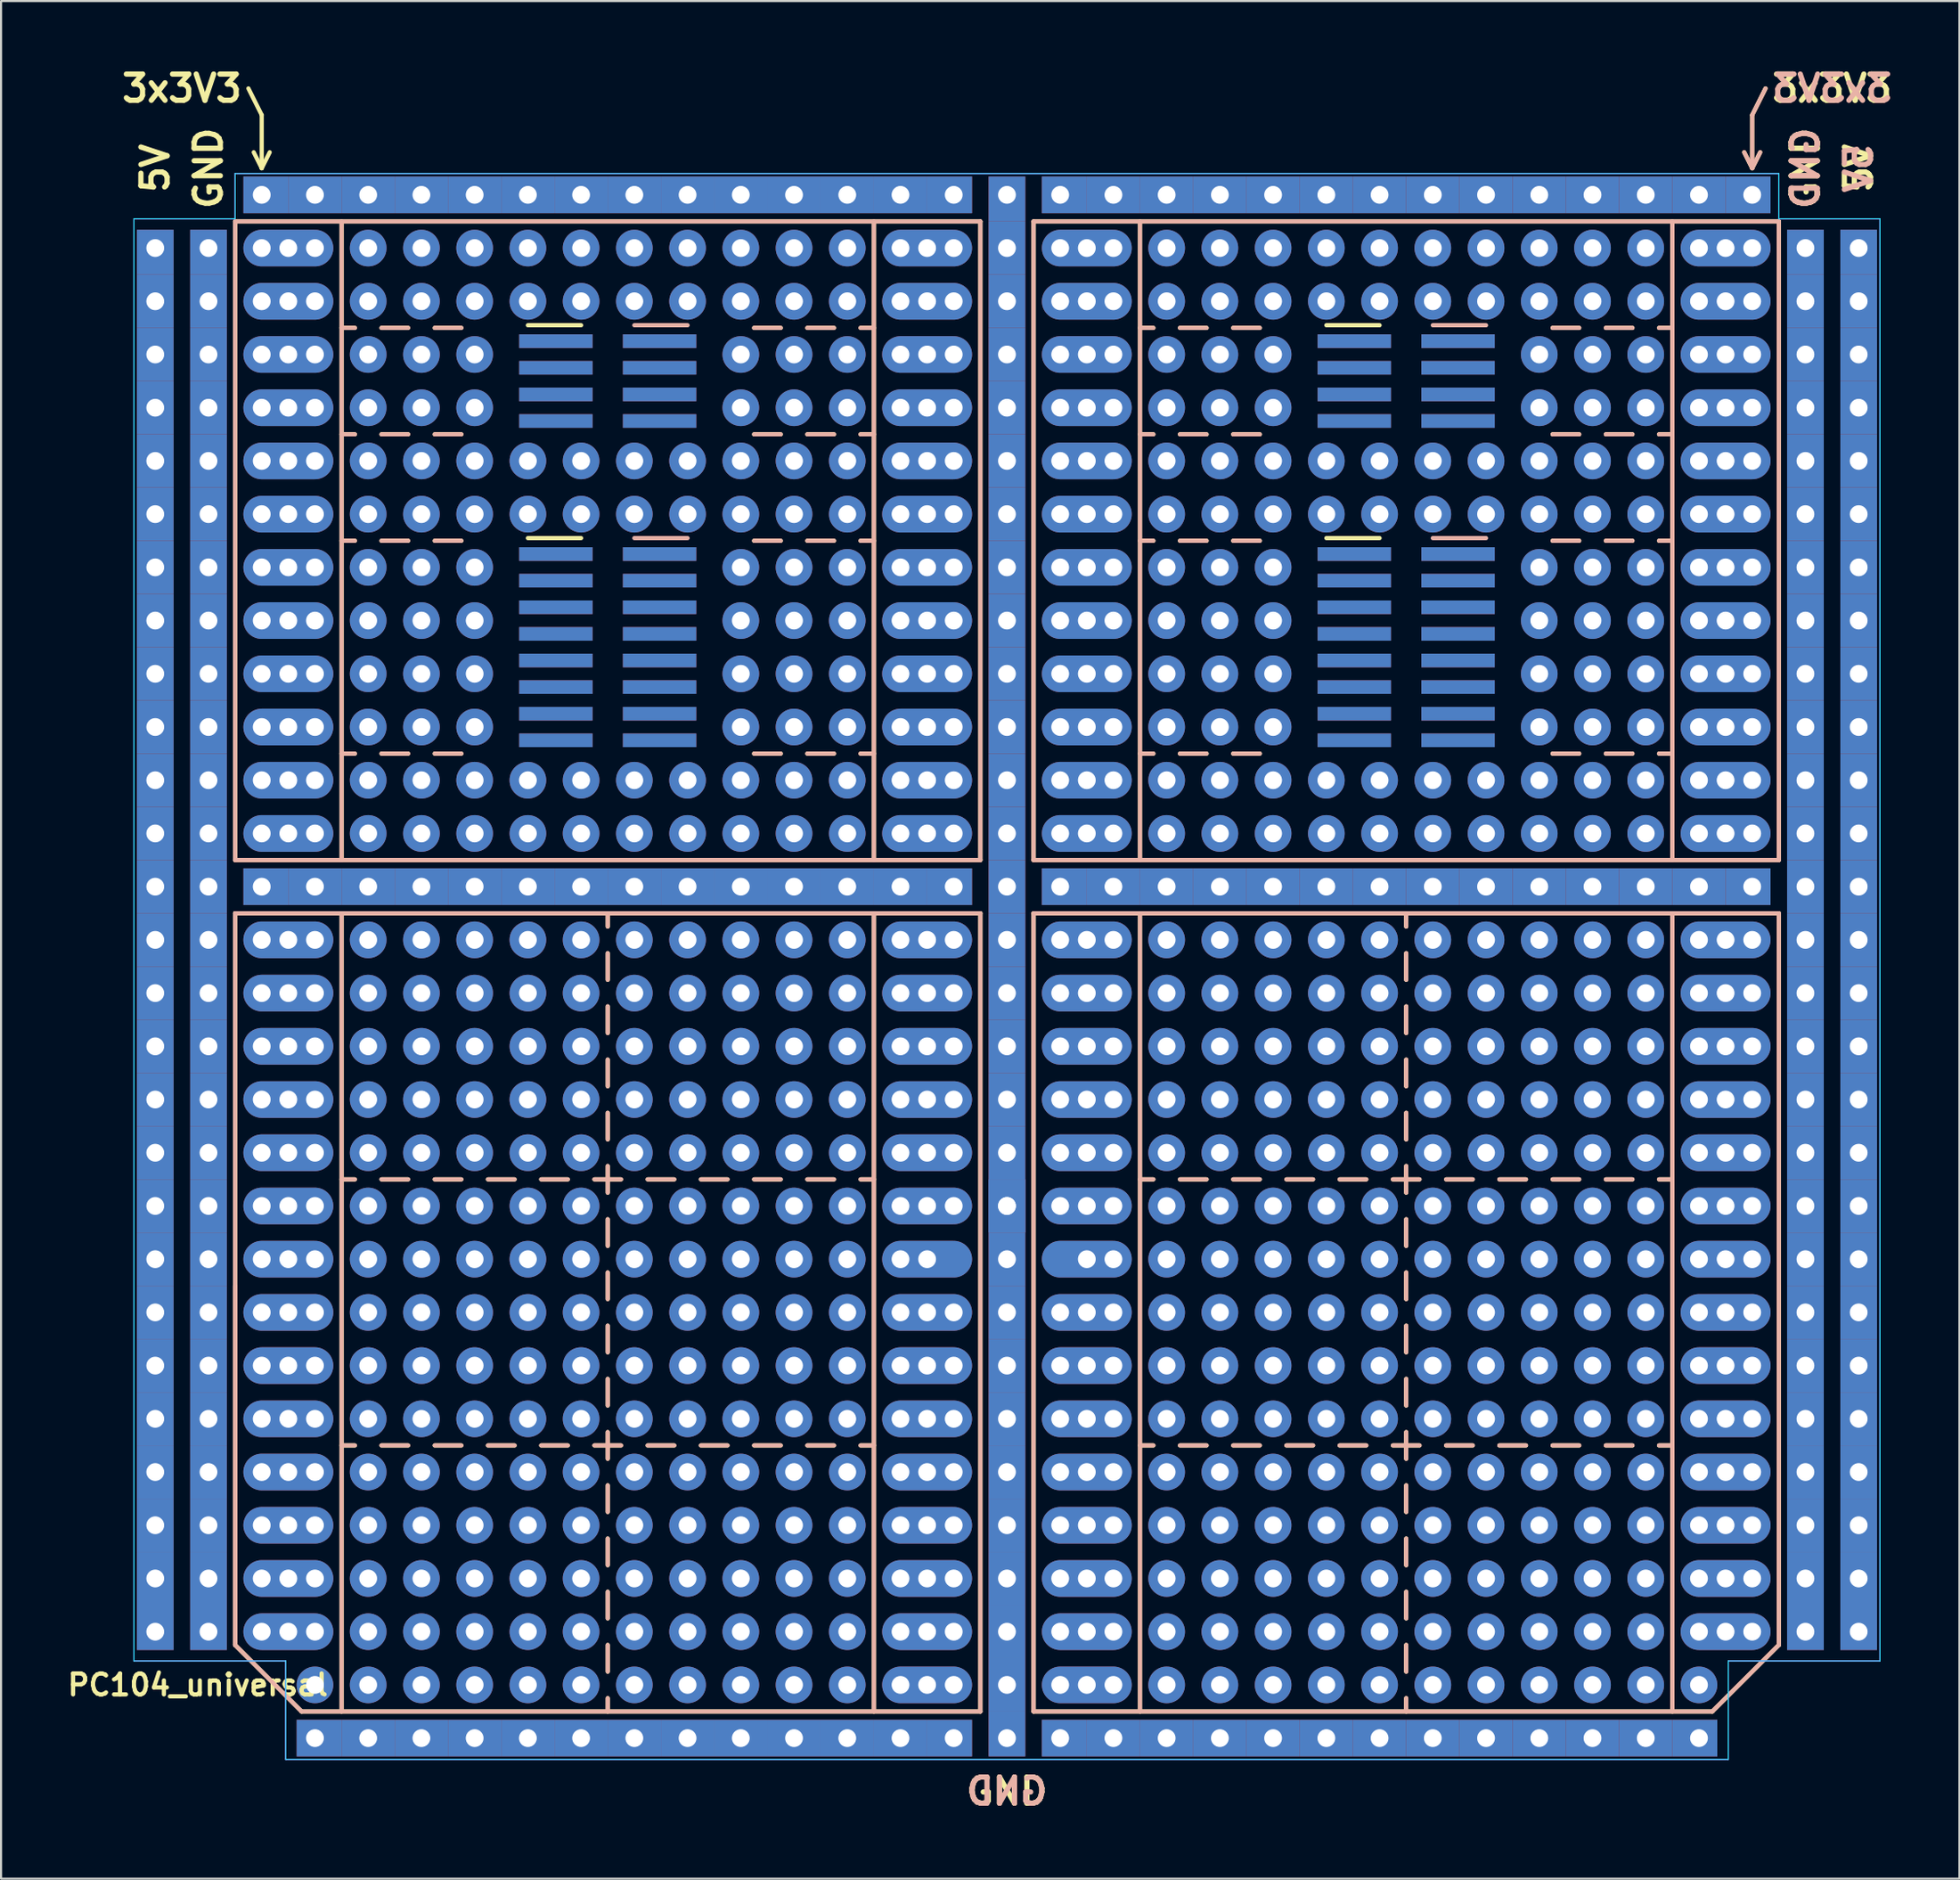
<source format=kicad_pcb>
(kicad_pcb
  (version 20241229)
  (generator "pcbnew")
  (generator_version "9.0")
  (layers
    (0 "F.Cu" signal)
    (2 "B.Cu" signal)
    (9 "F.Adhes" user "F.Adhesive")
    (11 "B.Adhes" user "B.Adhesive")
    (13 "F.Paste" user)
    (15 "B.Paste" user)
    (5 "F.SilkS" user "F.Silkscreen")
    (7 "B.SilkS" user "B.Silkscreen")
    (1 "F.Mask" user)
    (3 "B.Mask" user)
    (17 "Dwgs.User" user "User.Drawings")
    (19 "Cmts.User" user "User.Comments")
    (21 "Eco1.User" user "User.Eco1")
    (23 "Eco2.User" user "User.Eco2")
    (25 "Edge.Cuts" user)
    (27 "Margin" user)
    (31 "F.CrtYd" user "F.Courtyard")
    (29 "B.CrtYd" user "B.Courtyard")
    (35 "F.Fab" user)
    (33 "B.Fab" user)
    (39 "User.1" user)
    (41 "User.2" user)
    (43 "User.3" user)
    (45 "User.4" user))
  (footprint "PC104_universal"
    (layer "F.Cu")
    (at 4.358 51.97)
    (property "Reference" "PC104_universal" (at 2.032 25.4 0) (layer "F.SilkS") (effects (font (size 1 1) (thickness 0.2))))
    (attr through_hole)
    (fp_line (start 3.81 -44.45) (end 3.81 -13.97) (stroke (width 0.2) (type solid)) (layer "F.SilkS"))
    (fp_line (start 3.81 -44.45) (end 39.37 -44.45) (stroke (width 0.2) (type solid)) (layer "F.SilkS"))
    (fp_line (start 3.81 23.495) (end 3.81 -11.43) (stroke (width 0.2) (type solid)) (layer "F.SilkS"))
    (fp_line (start 5.08 -49.53) (end 4.445 -50.8) (stroke (width 0.2) (type solid)) (layer "F.SilkS"))
    (fp_line (start 5.08 -46.99) (end 4.699 -47.752) (stroke (width 0.2) (type solid)) (layer "F.SilkS"))
    (fp_line (start 5.08 -46.99) (end 5.08 -49.53) (stroke (width 0.2) (type solid)) (layer "F.SilkS"))
    (fp_line (start 5.08 -46.99) (end 5.461 -47.752) (stroke (width 0.2) (type solid)) (layer "F.SilkS"))
    (fp_line (start 6.985 26.67) (end 3.81 23.495) (stroke (width 0.2) (type solid)) (layer "F.SilkS"))
    (fp_line (start 6.985 26.67) (end 39.37 26.67) (stroke (width 0.2) (type solid)) (layer "F.SilkS"))
    (fp_line (start 8.89 -39.37) (end 9.525 -39.37) (stroke (width 0.2) (type solid)) (layer "F.SilkS"))
    (fp_line (start 8.89 -34.29) (end 9.525 -34.29) (stroke (width 0.2) (type solid)) (layer "F.SilkS"))
    (fp_line (start 8.89 -29.21) (end 9.525 -29.21) (stroke (width 0.2) (type solid)) (layer "F.SilkS"))
    (fp_line (start 8.89 -19.05) (end 9.525 -19.05) (stroke (width 0.2) (type solid)) (layer "F.SilkS"))
    (fp_line (start 8.89 -13.97) (end 8.89 -44.45) (stroke (width 0.2) (type solid)) (layer "F.SilkS"))
    (fp_line (start 8.89 1.27) (end 9.525 1.27) (stroke (width 0.2) (type solid)) (layer "F.SilkS"))
    (fp_line (start 8.89 13.97) (end 9.525 13.97) (stroke (width 0.2) (type solid)) (layer "F.SilkS"))
    (fp_line (start 8.89 26.67) (end 8.89 -11.43) (stroke (width 0.2) (type solid)) (layer "F.SilkS"))
    (fp_line (start 10.795 -39.37) (end 12.065 -39.37) (stroke (width 0.2) (type solid)) (layer "F.SilkS"))
    (fp_line (start 10.795 -34.29) (end 12.065 -34.29) (stroke (width 0.2) (type solid)) (layer "F.SilkS"))
    (fp_line (start 10.795 -29.21) (end 12.065 -29.21) (stroke (width 0.2) (type solid)) (layer "F.SilkS"))
    (fp_line (start 10.795 -19.05) (end 12.065 -19.05) (stroke (width 0.2) (type solid)) (layer "F.SilkS"))
    (fp_line (start 10.795 1.27) (end 12.065 1.27) (stroke (width 0.2) (type solid)) (layer "F.SilkS"))
    (fp_line (start 10.795 13.97) (end 12.065 13.97) (stroke (width 0.2) (type solid)) (layer "F.SilkS"))
    (fp_line (start 13.335 -39.37) (end 14.605 -39.37) (stroke (width 0.2) (type solid)) (layer "F.SilkS"))
    (fp_line (start 13.335 -34.29) (end 14.605 -34.29) (stroke (width 0.2) (type solid)) (layer "F.SilkS"))
    (fp_line (start 13.335 -29.21) (end 14.605 -29.21) (stroke (width 0.2) (type solid)) (layer "F.SilkS"))
    (fp_line (start 13.335 -19.05) (end 14.605 -19.05) (stroke (width 0.2) (type solid)) (layer "F.SilkS"))
    (fp_line (start 13.335 1.27) (end 14.605 1.27) (stroke (width 0.2) (type solid)) (layer "F.SilkS"))
    (fp_line (start 13.335 13.97) (end 14.605 13.97) (stroke (width 0.2) (type solid)) (layer "F.SilkS"))
    (fp_line (start 15.875 1.27) (end 17.145 1.27) (stroke (width 0.2) (type solid)) (layer "F.SilkS"))
    (fp_line (start 15.875 13.97) (end 17.145 13.97) (stroke (width 0.2) (type solid)) (layer "F.SilkS"))
    (fp_line (start 17.78 -39.497) (end 20.32 -39.497) (stroke (width 0.2) (type solid)) (layer "F.SilkS"))
    (fp_line (start 17.78 -29.337) (end 20.32 -29.337) (stroke (width 0.2) (type solid)) (layer "F.SilkS"))
    (fp_line (start 18.415 1.27) (end 19.685 1.27) (stroke (width 0.2) (type solid)) (layer "F.SilkS"))
    (fp_line (start 18.415 13.97) (end 19.685 13.97) (stroke (width 0.2) (type solid)) (layer "F.SilkS"))
    (fp_line (start 21.59 -11.43) (end 21.59 -10.795) (stroke (width 0.2) (type solid)) (layer "F.SilkS"))
    (fp_line (start 21.59 -8.255) (end 21.59 -9.525) (stroke (width 0.2) (type solid)) (layer "F.SilkS"))
    (fp_line (start 21.59 -5.715) (end 21.59 -6.985) (stroke (width 0.2) (type solid)) (layer "F.SilkS"))
    (fp_line (start 21.59 -3.175) (end 21.59 -4.445) (stroke (width 0.2) (type solid)) (layer "F.SilkS"))
    (fp_line (start 21.59 -0.635) (end 21.59 -1.905) (stroke (width 0.2) (type solid)) (layer "F.SilkS"))
    (fp_line (start 21.59 1.905) (end 21.59 0.635) (stroke (width 0.2) (type solid)) (layer "F.SilkS"))
    (fp_line (start 21.59 4.445) (end 21.59 3.175) (stroke (width 0.2) (type solid)) (layer "F.SilkS"))
    (fp_line (start 21.59 6.985) (end 21.59 5.715) (stroke (width 0.2) (type solid)) (layer "F.SilkS"))
    (fp_line (start 21.59 9.525) (end 21.59 8.255) (stroke (width 0.2) (type solid)) (layer "F.SilkS"))
    (fp_line (start 21.59 12.065) (end 21.59 10.795) (stroke (width 0.2) (type solid)) (layer "F.SilkS"))
    (fp_line (start 21.59 14.605) (end 21.59 13.335) (stroke (width 0.2) (type solid)) (layer "F.SilkS"))
    (fp_line (start 21.59 17.145) (end 21.59 15.875) (stroke (width 0.2) (type solid)) (layer "F.SilkS"))
    (fp_line (start 21.59 19.685) (end 21.59 18.415) (stroke (width 0.2) (type solid)) (layer "F.SilkS"))
    (fp_line (start 21.59 22.225) (end 21.59 20.955) (stroke (width 0.2) (type solid)) (layer "F.SilkS"))
    (fp_line (start 21.59 24.765) (end 21.59 23.495) (stroke (width 0.2) (type solid)) (layer "F.SilkS"))
    (fp_line (start 21.59 26.67) (end 21.59 26.035) (stroke (width 0.2) (type solid)) (layer "F.SilkS"))
    (fp_line (start 22.225 1.27) (end 20.955 1.27) (stroke (width 0.2) (type solid)) (layer "F.SilkS"))
    (fp_line (start 22.225 13.97) (end 20.955 13.97) (stroke (width 0.2) (type solid)) (layer "F.SilkS"))
    (fp_line (start 24.765 1.27) (end 23.495 1.27) (stroke (width 0.2) (type solid)) (layer "F.SilkS"))
    (fp_line (start 24.765 13.97) (end 23.495 13.97) (stroke (width 0.2) (type solid)) (layer "F.SilkS"))
    (fp_line (start 27.305 1.27) (end 26.035 1.27) (stroke (width 0.2) (type solid)) (layer "F.SilkS"))
    (fp_line (start 27.305 13.97) (end 26.035 13.97) (stroke (width 0.2) (type solid)) (layer "F.SilkS"))
    (fp_line (start 29.845 -39.37) (end 28.575 -39.37) (stroke (width 0.2) (type solid)) (layer "F.SilkS"))
    (fp_line (start 29.845 -34.29) (end 28.575 -34.29) (stroke (width 0.2) (type solid)) (layer "F.SilkS"))
    (fp_line (start 29.845 -29.21) (end 28.575 -29.21) (stroke (width 0.2) (type solid)) (layer "F.SilkS"))
    (fp_line (start 29.845 -19.05) (end 28.575 -19.05) (stroke (width 0.2) (type solid)) (layer "F.SilkS"))
    (fp_line (start 29.845 1.27) (end 28.575 1.27) (stroke (width 0.2) (type solid)) (layer "F.SilkS"))
    (fp_line (start 29.845 13.97) (end 28.575 13.97) (stroke (width 0.2) (type solid)) (layer "F.SilkS"))
    (fp_line (start 32.385 -39.37) (end 31.115 -39.37) (stroke (width 0.2) (type solid)) (layer "F.SilkS"))
    (fp_line (start 32.385 -34.29) (end 31.115 -34.29) (stroke (width 0.2) (type solid)) (layer "F.SilkS"))
    (fp_line (start 32.385 -29.21) (end 31.115 -29.21) (stroke (width 0.2) (type solid)) (layer "F.SilkS"))
    (fp_line (start 32.385 -19.05) (end 31.115 -19.05) (stroke (width 0.2) (type solid)) (layer "F.SilkS"))
    (fp_line (start 32.385 1.27) (end 31.115 1.27) (stroke (width 0.2) (type solid)) (layer "F.SilkS"))
    (fp_line (start 32.385 13.97) (end 31.115 13.97) (stroke (width 0.2) (type solid)) (layer "F.SilkS"))
    (fp_line (start 34.29 -44.45) (end 34.29 -13.97) (stroke (width 0.2) (type solid)) (layer "F.SilkS"))
    (fp_line (start 34.29 -39.37) (end 33.655 -39.37) (stroke (width 0.2) (type solid)) (layer "F.SilkS"))
    (fp_line (start 34.29 -34.29) (end 33.655 -34.29) (stroke (width 0.2) (type solid)) (layer "F.SilkS"))
    (fp_line (start 34.29 -29.21) (end 33.655 -29.21) (stroke (width 0.2) (type solid)) (layer "F.SilkS"))
    (fp_line (start 34.29 -19.05) (end 33.655 -19.05) (stroke (width 0.2) (type solid)) (layer "F.SilkS"))
    (fp_line (start 34.29 1.27) (end 33.655 1.27) (stroke (width 0.2) (type solid)) (layer "F.SilkS"))
    (fp_line (start 34.29 13.97) (end 33.655 13.97) (stroke (width 0.2) (type solid)) (layer "F.SilkS"))
    (fp_line (start 34.29 26.67) (end 34.29 -11.43) (stroke (width 0.2) (type solid)) (layer "F.SilkS"))
    (fp_line (start 39.37 -44.45) (end 39.37 -13.97) (stroke (width 0.2) (type solid)) (layer "F.SilkS"))
    (fp_line (start 39.37 -13.97) (end 3.81 -13.97) (stroke (width 0.2) (type solid)) (layer "F.SilkS"))
    (fp_line (start 39.37 -11.43) (end 3.81 -11.43) (stroke (width 0.2) (type solid)) (layer "F.SilkS"))
    (fp_line (start 39.37 -11.43) (end 39.37 26.67) (stroke (width 0.2) (type solid)) (layer "F.SilkS"))
    (fp_line (start 41.91 -44.45) (end 41.91 -13.97) (stroke (width 0.2) (type solid)) (layer "F.SilkS"))
    (fp_line (start 41.91 -13.97) (end 77.47 -13.97) (stroke (width 0.2) (type solid)) (layer "F.SilkS"))
    (fp_line (start 41.91 -11.43) (end 41.91 26.67) (stroke (width 0.2) (type solid)) (layer "F.SilkS"))
    (fp_line (start 41.91 -11.43) (end 77.47 -11.43) (stroke (width 0.2) (type solid)) (layer "F.SilkS"))
    (fp_line (start 46.99 -39.37) (end 47.625 -39.37) (stroke (width 0.2) (type solid)) (layer "F.SilkS"))
    (fp_line (start 46.99 -34.29) (end 47.625 -34.29) (stroke (width 0.2) (type solid)) (layer "F.SilkS"))
    (fp_line (start 46.99 -29.21) (end 47.625 -29.21) (stroke (width 0.2) (type solid)) (layer "F.SilkS"))
    (fp_line (start 46.99 -19.05) (end 47.625 -19.05) (stroke (width 0.2) (type solid)) (layer "F.SilkS"))
    (fp_line (start 46.99 -13.97) (end 46.99 -44.45) (stroke (width 0.2) (type solid)) (layer "F.SilkS"))
    (fp_line (start 46.99 1.27) (end 47.625 1.27) (stroke (width 0.2) (type solid)) (layer "F.SilkS"))
    (fp_line (start 46.99 13.97) (end 47.625 13.97) (stroke (width 0.2) (type solid)) (layer "F.SilkS"))
    (fp_line (start 46.99 26.67) (end 46.99 -11.43) (stroke (width 0.2) (type solid)) (layer "F.SilkS"))
    (fp_line (start 48.895 -39.37) (end 50.165 -39.37) (stroke (width 0.2) (type solid)) (layer "F.SilkS"))
    (fp_line (start 48.895 -34.29) (end 50.165 -34.29) (stroke (width 0.2) (type solid)) (layer "F.SilkS"))
    (fp_line (start 48.895 -29.21) (end 50.165 -29.21) (stroke (width 0.2) (type solid)) (layer "F.SilkS"))
    (fp_line (start 48.895 -19.05) (end 50.165 -19.05) (stroke (width 0.2) (type solid)) (layer "F.SilkS"))
    (fp_line (start 48.895 1.27) (end 50.165 1.27) (stroke (width 0.2) (type solid)) (layer "F.SilkS"))
    (fp_line (start 48.895 13.97) (end 50.165 13.97) (stroke (width 0.2) (type solid)) (layer "F.SilkS"))
    (fp_line (start 51.435 -39.37) (end 52.705 -39.37) (stroke (width 0.2) (type solid)) (layer "F.SilkS"))
    (fp_line (start 51.435 -34.29) (end 52.705 -34.29) (stroke (width 0.2) (type solid)) (layer "F.SilkS"))
    (fp_line (start 51.435 -29.21) (end 52.705 -29.21) (stroke (width 0.2) (type solid)) (layer "F.SilkS"))
    (fp_line (start 51.435 -19.05) (end 52.705 -19.05) (stroke (width 0.2) (type solid)) (layer "F.SilkS"))
    (fp_line (start 51.435 1.27) (end 52.705 1.27) (stroke (width 0.2) (type solid)) (layer "F.SilkS"))
    (fp_line (start 51.435 13.97) (end 52.705 13.97) (stroke (width 0.2) (type solid)) (layer "F.SilkS"))
    (fp_line (start 53.975 1.27) (end 55.245 1.27) (stroke (width 0.2) (type solid)) (layer "F.SilkS"))
    (fp_line (start 53.975 13.97) (end 55.245 13.97) (stroke (width 0.2) (type solid)) (layer "F.SilkS"))
    (fp_line (start 55.88 -39.497) (end 58.42 -39.497) (stroke (width 0.2) (type solid)) (layer "F.SilkS"))
    (fp_line (start 55.88 -29.337) (end 58.42 -29.337) (stroke (width 0.2) (type solid)) (layer "F.SilkS"))
    (fp_line (start 56.515 1.27) (end 57.785 1.27) (stroke (width 0.2) (type solid)) (layer "F.SilkS"))
    (fp_line (start 56.515 13.97) (end 57.785 13.97) (stroke (width 0.2) (type solid)) (layer "F.SilkS"))
    (fp_line (start 59.055 1.27) (end 60.325 1.27) (stroke (width 0.2) (type solid)) (layer "F.SilkS"))
    (fp_line (start 59.055 13.97) (end 60.325 13.97) (stroke (width 0.2) (type solid)) (layer "F.SilkS"))
    (fp_line (start 59.69 -11.43) (end 59.69 -10.795) (stroke (width 0.2) (type solid)) (layer "F.SilkS"))
    (fp_line (start 59.69 -8.255) (end 59.69 -9.525) (stroke (width 0.2) (type solid)) (layer "F.SilkS"))
    (fp_line (start 59.69 -5.715) (end 59.69 -6.985) (stroke (width 0.2) (type solid)) (layer "F.SilkS"))
    (fp_line (start 59.69 -3.175) (end 59.69 -4.445) (stroke (width 0.2) (type solid)) (layer "F.SilkS"))
    (fp_line (start 59.69 -0.635) (end 59.69 -1.905) (stroke (width 0.2) (type solid)) (layer "F.SilkS"))
    (fp_line (start 59.69 1.905) (end 59.69 0.635) (stroke (width 0.2) (type solid)) (layer "F.SilkS"))
    (fp_line (start 59.69 4.445) (end 59.69 3.175) (stroke (width 0.2) (type solid)) (layer "F.SilkS"))
    (fp_line (start 59.69 6.985) (end 59.69 5.715) (stroke (width 0.2) (type solid)) (layer "F.SilkS"))
    (fp_line (start 59.69 9.525) (end 59.69 8.255) (stroke (width 0.2) (type solid)) (layer "F.SilkS"))
    (fp_line (start 59.69 12.065) (end 59.69 10.795) (stroke (width 0.2) (type solid)) (layer "F.SilkS"))
    (fp_line (start 59.69 14.605) (end 59.69 13.335) (stroke (width 0.2) (type solid)) (layer "F.SilkS"))
    (fp_line (start 59.69 17.145) (end 59.69 15.875) (stroke (width 0.2) (type solid)) (layer "F.SilkS"))
    (fp_line (start 59.69 19.685) (end 59.69 18.415) (stroke (width 0.2) (type solid)) (layer "F.SilkS"))
    (fp_line (start 59.69 22.225) (end 59.69 20.955) (stroke (width 0.2) (type solid)) (layer "F.SilkS"))
    (fp_line (start 59.69 24.765) (end 59.69 23.495) (stroke (width 0.2) (type solid)) (layer "F.SilkS"))
    (fp_line (start 59.69 26.67) (end 59.69 26.035) (stroke (width 0.2) (type solid)) (layer "F.SilkS"))
    (fp_line (start 62.865 1.27) (end 61.595 1.27) (stroke (width 0.2) (type solid)) (layer "F.SilkS"))
    (fp_line (start 62.865 13.97) (end 61.595 13.97) (stroke (width 0.2) (type solid)) (layer "F.SilkS"))
    (fp_line (start 65.405 1.27) (end 64.135 1.27) (stroke (width 0.2) (type solid)) (layer "F.SilkS"))
    (fp_line (start 65.405 13.97) (end 64.135 13.97) (stroke (width 0.2) (type solid)) (layer "F.SilkS"))
    (fp_line (start 67.945 -39.37) (end 66.675 -39.37) (stroke (width 0.2) (type solid)) (layer "F.SilkS"))
    (fp_line (start 67.945 -34.29) (end 66.675 -34.29) (stroke (width 0.2) (type solid)) (layer "F.SilkS"))
    (fp_line (start 67.945 -29.21) (end 66.675 -29.21) (stroke (width 0.2) (type solid)) (layer "F.SilkS"))
    (fp_line (start 67.945 -19.05) (end 66.675 -19.05) (stroke (width 0.2) (type solid)) (layer "F.SilkS"))
    (fp_line (start 67.945 1.27) (end 66.675 1.27) (stroke (width 0.2) (type solid)) (layer "F.SilkS"))
    (fp_line (start 67.945 13.97) (end 66.675 13.97) (stroke (width 0.2) (type solid)) (layer "F.SilkS"))
    (fp_line (start 70.485 -39.37) (end 69.215 -39.37) (stroke (width 0.2) (type solid)) (layer "F.SilkS"))
    (fp_line (start 70.485 -34.29) (end 69.215 -34.29) (stroke (width 0.2) (type solid)) (layer "F.SilkS"))
    (fp_line (start 70.485 -29.21) (end 69.215 -29.21) (stroke (width 0.2) (type solid)) (layer "F.SilkS"))
    (fp_line (start 70.485 -19.05) (end 69.215 -19.05) (stroke (width 0.2) (type solid)) (layer "F.SilkS"))
    (fp_line (start 70.485 1.27) (end 69.215 1.27) (stroke (width 0.2) (type solid)) (layer "F.SilkS"))
    (fp_line (start 70.485 13.97) (end 69.215 13.97) (stroke (width 0.2) (type solid)) (layer "F.SilkS"))
    (fp_line (start 72.39 -44.45) (end 72.39 -13.97) (stroke (width 0.2) (type solid)) (layer "F.SilkS"))
    (fp_line (start 72.39 -39.37) (end 71.755 -39.37) (stroke (width 0.2) (type solid)) (layer "F.SilkS"))
    (fp_line (start 72.39 -34.29) (end 71.755 -34.29) (stroke (width 0.2) (type solid)) (layer "F.SilkS"))
    (fp_line (start 72.39 -29.21) (end 71.755 -29.21) (stroke (width 0.2) (type solid)) (layer "F.SilkS"))
    (fp_line (start 72.39 -19.05) (end 71.755 -19.05) (stroke (width 0.2) (type solid)) (layer "F.SilkS"))
    (fp_line (start 72.39 1.27) (end 71.755 1.27) (stroke (width 0.2) (type solid)) (layer "F.SilkS"))
    (fp_line (start 72.39 13.97) (end 71.755 13.97) (stroke (width 0.2) (type solid)) (layer "F.SilkS"))
    (fp_line (start 72.39 26.67) (end 72.39 -11.43) (stroke (width 0.2) (type solid)) (layer "F.SilkS"))
    (fp_line (start 74.295 26.67) (end 41.91 26.67) (stroke (width 0.2) (type solid)) (layer "F.SilkS"))
    (fp_line (start 74.295 26.67) (end 77.47 23.495) (stroke (width 0.2) (type solid)) (layer "F.SilkS"))
    (fp_line (start 76.2 -49.53) (end 76.835 -50.8) (stroke (width 0.2) (type solid)) (layer "F.SilkS"))
    (fp_line (start 76.2 -46.99) (end 75.819 -47.752) (stroke (width 0.2) (type solid)) (layer "F.SilkS"))
    (fp_line (start 76.2 -46.99) (end 76.2 -49.53) (stroke (width 0.2) (type solid)) (layer "F.SilkS"))
    (fp_line (start 76.2 -46.99) (end 76.581 -47.752) (stroke (width 0.2) (type solid)) (layer "F.SilkS"))
    (fp_line (start 77.47 -44.45) (end 41.91 -44.45) (stroke (width 0.2) (type solid)) (layer "F.SilkS"))
    (fp_line (start 77.47 -44.45) (end 77.47 -13.97) (stroke (width 0.2) (type solid)) (layer "F.SilkS"))
    (fp_line (start 77.47 6.35) (end 77.47 23.495) (stroke (width 0.2) (type solid)) (layer "F.SilkS"))
    (fp_line (start 77.47 23.495) (end 77.47 -11.43) (stroke (width 0.2) (type solid)) (layer "F.SilkS"))
    (fp_line (start 3.81 -44.45) (end 3.81 -13.97) (stroke (width 0.2) (type solid)) (layer "B.SilkS"))
    (fp_line (start 3.81 -44.45) (end 39.37 -44.45) (stroke (width 0.2) (type solid)) (layer "B.SilkS"))
    (fp_line (start 3.81 6.35) (end 3.81 23.495) (stroke (width 0.2) (type solid)) (layer "B.SilkS"))
    (fp_line (start 3.81 23.495) (end 3.81 -11.43) (stroke (width 0.2) (type solid)) (layer "B.SilkS"))
    (fp_line (start 6.985 26.67) (end 3.81 23.495) (stroke (width 0.2) (type solid)) (layer "B.SilkS"))
    (fp_line (start 6.985 26.67) (end 39.37 26.67) (stroke (width 0.2) (type solid)) (layer "B.SilkS"))
    (fp_line (start 8.89 -44.45) (end 8.89 -13.97) (stroke (width 0.2) (type solid)) (layer "B.SilkS"))
    (fp_line (start 8.89 -39.37) (end 9.525 -39.37) (stroke (width 0.2) (type solid)) (layer "B.SilkS"))
    (fp_line (start 8.89 -34.29) (end 9.525 -34.29) (stroke (width 0.2) (type solid)) (layer "B.SilkS"))
    (fp_line (start 8.89 -29.21) (end 9.525 -29.21) (stroke (width 0.2) (type solid)) (layer "B.SilkS"))
    (fp_line (start 8.89 -19.05) (end 9.525 -19.05) (stroke (width 0.2) (type solid)) (layer "B.SilkS"))
    (fp_line (start 8.89 1.27) (end 9.525 1.27) (stroke (width 0.2) (type solid)) (layer "B.SilkS"))
    (fp_line (start 8.89 13.97) (end 9.525 13.97) (stroke (width 0.2) (type solid)) (layer "B.SilkS"))
    (fp_line (start 8.89 26.67) (end 8.89 -11.43) (stroke (width 0.2) (type solid)) (layer "B.SilkS"))
    (fp_line (start 10.795 -39.37) (end 12.065 -39.37) (stroke (width 0.2) (type solid)) (layer "B.SilkS"))
    (fp_line (start 10.795 -34.29) (end 12.065 -34.29) (stroke (width 0.2) (type solid)) (layer "B.SilkS"))
    (fp_line (start 10.795 -29.21) (end 12.065 -29.21) (stroke (width 0.2) (type solid)) (layer "B.SilkS"))
    (fp_line (start 10.795 -19.05) (end 12.065 -19.05) (stroke (width 0.2) (type solid)) (layer "B.SilkS"))
    (fp_line (start 10.795 1.27) (end 12.065 1.27) (stroke (width 0.2) (type solid)) (layer "B.SilkS"))
    (fp_line (start 10.795 13.97) (end 12.065 13.97) (stroke (width 0.2) (type solid)) (layer "B.SilkS"))
    (fp_line (start 13.335 -39.37) (end 14.605 -39.37) (stroke (width 0.2) (type solid)) (layer "B.SilkS"))
    (fp_line (start 13.335 -34.29) (end 14.605 -34.29) (stroke (width 0.2) (type solid)) (layer "B.SilkS"))
    (fp_line (start 13.335 -29.21) (end 14.605 -29.21) (stroke (width 0.2) (type solid)) (layer "B.SilkS"))
    (fp_line (start 13.335 -19.05) (end 14.605 -19.05) (stroke (width 0.2) (type solid)) (layer "B.SilkS"))
    (fp_line (start 13.335 1.27) (end 14.605 1.27) (stroke (width 0.2) (type solid)) (layer "B.SilkS"))
    (fp_line (start 13.335 13.97) (end 14.605 13.97) (stroke (width 0.2) (type solid)) (layer "B.SilkS"))
    (fp_line (start 15.875 1.27) (end 17.145 1.27) (stroke (width 0.2) (type solid)) (layer "B.SilkS"))
    (fp_line (start 15.875 13.97) (end 17.145 13.97) (stroke (width 0.2) (type solid)) (layer "B.SilkS"))
    (fp_line (start 18.415 1.27) (end 19.685 1.27) (stroke (width 0.2) (type solid)) (layer "B.SilkS"))
    (fp_line (start 18.415 13.97) (end 19.685 13.97) (stroke (width 0.2) (type solid)) (layer "B.SilkS"))
    (fp_line (start 21.59 -11.43) (end 21.59 -10.795) (stroke (width 0.2) (type solid)) (layer "B.SilkS"))
    (fp_line (start 21.59 -8.255) (end 21.59 -9.525) (stroke (width 0.2) (type solid)) (layer "B.SilkS"))
    (fp_line (start 21.59 -5.715) (end 21.59 -6.985) (stroke (width 0.2) (type solid)) (layer "B.SilkS"))
    (fp_line (start 21.59 -3.175) (end 21.59 -4.445) (stroke (width 0.2) (type solid)) (layer "B.SilkS"))
    (fp_line (start 21.59 -0.635) (end 21.59 -1.905) (stroke (width 0.2) (type solid)) (layer "B.SilkS"))
    (fp_line (start 21.59 1.905) (end 21.59 0.635) (stroke (width 0.2) (type solid)) (layer "B.SilkS"))
    (fp_line (start 21.59 4.445) (end 21.59 3.175) (stroke (width 0.2) (type solid)) (layer "B.SilkS"))
    (fp_line (start 21.59 6.985) (end 21.59 5.715) (stroke (width 0.2) (type solid)) (layer "B.SilkS"))
    (fp_line (start 21.59 9.525) (end 21.59 8.255) (stroke (width 0.2) (type solid)) (layer "B.SilkS"))
    (fp_line (start 21.59 12.065) (end 21.59 10.795) (stroke (width 0.2) (type solid)) (layer "B.SilkS"))
    (fp_line (start 21.59 14.605) (end 21.59 13.335) (stroke (width 0.2) (type solid)) (layer "B.SilkS"))
    (fp_line (start 21.59 17.145) (end 21.59 15.875) (stroke (width 0.2) (type solid)) (layer "B.SilkS"))
    (fp_line (start 21.59 19.685) (end 21.59 18.415) (stroke (width 0.2) (type solid)) (layer "B.SilkS"))
    (fp_line (start 21.59 22.225) (end 21.59 20.955) (stroke (width 0.2) (type solid)) (layer "B.SilkS"))
    (fp_line (start 21.59 24.765) (end 21.59 23.495) (stroke (width 0.2) (type solid)) (layer "B.SilkS"))
    (fp_line (start 21.59 26.67) (end 21.59 26.035) (stroke (width 0.2) (type solid)) (layer "B.SilkS"))
    (fp_line (start 22.225 1.27) (end 20.955 1.27) (stroke (width 0.2) (type solid)) (layer "B.SilkS"))
    (fp_line (start 22.225 13.97) (end 20.955 13.97) (stroke (width 0.2) (type solid)) (layer "B.SilkS"))
    (fp_line (start 22.86 -39.497) (end 25.4 -39.497) (stroke (width 0.2) (type solid)) (layer "B.SilkS"))
    (fp_line (start 22.86 -29.337) (end 25.4 -29.337) (stroke (width 0.2) (type solid)) (layer "B.SilkS"))
    (fp_line (start 24.765 1.27) (end 23.495 1.27) (stroke (width 0.2) (type solid)) (layer "B.SilkS"))
    (fp_line (start 24.765 13.97) (end 23.495 13.97) (stroke (width 0.2) (type solid)) (layer "B.SilkS"))
    (fp_line (start 27.305 1.27) (end 26.035 1.27) (stroke (width 0.2) (type solid)) (layer "B.SilkS"))
    (fp_line (start 27.305 13.97) (end 26.035 13.97) (stroke (width 0.2) (type solid)) (layer "B.SilkS"))
    (fp_line (start 29.845 -39.37) (end 28.575 -39.37) (stroke (width 0.2) (type solid)) (layer "B.SilkS"))
    (fp_line (start 29.845 -34.29) (end 28.575 -34.29) (stroke (width 0.2) (type solid)) (layer "B.SilkS"))
    (fp_line (start 29.845 -29.21) (end 28.575 -29.21) (stroke (width 0.2) (type solid)) (layer "B.SilkS"))
    (fp_line (start 29.845 -19.05) (end 28.575 -19.05) (stroke (width 0.2) (type solid)) (layer "B.SilkS"))
    (fp_line (start 29.845 1.27) (end 28.575 1.27) (stroke (width 0.2) (type solid)) (layer "B.SilkS"))
    (fp_line (start 29.845 13.97) (end 28.575 13.97) (stroke (width 0.2) (type solid)) (layer "B.SilkS"))
    (fp_line (start 32.385 -39.37) (end 31.115 -39.37) (stroke (width 0.2) (type solid)) (layer "B.SilkS"))
    (fp_line (start 32.385 -34.29) (end 31.115 -34.29) (stroke (width 0.2) (type solid)) (layer "B.SilkS"))
    (fp_line (start 32.385 -29.21) (end 31.115 -29.21) (stroke (width 0.2) (type solid)) (layer "B.SilkS"))
    (fp_line (start 32.385 -19.05) (end 31.115 -19.05) (stroke (width 0.2) (type solid)) (layer "B.SilkS"))
    (fp_line (start 32.385 1.27) (end 31.115 1.27) (stroke (width 0.2) (type solid)) (layer "B.SilkS"))
    (fp_line (start 32.385 13.97) (end 31.115 13.97) (stroke (width 0.2) (type solid)) (layer "B.SilkS"))
    (fp_line (start 34.29 -39.37) (end 33.655 -39.37) (stroke (width 0.2) (type solid)) (layer "B.SilkS"))
    (fp_line (start 34.29 -34.29) (end 33.655 -34.29) (stroke (width 0.2) (type solid)) (layer "B.SilkS"))
    (fp_line (start 34.29 -29.21) (end 33.655 -29.21) (stroke (width 0.2) (type solid)) (layer "B.SilkS"))
    (fp_line (start 34.29 -19.05) (end 33.655 -19.05) (stroke (width 0.2) (type solid)) (layer "B.SilkS"))
    (fp_line (start 34.29 -13.97) (end 34.29 -44.45) (stroke (width 0.2) (type solid)) (layer "B.SilkS"))
    (fp_line (start 34.29 1.27) (end 33.655 1.27) (stroke (width 0.2) (type solid)) (layer "B.SilkS"))
    (fp_line (start 34.29 13.97) (end 33.655 13.97) (stroke (width 0.2) (type solid)) (layer "B.SilkS"))
    (fp_line (start 34.29 26.67) (end 34.29 -11.43) (stroke (width 0.2) (type solid)) (layer "B.SilkS"))
    (fp_line (start 39.37 -44.45) (end 39.37 -13.97) (stroke (width 0.2) (type solid)) (layer "B.SilkS"))
    (fp_line (start 39.37 -13.97) (end 3.81 -13.97) (stroke (width 0.2) (type solid)) (layer "B.SilkS"))
    (fp_line (start 39.37 -11.43) (end 3.81 -11.43) (stroke (width 0.2) (type solid)) (layer "B.SilkS"))
    (fp_line (start 39.37 -11.43) (end 39.37 26.67) (stroke (width 0.2) (type solid)) (layer "B.SilkS"))
    (fp_line (start 41.91 -44.45) (end 41.91 -13.97) (stroke (width 0.2) (type solid)) (layer "B.SilkS"))
    (fp_line (start 41.91 -13.97) (end 77.47 -13.97) (stroke (width 0.2) (type solid)) (layer "B.SilkS"))
    (fp_line (start 41.91 -11.43) (end 41.91 26.67) (stroke (width 0.2) (type solid)) (layer "B.SilkS"))
    (fp_line (start 41.91 -11.43) (end 77.47 -11.43) (stroke (width 0.2) (type solid)) (layer "B.SilkS"))
    (fp_line (start 46.99 -44.45) (end 46.99 -13.97) (stroke (width 0.2) (type solid)) (layer "B.SilkS"))
    (fp_line (start 46.99 -39.37) (end 47.625 -39.37) (stroke (width 0.2) (type solid)) (layer "B.SilkS"))
    (fp_line (start 46.99 -34.29) (end 47.625 -34.29) (stroke (width 0.2) (type solid)) (layer "B.SilkS"))
    (fp_line (start 46.99 -29.21) (end 47.625 -29.21) (stroke (width 0.2) (type solid)) (layer "B.SilkS"))
    (fp_line (start 46.99 -19.05) (end 47.625 -19.05) (stroke (width 0.2) (type solid)) (layer "B.SilkS"))
    (fp_line (start 46.99 1.27) (end 47.625 1.27) (stroke (width 0.2) (type solid)) (layer "B.SilkS"))
    (fp_line (start 46.99 13.97) (end 47.625 13.97) (stroke (width 0.2) (type solid)) (layer "B.SilkS"))
    (fp_line (start 46.99 26.67) (end 46.99 -11.43) (stroke (width 0.2) (type solid)) (layer "B.SilkS"))
    (fp_line (start 48.895 -39.37) (end 50.165 -39.37) (stroke (width 0.2) (type solid)) (layer "B.SilkS"))
    (fp_line (start 48.895 -34.29) (end 50.165 -34.29) (stroke (width 0.2) (type solid)) (layer "B.SilkS"))
    (fp_line (start 48.895 -29.21) (end 50.165 -29.21) (stroke (width 0.2) (type solid)) (layer "B.SilkS"))
    (fp_line (start 48.895 -19.05) (end 50.165 -19.05) (stroke (width 0.2) (type solid)) (layer "B.SilkS"))
    (fp_line (start 48.895 1.27) (end 50.165 1.27) (stroke (width 0.2) (type solid)) (layer "B.SilkS"))
    (fp_line (start 48.895 13.97) (end 50.165 13.97) (stroke (width 0.2) (type solid)) (layer "B.SilkS"))
    (fp_line (start 51.435 -39.37) (end 52.705 -39.37) (stroke (width 0.2) (type solid)) (layer "B.SilkS"))
    (fp_line (start 51.435 -34.29) (end 52.705 -34.29) (stroke (width 0.2) (type solid)) (layer "B.SilkS"))
    (fp_line (start 51.435 -29.21) (end 52.705 -29.21) (stroke (width 0.2) (type solid)) (layer "B.SilkS"))
    (fp_line (start 51.435 -19.05) (end 52.705 -19.05) (stroke (width 0.2) (type solid)) (layer "B.SilkS"))
    (fp_line (start 51.435 1.27) (end 52.705 1.27) (stroke (width 0.2) (type solid)) (layer "B.SilkS"))
    (fp_line (start 51.435 13.97) (end 52.705 13.97) (stroke (width 0.2) (type solid)) (layer "B.SilkS"))
    (fp_line (start 53.975 1.27) (end 55.245 1.27) (stroke (width 0.2) (type solid)) (layer "B.SilkS"))
    (fp_line (start 53.975 13.97) (end 55.245 13.97) (stroke (width 0.2) (type solid)) (layer "B.SilkS"))
    (fp_line (start 56.515 1.27) (end 57.785 1.27) (stroke (width 0.2) (type solid)) (layer "B.SilkS"))
    (fp_line (start 56.515 13.97) (end 57.785 13.97) (stroke (width 0.2) (type solid)) (layer "B.SilkS"))
    (fp_line (start 59.055 1.27) (end 60.325 1.27) (stroke (width 0.2) (type solid)) (layer "B.SilkS"))
    (fp_line (start 59.055 13.97) (end 60.325 13.97) (stroke (width 0.2) (type solid)) (layer "B.SilkS"))
    (fp_line (start 59.69 -11.43) (end 59.69 -10.795) (stroke (width 0.2) (type solid)) (layer "B.SilkS"))
    (fp_line (start 59.69 -8.255) (end 59.69 -9.525) (stroke (width 0.2) (type solid)) (layer "B.SilkS"))
    (fp_line (start 59.69 -5.715) (end 59.69 -6.985) (stroke (width 0.2) (type solid)) (layer "B.SilkS"))
    (fp_line (start 59.69 -3.175) (end 59.69 -4.445) (stroke (width 0.2) (type solid)) (layer "B.SilkS"))
    (fp_line (start 59.69 -0.635) (end 59.69 -1.905) (stroke (width 0.2) (type solid)) (layer "B.SilkS"))
    (fp_line (start 59.69 1.905) (end 59.69 0.635) (stroke (width 0.2) (type solid)) (layer "B.SilkS"))
    (fp_line (start 59.69 4.445) (end 59.69 3.175) (stroke (width 0.2) (type solid)) (layer "B.SilkS"))
    (fp_line (start 59.69 6.985) (end 59.69 5.715) (stroke (width 0.2) (type solid)) (layer "B.SilkS"))
    (fp_line (start 59.69 9.525) (end 59.69 8.255) (stroke (width 0.2) (type solid)) (layer "B.SilkS"))
    (fp_line (start 59.69 12.065) (end 59.69 10.795) (stroke (width 0.2) (type solid)) (layer "B.SilkS"))
    (fp_line (start 59.69 14.605) (end 59.69 13.335) (stroke (width 0.2) (type solid)) (layer "B.SilkS"))
    (fp_line (start 59.69 17.145) (end 59.69 15.875) (stroke (width 0.2) (type solid)) (layer "B.SilkS"))
    (fp_line (start 59.69 19.685) (end 59.69 18.415) (stroke (width 0.2) (type solid)) (layer "B.SilkS"))
    (fp_line (start 59.69 22.225) (end 59.69 20.955) (stroke (width 0.2) (type solid)) (layer "B.SilkS"))
    (fp_line (start 59.69 24.765) (end 59.69 23.495) (stroke (width 0.2) (type solid)) (layer "B.SilkS"))
    (fp_line (start 59.69 26.67) (end 59.69 26.035) (stroke (width 0.2) (type solid)) (layer "B.SilkS"))
    (fp_line (start 60.96 -39.497) (end 63.5 -39.497) (stroke (width 0.2) (type solid)) (layer "B.SilkS"))
    (fp_line (start 60.96 -29.337) (end 63.5 -29.337) (stroke (width 0.2) (type solid)) (layer "B.SilkS"))
    (fp_line (start 62.865 1.27) (end 61.595 1.27) (stroke (width 0.2) (type solid)) (layer "B.SilkS"))
    (fp_line (start 62.865 13.97) (end 61.595 13.97) (stroke (width 0.2) (type solid)) (layer "B.SilkS"))
    (fp_line (start 65.405 1.27) (end 64.135 1.27) (stroke (width 0.2) (type solid)) (layer "B.SilkS"))
    (fp_line (start 65.405 13.97) (end 64.135 13.97) (stroke (width 0.2) (type solid)) (layer "B.SilkS"))
    (fp_line (start 67.945 -39.37) (end 66.675 -39.37) (stroke (width 0.2) (type solid)) (layer "B.SilkS"))
    (fp_line (start 67.945 -34.29) (end 66.675 -34.29) (stroke (width 0.2) (type solid)) (layer "B.SilkS"))
    (fp_line (start 67.945 -29.21) (end 66.675 -29.21) (stroke (width 0.2) (type solid)) (layer "B.SilkS"))
    (fp_line (start 67.945 -19.05) (end 66.675 -19.05) (stroke (width 0.2) (type solid)) (layer "B.SilkS"))
    (fp_line (start 67.945 1.27) (end 66.675 1.27) (stroke (width 0.2) (type solid)) (layer "B.SilkS"))
    (fp_line (start 67.945 13.97) (end 66.675 13.97) (stroke (width 0.2) (type solid)) (layer "B.SilkS"))
    (fp_line (start 70.485 -39.37) (end 69.215 -39.37) (stroke (width 0.2) (type solid)) (layer "B.SilkS"))
    (fp_line (start 70.485 -34.29) (end 69.215 -34.29) (stroke (width 0.2) (type solid)) (layer "B.SilkS"))
    (fp_line (start 70.485 -29.21) (end 69.215 -29.21) (stroke (width 0.2) (type solid)) (layer "B.SilkS"))
    (fp_line (start 70.485 -19.05) (end 69.215 -19.05) (stroke (width 0.2) (type solid)) (layer "B.SilkS"))
    (fp_line (start 70.485 1.27) (end 69.215 1.27) (stroke (width 0.2) (type solid)) (layer "B.SilkS"))
    (fp_line (start 70.485 13.97) (end 69.215 13.97) (stroke (width 0.2) (type solid)) (layer "B.SilkS"))
    (fp_line (start 72.39 -39.37) (end 71.755 -39.37) (stroke (width 0.2) (type solid)) (layer "B.SilkS"))
    (fp_line (start 72.39 -34.29) (end 71.755 -34.29) (stroke (width 0.2) (type solid)) (layer "B.SilkS"))
    (fp_line (start 72.39 -29.21) (end 71.755 -29.21) (stroke (width 0.2) (type solid)) (layer "B.SilkS"))
    (fp_line (start 72.39 -19.05) (end 71.755 -19.05) (stroke (width 0.2) (type solid)) (layer "B.SilkS"))
    (fp_line (start 72.39 -13.97) (end 72.39 -44.45) (stroke (width 0.2) (type solid)) (layer "B.SilkS"))
    (fp_line (start 72.39 1.27) (end 71.755 1.27) (stroke (width 0.2) (type solid)) (layer "B.SilkS"))
    (fp_line (start 72.39 13.97) (end 71.755 13.97) (stroke (width 0.2) (type solid)) (layer "B.SilkS"))
    (fp_line (start 72.39 26.67) (end 72.39 -11.43) (stroke (width 0.2) (type solid)) (layer "B.SilkS"))
    (fp_line (start 74.295 26.67) (end 41.91 26.67) (stroke (width 0.2) (type solid)) (layer "B.SilkS"))
    (fp_line (start 74.295 26.67) (end 77.47 23.495) (stroke (width 0.2) (type solid)) (layer "B.SilkS"))
    (fp_line (start 76.2 -49.53) (end 76.835 -50.8) (stroke (width 0.2) (type solid)) (layer "B.SilkS"))
    (fp_line (start 76.2 -46.99) (end 75.819 -47.752) (stroke (width 0.2) (type solid)) (layer "B.SilkS"))
    (fp_line (start 76.2 -46.99) (end 76.2 -49.53) (stroke (width 0.2) (type solid)) (layer "B.SilkS"))
    (fp_line (start 76.2 -46.99) (end 76.581 -47.752) (stroke (width 0.2) (type solid)) (layer "B.SilkS"))
    (fp_line (start 77.47 -44.45) (end 41.91 -44.45) (stroke (width 0.2) (type solid)) (layer "B.SilkS"))
    (fp_line (start 77.47 -44.45) (end 77.47 -13.97) (stroke (width 0.2) (type solid)) (layer "B.SilkS"))
    (fp_line (start 77.47 23.495) (end 77.47 -11.43) (stroke (width 0.2) (type solid)) (layer "B.SilkS"))
    (fp_line (start -1.016 -44.577) (end -1.016 24.257) (stroke (width 0.05) (type solid)) (layer "B.CrtYd"))
    (fp_line (start -1.016 24.257) (end 6.223 24.257) (stroke (width 0.05) (type solid)) (layer "B.CrtYd"))
    (fp_line (start 3.81 -46.736) (end 3.81 -44.577) (stroke (width 0.05) (type solid)) (layer "B.CrtYd"))
    (fp_line (start 3.81 -44.577) (end -1.016 -44.577) (stroke (width 0.05) (type solid)) (layer "B.CrtYd"))
    (fp_line (start 6.223 24.257) (end 6.223 28.956) (stroke (width 0.05) (type solid)) (layer "B.CrtYd"))
    (fp_line (start 6.223 28.956) (end 75.057 28.956) (stroke (width 0.05) (type solid)) (layer "B.CrtYd"))
    (fp_line (start 75.057 24.257) (end 82.296 24.257) (stroke (width 0.05) (type solid)) (layer "B.CrtYd"))
    (fp_line (start 75.057 28.956) (end 75.057 24.257) (stroke (width 0.05) (type solid)) (layer "B.CrtYd"))
    (fp_line (start 77.47 -46.736) (end 3.81 -46.736) (stroke (width 0.05) (type solid)) (layer "B.CrtYd"))
    (fp_line (start 77.47 -44.577) (end 77.47 -46.736) (stroke (width 0.05) (type solid)) (layer "B.CrtYd"))
    (fp_line (start 82.296 -44.577) (end 77.47 -44.577) (stroke (width 0.05) (type solid)) (layer "B.CrtYd"))
    (fp_line (start 82.296 24.257) (end 82.296 -44.577) (stroke (width 0.05) (type solid)) (layer "B.CrtYd"))
    (fp_line (start -1.016 -44.577) (end 3.81 -44.577) (stroke (width 0.05) (type solid)) (layer "F.CrtYd"))
    (fp_line (start -1.016 24.257) (end -1.016 -44.577) (stroke (width 0.05) (type solid)) (layer "F.CrtYd"))
    (fp_line (start 3.81 -46.736) (end 77.47 -46.736) (stroke (width 0.05) (type solid)) (layer "F.CrtYd"))
    (fp_line (start 3.81 -44.577) (end 3.81 -46.736) (stroke (width 0.05) (type solid)) (layer "F.CrtYd"))
    (fp_line (start 6.223 24.257) (end -1.016 24.257) (stroke (width 0.05) (type solid)) (layer "F.CrtYd"))
    (fp_line (start 6.223 28.956) (end 6.223 24.257) (stroke (width 0.05) (type solid)) (layer "F.CrtYd"))
    (fp_line (start 75.057 24.257) (end 75.057 28.956) (stroke (width 0.05) (type solid)) (layer "F.CrtYd"))
    (fp_line (start 75.057 28.956) (end 6.223 28.956) (stroke (width 0.05) (type solid)) (layer "F.CrtYd"))
    (fp_line (start 77.47 -46.736) (end 77.47 -44.577) (stroke (width 0.05) (type solid)) (layer "F.CrtYd"))
    (fp_line (start 77.47 -44.577) (end 82.296 -44.577) (stroke (width 0.05) (type solid)) (layer "F.CrtYd"))
    (fp_line (start 82.296 -44.577) (end 82.296 24.257) (stroke (width 0.05) (type solid)) (layer "F.CrtYd"))
    (fp_line (start 82.296 24.257) (end 75.057 24.257) (stroke (width 0.05) (type solid)) (layer "F.CrtYd"))
    (fp_text user "GND" (at 78.74 -46.99 90) (layer "F.SilkS") (effects (font (size 1.25 1.25) (thickness 0.25))))
    (fp_text user "GND" (at 40.64 30.48 180) (layer "F.SilkS") (effects (font (size 1.25 1.25) (thickness 0.25))))
    (fp_text user "3x3V3" (at 80.01 -50.8 0) (layer "F.SilkS") (effects (font (size 1.25 1.25) (thickness 0.25))))
    (fp_text user "5V" (at 81.28 -46.99 90) (layer "F.SilkS") (effects (font (size 1.25 1.25) (thickness 0.25))))
    (fp_text user "GND" (at 2.54 -46.99 90) (layer "F.SilkS") (effects (font (size 1.25 1.25) (thickness 0.25))))
    (fp_text user "5V" (at 0 -46.99 90) (layer "F.SilkS") (effects (font (size 1.25 1.25) (thickness 0.25))))
    (fp_text user "3x3V3" (at 1.27 -50.8 0) (layer "F.SilkS") (effects (font (size 1.25 1.25) (thickness 0.25))))
    (fp_text user "GND" (at 40.64 30.48 180) (layer "B.SilkS") (effects (font (size 1.25 1.25) (thickness 0.25)) (justify mirror)))
    (fp_text user "5V" (at 81.28 -46.99 90) (layer "B.SilkS") (effects (font (size 1.25 1.25) (thickness 0.25)) (justify mirror)))
    (fp_text user "GND" (at 78.74 -46.99 90) (layer "B.SilkS") (effects (font (size 1.25 1.25) (thickness 0.25)) (justify mirror)))
    (fp_text user "3x3V3" (at 80.01 -50.8 180) (layer "B.SilkS") (effects (font (size 1.25 1.25) (thickness 0.25)) (justify mirror)))
    (pad "1" thru_hole rect (at 2.54 -43.18) (size 1.75 2.145) (drill 0.85 (offset 0 0.198)) (layers "*.Cu" "*.Mask"))
    (pad "1" thru_hole rect (at 2.54 -40.64 270) (size 2.54 1.75) (drill 0.85) (layers "*.Cu" "*.Mask"))
    (pad "1" thru_hole rect (at 2.54 -38.1 270) (size 2.54 1.75) (drill 0.85) (layers "*.Cu" "*.Mask"))
    (pad "1" thru_hole rect (at 2.54 -35.56 270) (size 2.54 1.75) (drill 0.85) (layers "*.Cu" "*.Mask"))
    (pad "1" thru_hole rect (at 2.54 -33.02 270) (size 2.54 1.75) (drill 0.85) (layers "*.Cu" "*.Mask"))
    (pad "1" thru_hole rect (at 2.54 -30.48 270) (size 2.54 1.75) (drill 0.85) (layers "*.Cu" "*.Mask"))
    (pad "1" thru_hole rect (at 2.54 -27.94 270) (size 2.54 1.75) (drill 0.85) (layers "*.Cu" "*.Mask"))
    (pad "1" thru_hole rect (at 2.54 -25.4 270) (size 2.54 1.75) (drill 0.85) (layers "*.Cu" "*.Mask"))
    (pad "1" thru_hole rect (at 2.54 -22.86 270) (size 2.54 1.75) (drill 0.85) (layers "*.Cu" "*.Mask"))
    (pad "1" thru_hole rect (at 2.54 -20.32 270) (size 2.54 1.75) (drill 0.85) (layers "*.Cu" "*.Mask"))
    (pad "1" thru_hole rect (at 2.54 -17.78 270) (size 2.54 1.75) (drill 0.85) (layers "*.Cu" "*.Mask"))
    (pad "1" thru_hole rect (at 2.54 -15.24 270) (size 2.54 1.75) (drill 0.85) (layers "*.Cu" "*.Mask"))
    (pad "1" thru_hole rect (at 2.54 -12.7 270) (size 2.54 1.75) (drill 0.85) (layers "*.Cu" "*.Mask"))
    (pad "1" thru_hole rect (at 2.54 -10.16 270) (size 2.54 1.75) (drill 0.85) (layers "*.Cu" "*.Mask"))
    (pad "1" thru_hole rect (at 2.54 -7.62 270) (size 2.54 1.75) (drill 0.85) (layers "*.Cu" "*.Mask"))
    (pad "1" thru_hole rect (at 2.54 -5.08 270) (size 2.54 1.75) (drill 0.85) (layers "*.Cu" "*.Mask"))
    (pad "1" thru_hole rect (at 2.54 -2.54 270) (size 2.54 1.75) (drill 0.85) (layers "*.Cu" "*.Mask"))
    (pad "1" thru_hole rect (at 2.54 0 270) (size 2.54 1.75) (drill 0.85) (layers "*.Cu" "*.Mask"))
    (pad "1" thru_hole rect (at 2.54 2.54 270) (size 2.54 1.75) (drill 0.85) (layers "*.Cu" "*.Mask"))
    (pad "1" thru_hole rect (at 2.54 5.08 270) (size 2.54 1.75) (drill 0.85) (layers "*.Cu" "*.Mask"))
    (pad "1" thru_hole rect (at 2.54 7.62 270) (size 2.54 1.75) (drill 0.85) (layers "*.Cu" "*.Mask"))
    (pad "1" thru_hole rect (at 2.54 10.16 270) (size 2.54 1.75) (drill 0.85) (layers "*.Cu" "*.Mask"))
    (pad "1" thru_hole rect (at 2.54 12.7 270) (size 2.54 1.75) (drill 0.85) (layers "*.Cu" "*.Mask"))
    (pad "1" thru_hole rect (at 2.54 15.24 270) (size 2.54 1.75) (drill 0.85) (layers "*.Cu" "*.Mask"))
    (pad "1" thru_hole rect (at 2.54 17.78 270) (size 2.54 1.75) (drill 0.85) (layers "*.Cu" "*.Mask"))
    (pad "1" thru_hole rect (at 2.54 20.32 270) (size 2.54 1.75) (drill 0.85) (layers "*.Cu" "*.Mask"))
    (pad "1" thru_hole rect (at 2.54 22.86 180) (size 1.75 2.145) (drill 0.85 (offset 0 0.198)) (layers "*.Cu" "*.Mask"))
    (pad "1" thru_hole rect (at 40.64 -45.72) (size 1.75 2.145) (drill 0.85 (offset 0 0.198)) (layers "*.Cu" "*.Mask"))
    (pad "1" thru_hole rect (at 40.64 -43.18 270) (size 2.54 1.75) (drill 0.85) (layers "*.Cu" "*.Mask"))
    (pad "1" thru_hole rect (at 40.64 -40.64 270) (size 2.54 1.75) (drill 0.85) (layers "*.Cu" "*.Mask"))
    (pad "1" thru_hole rect (at 40.64 -38.1 270) (size 2.54 1.75) (drill 0.85) (layers "*.Cu" "*.Mask"))
    (pad "1" thru_hole rect (at 40.64 -35.56 270) (size 2.54 1.75) (drill 0.85) (layers "*.Cu" "*.Mask"))
    (pad "1" thru_hole rect (at 40.64 -33.02 270) (size 2.54 1.75) (drill 0.85) (layers "*.Cu" "*.Mask"))
    (pad "1" thru_hole rect (at 40.64 -30.48 270) (size 2.54 1.75) (drill 0.85) (layers "*.Cu" "*.Mask"))
    (pad "1" thru_hole rect (at 40.64 -27.94 270) (size 2.54 1.75) (drill 0.85) (layers "*.Cu" "*.Mask"))
    (pad "1" thru_hole rect (at 40.64 -25.4 270) (size 2.54 1.75) (drill 0.85) (layers "*.Cu" "*.Mask"))
    (pad "1" thru_hole rect (at 40.64 -22.86 270) (size 2.54 1.75) (drill 0.85) (layers "*.Cu" "*.Mask"))
    (pad "1" thru_hole rect (at 40.64 -20.32 270) (size 2.54 1.75) (drill 0.85) (layers "*.Cu" "*.Mask"))
    (pad "1" thru_hole rect (at 40.64 -17.78 270) (size 2.54 1.75) (drill 0.85) (layers "*.Cu" "*.Mask"))
    (pad "1" thru_hole rect (at 40.64 -15.24 270) (size 2.54 1.75) (drill 0.85) (layers "*.Cu" "*.Mask"))
    (pad "1" thru_hole rect (at 40.64 -12.7 270) (size 2.54 1.75) (drill 0.85) (layers "*.Cu" "*.Mask"))
    (pad "1" thru_hole rect (at 40.64 -10.16 270) (size 2.54 1.75) (drill 0.85) (layers "*.Cu" "*.Mask"))
    (pad "1" thru_hole rect (at 40.64 -7.62 270) (size 2.54 1.75) (drill 0.85) (layers "*.Cu" "*.Mask"))
    (pad "1" thru_hole rect (at 40.64 -5.08 270) (size 2.54 1.75) (drill 0.85) (layers "*.Cu" "*.Mask"))
    (pad "1" thru_hole rect (at 40.64 -2.54 270) (size 2.54 1.75) (drill 0.85) (layers "*.Cu" "*.Mask"))
    (pad "1" thru_hole rect (at 40.64 0 270) (size 2.54 1.75) (drill 0.85) (layers "*.Cu" "*.Mask"))
    (pad "1" thru_hole rect (at 40.64 2.54 90) (size 2.54 1.75) (drill 0.85) (layers "*.Cu" "*.Mask"))
    (pad "1" thru_hole rect (at 40.64 2.54 90) (size 2.54 1.75) (drill 0.85) (layers "*.Cu" "*.Mask"))
    (pad "1" thru_hole rect (at 40.64 5.08 270) (size 2.54 1.75) (drill 0.85) (layers "*.Cu" "*.Mask"))
    (pad "1" thru_hole rect (at 40.64 7.62 270) (size 2.54 1.75) (drill 0.85) (layers "*.Cu" "*.Mask"))
    (pad "1" thru_hole rect (at 40.64 10.16 270) (size 2.54 1.75) (drill 0.85) (layers "*.Cu" "*.Mask"))
    (pad "1" thru_hole rect (at 40.64 12.7 270) (size 2.54 1.75) (drill 0.85) (layers "*.Cu" "*.Mask"))
    (pad "1" thru_hole rect (at 40.64 15.24 270) (size 2.54 1.75) (drill 0.85) (layers "*.Cu" "*.Mask"))
    (pad "1" thru_hole rect (at 40.64 17.78 270) (size 2.54 1.75) (drill 0.85) (layers "*.Cu" "*.Mask"))
    (pad "1" thru_hole rect (at 40.64 20.32 270) (size 2.54 1.75) (drill 0.85) (layers "*.Cu" "*.Mask"))
    (pad "1" thru_hole rect (at 40.64 22.86 270) (size 2.54 1.75) (drill 0.85) (layers "*.Cu" "*.Mask"))
    (pad "1" thru_hole rect (at 40.64 25.4 90) (size 2.54 1.75) (drill 0.85) (layers "*.Cu" "*.Mask"))
    (pad "1" thru_hole rect (at 40.64 27.94 180) (size 1.75 2.145) (drill 0.85 (offset 0 0.198)) (layers "*.Cu" "*.Mask"))
    (pad "1" thru_hole rect (at 78.74 -43.18) (size 1.75 2.145) (drill 0.85 (offset 0 0.198)) (layers "*.Cu" "*.Mask"))
    (pad "1" thru_hole rect (at 78.74 -40.64 90) (size 2.54 1.75) (drill 0.85) (layers "*.Cu" "*.Mask"))
    (pad "1" thru_hole rect (at 78.74 -38.1 90) (size 2.54 1.75) (drill 0.85) (layers "*.Cu" "*.Mask"))
    (pad "1" thru_hole rect (at 78.74 -35.56 90) (size 2.54 1.75) (drill 0.85) (layers "*.Cu" "*.Mask"))
    (pad "1" thru_hole rect (at 78.74 -33.02 90) (size 2.54 1.75) (drill 0.85) (layers "*.Cu" "*.Mask"))
    (pad "1" thru_hole rect (at 78.74 -30.48 90) (size 2.54 1.75) (drill 0.85) (layers "*.Cu" "*.Mask"))
    (pad "1" thru_hole rect (at 78.74 -27.94 90) (size 2.54 1.75) (drill 0.85) (layers "*.Cu" "*.Mask"))
    (pad "1" thru_hole rect (at 78.74 -25.4 90) (size 2.54 1.75) (drill 0.85) (layers "*.Cu" "*.Mask"))
    (pad "1" thru_hole rect (at 78.74 -22.86 90) (size 2.54 1.75) (drill 0.85) (layers "*.Cu" "*.Mask"))
    (pad "1" thru_hole rect (at 78.74 -20.32 90) (size 2.54 1.75) (drill 0.85) (layers "*.Cu" "*.Mask"))
    (pad "1" thru_hole rect (at 78.74 -17.78 90) (size 2.54 1.75) (drill 0.85) (layers "*.Cu" "*.Mask"))
    (pad "1" thru_hole rect (at 78.74 -15.24 90) (size 2.54 1.75) (drill 0.85) (layers "*.Cu" "*.Mask"))
    (pad "1" thru_hole rect (at 78.74 -12.7 90) (size 2.54 1.75) (drill 0.85) (layers "*.Cu" "*.Mask"))
    (pad "1" thru_hole rect (at 78.74 -10.16 90) (size 2.54 1.75) (drill 0.85) (layers "*.Cu" "*.Mask"))
    (pad "1" thru_hole rect (at 78.74 -7.62 90) (size 2.54 1.75) (drill 0.85) (layers "*.Cu" "*.Mask"))
    (pad "1" thru_hole rect (at 78.74 -5.08 90) (size 2.54 1.75) (drill 0.85) (layers "*.Cu" "*.Mask"))
    (pad "1" thru_hole rect (at 78.74 -2.54 90) (size 2.54 1.75) (drill 0.85) (layers "*.Cu" "*.Mask"))
    (pad "1" thru_hole rect (at 78.74 0 90) (size 2.54 1.75) (drill 0.85) (layers "*.Cu" "*.Mask"))
    (pad "1" thru_hole rect (at 78.74 2.54 90) (size 2.54 1.75) (drill 0.85) (layers "*.Cu" "*.Mask"))
    (pad "1" thru_hole rect (at 78.74 5.08 90) (size 2.54 1.75) (drill 0.85) (layers "*.Cu" "*.Mask"))
    (pad "1" thru_hole rect (at 78.74 7.62 90) (size 2.54 1.75) (drill 0.85) (layers "*.Cu" "*.Mask"))
    (pad "1" thru_hole rect (at 78.74 10.16 90) (size 2.54 1.75) (drill 0.85) (layers "*.Cu" "*.Mask"))
    (pad "1" thru_hole rect (at 78.74 12.7 90) (size 2.54 1.75) (drill 0.85) (layers "*.Cu" "*.Mask"))
    (pad "1" thru_hole rect (at 78.74 15.24 90) (size 2.54 1.75) (drill 0.85) (layers "*.Cu" "*.Mask"))
    (pad "1" thru_hole rect (at 78.74 17.78 90) (size 2.54 1.75) (drill 0.85) (layers "*.Cu" "*.Mask"))
    (pad "1" thru_hole rect (at 78.74 20.32 90) (size 2.54 1.75) (drill 0.85) (layers "*.Cu" "*.Mask"))
    (pad "1" thru_hole rect (at 78.74 22.86 180) (size 1.75 2.145) (drill 0.85 (offset 0 0.198)) (layers "*.Cu" "*.Mask"))
    (pad "2" thru_hole rect (at 5.08 -45.72 90) (size 1.75 2.145) (drill 0.85 (offset 0 0.198)) (layers "*.Cu" "*.Mask"))
    (pad "2" thru_hole rect (at 5.08 -12.7 90) (size 1.75 2.145) (drill 0.85 (offset 0 0.198)) (layers "*.Cu" "*.Mask"))
    (pad "2" thru_hole rect (at 7.62 -45.72 180) (size 2.54 1.75) (drill 0.85) (layers "*.Cu" "*.Mask"))
    (pad "2" thru_hole rect (at 7.62 -12.7 180) (size 2.54 1.75) (drill 0.85) (layers "*.Cu" "*.Mask"))
    (pad "2" thru_hole rect (at 7.62 27.94 90) (size 1.75 2.145) (drill 0.85 (offset 0 0.198)) (layers "*.Cu" "*.Mask"))
    (pad "2" thru_hole rect (at 10.16 -45.72 180) (size 2.54 1.75) (drill 0.85) (layers "*.Cu" "*.Mask"))
    (pad "2" thru_hole rect (at 10.16 -12.7 180) (size 2.54 1.75) (drill 0.85) (layers "*.Cu" "*.Mask"))
    (pad "2" thru_hole rect (at 10.16 27.94 180) (size 2.54 1.75) (drill 0.85) (layers "*.Cu" "*.Mask"))
    (pad "2" thru_hole rect (at 12.7 -45.72 180) (size 2.54 1.75) (drill 0.85) (layers "*.Cu" "*.Mask"))
    (pad "2" thru_hole rect (at 12.7 -12.7 180) (size 2.54 1.75) (drill 0.85) (layers "*.Cu" "*.Mask"))
    (pad "2" thru_hole rect (at 12.7 27.94 180) (size 2.54 1.75) (drill 0.85) (layers "*.Cu" "*.Mask"))
    (pad "2" thru_hole rect (at 15.24 -45.72 180) (size 2.54 1.75) (drill 0.85) (layers "*.Cu" "*.Mask"))
    (pad "2" thru_hole rect (at 15.24 -12.7 180) (size 2.54 1.75) (drill 0.85) (layers "*.Cu" "*.Mask"))
    (pad "2" thru_hole rect (at 15.24 27.94 180) (size 2.54 1.75) (drill 0.85) (layers "*.Cu" "*.Mask"))
    (pad "2" thru_hole rect (at 17.78 -45.72 180) (size 2.54 1.75) (drill 0.85) (layers "*.Cu" "*.Mask"))
    (pad "2" thru_hole rect (at 17.78 -12.7 180) (size 2.54 1.75) (drill 0.85) (layers "*.Cu" "*.Mask"))
    (pad "2" thru_hole rect (at 17.78 27.94 180) (size 2.54 1.75) (drill 0.85) (layers "*.Cu" "*.Mask"))
    (pad "2" thru_hole rect (at 20.32 -45.72 180) (size 2.54 1.75) (drill 0.85) (layers "*.Cu" "*.Mask"))
    (pad "2" thru_hole rect (at 20.32 -12.7 180) (size 2.54 1.75) (drill 0.85) (layers "*.Cu" "*.Mask"))
    (pad "2" thru_hole rect (at 20.32 27.94 180) (size 2.54 1.75) (drill 0.85) (layers "*.Cu" "*.Mask"))
    (pad "2" thru_hole rect (at 22.86 -45.72 180) (size 2.54 1.75) (drill 0.85) (layers "*.Cu" "*.Mask"))
    (pad "2" thru_hole rect (at 22.86 -12.7 180) (size 2.54 1.75) (drill 0.85) (layers "*.Cu" "*.Mask"))
    (pad "2" thru_hole rect (at 22.86 27.94 180) (size 2.54 1.75) (drill 0.85) (layers "*.Cu" "*.Mask"))
    (pad "2" thru_hole rect (at 25.4 -45.72 180) (size 2.54 1.75) (drill 0.85) (layers "*.Cu" "*.Mask"))
    (pad "2" thru_hole rect (at 25.4 -12.7 180) (size 2.54 1.75) (drill 0.85) (layers "*.Cu" "*.Mask"))
    (pad "2" thru_hole rect (at 25.4 27.94 180) (size 2.54 1.75) (drill 0.85) (layers "*.Cu" "*.Mask"))
    (pad "2" thru_hole rect (at 27.94 -45.72 180) (size 2.54 1.75) (drill 0.85) (layers "*.Cu" "*.Mask"))
    (pad "2" thru_hole rect (at 27.94 -12.7 180) (size 2.54 1.75) (drill 0.85) (layers "*.Cu" "*.Mask"))
    (pad "2" thru_hole rect (at 27.94 27.94 180) (size 2.54 1.75) (drill 0.85) (layers "*.Cu" "*.Mask"))
    (pad "2" thru_hole rect (at 30.48 -45.72 180) (size 2.54 1.75) (drill 0.85) (layers "*.Cu" "*.Mask"))
    (pad "2" thru_hole rect (at 30.48 -12.7 180) (size 2.54 1.75) (drill 0.85) (layers "*.Cu" "*.Mask"))
    (pad "2" thru_hole rect (at 30.48 27.94 180) (size 2.54 1.75) (drill 0.85) (layers "*.Cu" "*.Mask"))
    (pad "2" thru_hole rect (at 33.02 -45.72 180) (size 2.54 1.75) (drill 0.85) (layers "*.Cu" "*.Mask"))
    (pad "2" thru_hole rect (at 33.02 -12.7 180) (size 2.54 1.75) (drill 0.85) (layers "*.Cu" "*.Mask"))
    (pad "2" thru_hole rect (at 33.02 27.94 180) (size 2.54 1.75) (drill 0.85) (layers "*.Cu" "*.Mask"))
    (pad "2" thru_hole rect (at 35.56 -45.72 180) (size 2.54 1.75) (drill 0.85) (layers "*.Cu" "*.Mask"))
    (pad "2" thru_hole rect (at 35.56 -12.7 180) (size 2.54 1.75) (drill 0.85) (layers "*.Cu" "*.Mask"))
    (pad "2" thru_hole rect (at 35.56 27.94 180) (size 2.54 1.75) (drill 0.85) (layers "*.Cu" "*.Mask"))
    (pad "2" thru_hole rect (at 38.1 -45.72 270) (size 1.75 2.145) (drill 0.85 (offset 0 0.198)) (layers "*.Cu" "*.Mask"))
    (pad "2" thru_hole rect (at 38.1 -12.7 270) (size 1.75 2.145) (drill 0.85 (offset 0 0.198)) (layers "*.Cu" "*.Mask"))
    (pad "2" thru_hole rect (at 38.1 27.94 270) (size 1.75 2.145) (drill 0.85 (offset 0 0.198)) (layers "*.Cu" "*.Mask"))
    (pad "2" thru_hole rect (at 43.18 -45.72 90) (size 1.75 2.145) (drill 0.85 (offset 0 0.198)) (layers "*.Cu" "*.Mask"))
    (pad "2" thru_hole rect (at 43.18 -12.7 90) (size 1.75 2.145) (drill 0.85 (offset 0 0.198)) (layers "*.Cu" "*.Mask"))
    (pad "2" thru_hole rect (at 43.18 27.94 90) (size 1.75 2.145) (drill 0.85 (offset 0 0.198)) (layers "*.Cu" "*.Mask"))
    (pad "2" thru_hole rect (at 45.72 -45.72 180) (size 2.54 1.75) (drill 0.85) (layers "*.Cu" "*.Mask"))
    (pad "2" thru_hole rect (at 45.72 -12.7 180) (size 2.54 1.75) (drill 0.85) (layers "*.Cu" "*.Mask"))
    (pad "2" thru_hole rect (at 45.72 27.94 180) (size 2.54 1.75) (drill 0.85) (layers "*.Cu" "*.Mask"))
    (pad "2" thru_hole rect (at 48.26 -45.72 180) (size 2.54 1.75) (drill 0.85) (layers "*.Cu" "*.Mask"))
    (pad "2" thru_hole rect (at 48.26 -12.7 180) (size 2.54 1.75) (drill 0.85) (layers "*.Cu" "*.Mask"))
    (pad "2" thru_hole rect (at 48.26 27.94 180) (size 2.54 1.75) (drill 0.85) (layers "*.Cu" "*.Mask"))
    (pad "2" thru_hole rect (at 50.8 -45.72 180) (size 2.54 1.75) (drill 0.85) (layers "*.Cu" "*.Mask"))
    (pad "2" thru_hole rect (at 50.8 -12.7 180) (size 2.54 1.75) (drill 0.85) (layers "*.Cu" "*.Mask"))
    (pad "2" thru_hole rect (at 50.8 27.94 180) (size 2.54 1.75) (drill 0.85) (layers "*.Cu" "*.Mask"))
    (pad "2" thru_hole rect (at 53.34 -45.72 180) (size 2.54 1.75) (drill 0.85) (layers "*.Cu" "*.Mask"))
    (pad "2" thru_hole rect (at 53.34 -12.7 180) (size 2.54 1.75) (drill 0.85) (layers "*.Cu" "*.Mask"))
    (pad "2" thru_hole rect (at 53.34 27.94 180) (size 2.54 1.75) (drill 0.85) (layers "*.Cu" "*.Mask"))
    (pad "2" thru_hole rect (at 55.88 -45.72 180) (size 2.54 1.75) (drill 0.85) (layers "*.Cu" "*.Mask"))
    (pad "2" thru_hole rect (at 55.88 -12.7 180) (size 2.54 1.75) (drill 0.85) (layers "*.Cu" "*.Mask"))
    (pad "2" thru_hole rect (at 55.88 27.94 180) (size 2.54 1.75) (drill 0.85) (layers "*.Cu" "*.Mask"))
    (pad "2" thru_hole rect (at 58.42 -45.72 180) (size 2.54 1.75) (drill 0.85) (layers "*.Cu" "*.Mask"))
    (pad "2" thru_hole rect (at 58.42 -12.7 180) (size 2.54 1.75) (drill 0.85) (layers "*.Cu" "*.Mask"))
    (pad "2" thru_hole rect (at 58.42 27.94 180) (size 2.54 1.75) (drill 0.85) (layers "*.Cu" "*.Mask"))
    (pad "2" thru_hole rect (at 60.96 -45.72 180) (size 2.54 1.75) (drill 0.85) (layers "*.Cu" "*.Mask"))
    (pad "2" thru_hole rect (at 60.96 -12.7 180) (size 2.54 1.75) (drill 0.85) (layers "*.Cu" "*.Mask"))
    (pad "2" thru_hole rect (at 60.96 27.94 180) (size 2.54 1.75) (drill 0.85) (layers "*.Cu" "*.Mask"))
    (pad "2" thru_hole rect (at 63.5 -45.72 180) (size 2.54 1.75) (drill 0.85) (layers "*.Cu" "*.Mask"))
    (pad "2" thru_hole rect (at 63.5 -12.7 180) (size 2.54 1.75) (drill 0.85) (layers "*.Cu" "*.Mask"))
    (pad "2" thru_hole rect (at 63.5 27.94 180) (size 2.54 1.75) (drill 0.85) (layers "*.Cu" "*.Mask"))
    (pad "2" thru_hole rect (at 66.04 -45.72 180) (size 2.54 1.75) (drill 0.85) (layers "*.Cu" "*.Mask"))
    (pad "2" thru_hole rect (at 66.04 -12.7 180) (size 2.54 1.75) (drill 0.85) (layers "*.Cu" "*.Mask"))
    (pad "2" thru_hole rect (at 66.04 27.94 180) (size 2.54 1.75) (drill 0.85) (layers "*.Cu" "*.Mask"))
    (pad "2" thru_hole rect (at 68.58 -45.72 180) (size 2.54 1.75) (drill 0.85) (layers "*.Cu" "*.Mask"))
    (pad "2" thru_hole rect (at 68.58 -12.7 180) (size 2.54 1.75) (drill 0.85) (layers "*.Cu" "*.Mask"))
    (pad "2" thru_hole rect (at 68.58 27.94 180) (size 2.54 1.75) (drill 0.85) (layers "*.Cu" "*.Mask"))
    (pad "2" thru_hole rect (at 71.12 -45.72 180) (size 2.54 1.75) (drill 0.85) (layers "*.Cu" "*.Mask"))
    (pad "2" thru_hole rect (at 71.12 -12.7 180) (size 2.54 1.75) (drill 0.85) (layers "*.Cu" "*.Mask"))
    (pad "2" thru_hole rect (at 71.12 27.94 180) (size 2.54 1.75) (drill 0.85) (layers "*.Cu" "*.Mask"))
    (pad "2" thru_hole rect (at 73.66 -45.72 180) (size 2.54 1.75) (drill 0.85) (layers "*.Cu" "*.Mask"))
    (pad "2" thru_hole rect (at 73.66 -12.7 180) (size 2.54 1.75) (drill 0.85) (layers "*.Cu" "*.Mask"))
    (pad "2" thru_hole rect (at 73.66 27.94 270) (size 1.75 2.145) (drill 0.85 (offset 0 0.198)) (layers "*.Cu" "*.Mask"))
    (pad "2" thru_hole rect (at 76.2 -45.72 270) (size 1.75 2.145) (drill 0.85 (offset 0 0.198)) (layers "*.Cu" "*.Mask"))
    (pad "2" thru_hole rect (at 76.2 -12.7 270) (size 1.75 2.145) (drill 0.85 (offset 0 0.198)) (layers "*.Cu" "*.Mask"))
    (pad "3" thru_hole rect (at 0 -43.18) (size 1.75 2.145) (drill 0.85 (offset 0 0.198)) (layers "*.Cu" "*.Mask"))
    (pad "3" thru_hole rect (at 0 -40.64 270) (size 2.54 1.75) (drill 0.85) (layers "*.Cu" "*.Mask"))
    (pad "3" thru_hole rect (at 0 -38.1 270) (size 2.54 1.75) (drill 0.85) (layers "*.Cu" "*.Mask"))
    (pad "3" thru_hole rect (at 0 -35.56 270) (size 2.54 1.75) (drill 0.85) (layers "*.Cu" "*.Mask"))
    (pad "3" thru_hole rect (at 0 -33.02 270) (size 2.54 1.75) (drill 0.85) (layers "*.Cu" "*.Mask"))
    (pad "3" thru_hole rect (at 0 -30.48 270) (size 2.54 1.75) (drill 0.85) (layers "*.Cu" "*.Mask"))
    (pad "3" thru_hole rect (at 0 -27.94 270) (size 2.54 1.75) (drill 0.85) (layers "*.Cu" "*.Mask"))
    (pad "3" thru_hole rect (at 0 -25.4 270) (size 2.54 1.75) (drill 0.85) (layers "*.Cu" "*.Mask"))
    (pad "3" thru_hole rect (at 0 -22.86 270) (size 2.54 1.75) (drill 0.85) (layers "*.Cu" "*.Mask"))
    (pad "3" thru_hole rect (at 0 -20.32 270) (size 2.54 1.75) (drill 0.85) (layers "*.Cu" "*.Mask"))
    (pad "3" thru_hole rect (at 0 -17.78 270) (size 2.54 1.75) (drill 0.85) (layers "*.Cu" "*.Mask"))
    (pad "3" thru_hole rect (at 0 -15.24 270) (size 2.54 1.75) (drill 0.85) (layers "*.Cu" "*.Mask"))
    (pad "3" thru_hole rect (at 0 -12.7 270) (size 2.54 1.75) (drill 0.85) (layers "*.Cu" "*.Mask"))
    (pad "3" thru_hole rect (at 0 -10.16 270) (size 2.54 1.75) (drill 0.85) (layers "*.Cu" "*.Mask"))
    (pad "3" thru_hole rect (at 0 -7.62 270) (size 2.54 1.75) (drill 0.85) (layers "*.Cu" "*.Mask"))
    (pad "3" thru_hole rect (at 0 -5.08 270) (size 2.54 1.75) (drill 0.85) (layers "*.Cu" "*.Mask"))
    (pad "3" thru_hole rect (at 0 -2.54 270) (size 2.54 1.75) (drill 0.85) (layers "*.Cu" "*.Mask"))
    (pad "3" thru_hole rect (at 0 0 270) (size 2.54 1.75) (drill 0.85) (layers "*.Cu" "*.Mask"))
    (pad "3" thru_hole rect (at 0 2.54 270) (size 2.54 1.75) (drill 0.85) (layers "*.Cu" "*.Mask"))
    (pad "3" thru_hole rect (at 0 5.08 270) (size 2.54 1.75) (drill 0.85) (layers "*.Cu" "*.Mask"))
    (pad "3" thru_hole rect (at 0 7.62 270) (size 2.54 1.75) (drill 0.85) (layers "*.Cu" "*.Mask"))
    (pad "3" thru_hole rect (at 0 10.16 270) (size 2.54 1.75) (drill 0.85) (layers "*.Cu" "*.Mask"))
    (pad "3" thru_hole rect (at 0 12.7 270) (size 2.54 1.75) (drill 0.85) (layers "*.Cu" "*.Mask"))
    (pad "3" thru_hole rect (at 0 15.24 270) (size 2.54 1.75) (drill 0.85) (layers "*.Cu" "*.Mask"))
    (pad "3" thru_hole rect (at 0 17.78 270) (size 2.54 1.75) (drill 0.85) (layers "*.Cu" "*.Mask"))
    (pad "3" thru_hole rect (at 0 20.32 270) (size 2.54 1.75) (drill 0.85) (layers "*.Cu" "*.Mask"))
    (pad "3" thru_hole rect (at 0 22.86 180) (size 1.75 2.145) (drill 0.85 (offset 0 0.198)) (layers "*.Cu" "*.Mask"))
    (pad "3" thru_hole rect (at 81.28 -43.18) (size 1.75 2.145) (drill 0.85 (offset 0 0.198)) (layers "*.Cu" "*.Mask"))
    (pad "3" thru_hole rect (at 81.28 -40.64 270) (size 2.54 1.75) (drill 0.85) (layers "*.Cu" "*.Mask"))
    (pad "3" thru_hole rect (at 81.28 -38.1 270) (size 2.54 1.75) (drill 0.85) (layers "*.Cu" "*.Mask"))
    (pad "3" thru_hole rect (at 81.28 -35.56 270) (size 2.54 1.75) (drill 0.85) (layers "*.Cu" "*.Mask"))
    (pad "3" thru_hole rect (at 81.28 -33.02 270) (size 2.54 1.75) (drill 0.85) (layers "*.Cu" "*.Mask"))
    (pad "3" thru_hole rect (at 81.28 -30.48 270) (size 2.54 1.75) (drill 0.85) (layers "*.Cu" "*.Mask"))
    (pad "3" thru_hole rect (at 81.28 -27.94 270) (size 2.54 1.75) (drill 0.85) (layers "*.Cu" "*.Mask"))
    (pad "3" thru_hole rect (at 81.28 -25.4 270) (size 2.54 1.75) (drill 0.85) (layers "*.Cu" "*.Mask"))
    (pad "3" thru_hole rect (at 81.28 -22.86 270) (size 2.54 1.75) (drill 0.85) (layers "*.Cu" "*.Mask"))
    (pad "3" thru_hole rect (at 81.28 -20.32 270) (size 2.54 1.75) (drill 0.85) (layers "*.Cu" "*.Mask"))
    (pad "3" thru_hole rect (at 81.28 -17.78 270) (size 2.54 1.75) (drill 0.85) (layers "*.Cu" "*.Mask"))
    (pad "3" thru_hole rect (at 81.28 -15.24 270) (size 2.54 1.75) (drill 0.85) (layers "*.Cu" "*.Mask"))
    (pad "3" thru_hole rect (at 81.28 -12.7 270) (size 2.54 1.75) (drill 0.85) (layers "*.Cu" "*.Mask"))
    (pad "3" thru_hole rect (at 81.28 -10.16 270) (size 2.54 1.75) (drill 0.85) (layers "*.Cu" "*.Mask"))
    (pad "3" thru_hole rect (at 81.28 -7.62 270) (size 2.54 1.75) (drill 0.85) (layers "*.Cu" "*.Mask"))
    (pad "3" thru_hole rect (at 81.28 -5.08 270) (size 2.54 1.75) (drill 0.85) (layers "*.Cu" "*.Mask"))
    (pad "3" thru_hole rect (at 81.28 -2.54 270) (size 2.54 1.75) (drill 0.85) (layers "*.Cu" "*.Mask"))
    (pad "3" thru_hole rect (at 81.28 0 270) (size 2.54 1.75) (drill 0.85) (layers "*.Cu" "*.Mask"))
    (pad "3" thru_hole rect (at 81.28 2.54 270) (size 2.54 1.75) (drill 0.85) (layers "*.Cu" "*.Mask"))
    (pad "3" thru_hole rect (at 81.28 5.08 270) (size 2.54 1.75) (drill 0.85) (layers "*.Cu" "*.Mask"))
    (pad "3" thru_hole rect (at 81.28 7.62 270) (size 2.54 1.75) (drill 0.85) (layers "*.Cu" "*.Mask"))
    (pad "3" thru_hole rect (at 81.28 10.16 270) (size 2.54 1.75) (drill 0.85) (layers "*.Cu" "*.Mask"))
    (pad "3" thru_hole rect (at 81.28 12.7 270) (size 2.54 1.75) (drill 0.85) (layers "*.Cu" "*.Mask"))
    (pad "3" thru_hole rect (at 81.28 15.24 270) (size 2.54 1.75) (drill 0.85) (layers "*.Cu" "*.Mask"))
    (pad "3" thru_hole rect (at 81.28 17.78 270) (size 2.54 1.75) (drill 0.85) (layers "*.Cu" "*.Mask"))
    (pad "3" thru_hole rect (at 81.28 20.32 270) (size 2.54 1.75) (drill 0.85) (layers "*.Cu" "*.Mask"))
    (pad "3" thru_hole rect (at 81.28 22.86 180) (size 1.75 2.145) (drill 0.85 (offset 0 0.198)) (layers "*.Cu" "*.Mask"))
    (pad "NC" thru_hole circle (at 5.08 -43.18) (size 1.5 1.5) (drill 0.85) (layers "*.Cu" "*.Mask"))
    (pad "NC" thru_hole circle (at 5.08 -40.64) (size 1.5 1.5) (drill 0.85) (layers "*.Cu" "*.Mask"))
    (pad "NC" thru_hole circle (at 5.08 -38.1) (size 1.5 1.5) (drill 0.85) (layers "*.Cu" "*.Mask"))
    (pad "NC" thru_hole circle (at 5.08 -35.56) (size 1.5 1.5) (drill 0.85) (layers "*.Cu" "*.Mask"))
    (pad "NC" thru_hole circle (at 5.08 -33.02) (size 1.5 1.5) (drill 0.85) (layers "*.Cu" "*.Mask"))
    (pad "NC" thru_hole circle (at 5.08 -30.48) (size 1.5 1.5) (drill 0.85) (layers "*.Cu" "*.Mask"))
    (pad "NC" thru_hole circle (at 5.08 -27.94) (size 1.5 1.5) (drill 0.85) (layers "*.Cu" "*.Mask"))
    (pad "NC" thru_hole circle (at 5.08 -25.4) (size 1.5 1.5) (drill 0.85) (layers "*.Cu" "*.Mask"))
    (pad "NC" thru_hole circle (at 5.08 -22.86) (size 1.5 1.5) (drill 0.85) (layers "*.Cu" "*.Mask"))
    (pad "NC" thru_hole circle (at 5.08 -20.32) (size 1.5 1.5) (drill 0.85) (layers "*.Cu" "*.Mask"))
    (pad "NC" thru_hole circle (at 5.08 -17.78) (size 1.5 1.5) (drill 0.85) (layers "*.Cu" "*.Mask"))
    (pad "NC" thru_hole circle (at 5.08 -15.24) (size 1.5 1.5) (drill 0.85) (layers "*.Cu" "*.Mask"))
    (pad "NC" thru_hole circle (at 5.08 -10.16) (size 1.5 1.5) (drill 0.85) (layers "*.Cu" "*.Mask"))
    (pad "NC" thru_hole circle (at 5.08 -7.62) (size 1.5 1.5) (drill 0.85) (layers "*.Cu" "*.Mask"))
    (pad "NC" thru_hole circle (at 5.08 -5.08) (size 1.5 1.5) (drill 0.85) (layers "*.Cu" "*.Mask"))
    (pad "NC" thru_hole circle (at 5.08 -2.54) (size 1.5 1.5) (drill 0.85) (layers "*.Cu" "*.Mask"))
    (pad "NC" thru_hole circle (at 5.08 0 180) (size 1.5 1.5) (drill 0.85) (layers "*.Cu" "*.Mask"))
    (pad "NC" thru_hole circle (at 5.08 2.54 180) (size 1.5 1.5) (drill 0.85) (layers "*.Cu" "*.Mask"))
    (pad "NC" thru_hole circle (at 5.08 5.08 180) (size 1.5 1.5) (drill 0.85) (layers "*.Cu" "*.Mask"))
    (pad "NC" thru_hole circle (at 5.08 7.62) (size 1.5 1.5) (drill 0.85) (layers "*.Cu" "*.Mask"))
    (pad "NC" thru_hole circle (at 5.08 10.16) (size 1.5 1.5) (drill 0.85) (layers "*.Cu" "*.Mask"))
    (pad "NC" thru_hole circle (at 5.08 12.7) (size 1.5 1.5) (drill 0.85) (layers "*.Cu" "*.Mask"))
    (pad "NC" thru_hole circle (at 5.08 15.24) (size 1.5 1.5) (drill 0.85) (layers "*.Cu" "*.Mask"))
    (pad "NC" thru_hole circle (at 5.08 17.78) (size 1.5 1.5) (drill 0.85) (layers "*.Cu" "*.Mask"))
    (pad "NC" thru_hole circle (at 5.08 20.32) (size 1.5 1.5) (drill 0.85) (layers "*.Cu" "*.Mask"))
    (pad "NC" thru_hole circle (at 5.08 22.86) (size 1.5 1.5) (drill 0.85) (layers "*.Cu" "*.Mask"))
    (pad "NC" thru_hole oval (at 6.35 -43.18) (size 4.29 1.75) (drill 0.85) (layers "*.Cu" "*.Mask"))
    (pad "NC" thru_hole oval (at 6.35 -40.64) (size 4.29 1.75) (drill 0.85) (layers "*.Cu" "*.Mask"))
    (pad "NC" thru_hole oval (at 6.35 -38.1) (size 4.29 1.75) (drill 0.85) (layers "*.Cu" "*.Mask"))
    (pad "NC" thru_hole oval (at 6.35 -35.56) (size 4.29 1.75) (drill 0.85) (layers "*.Cu" "*.Mask"))
    (pad "NC" thru_hole oval (at 6.35 -33.02) (size 4.29 1.75) (drill 0.85) (layers "*.Cu" "*.Mask"))
    (pad "NC" thru_hole oval (at 6.35 -30.48) (size 4.29 1.75) (drill 0.85) (layers "*.Cu" "*.Mask"))
    (pad "NC" thru_hole oval (at 6.35 -27.94) (size 4.29 1.75) (drill 0.85) (layers "*.Cu" "*.Mask"))
    (pad "NC" thru_hole oval (at 6.35 -25.4) (size 4.29 1.75) (drill 0.85) (layers "*.Cu" "*.Mask"))
    (pad "NC" thru_hole oval (at 6.35 -22.86) (size 4.29 1.75) (drill 0.85) (layers "*.Cu" "*.Mask"))
    (pad "NC" thru_hole oval (at 6.35 -20.32) (size 4.29 1.75) (drill 0.85) (layers "*.Cu" "*.Mask"))
    (pad "NC" thru_hole oval (at 6.35 -17.78) (size 4.29 1.75) (drill 0.85) (layers "*.Cu" "*.Mask"))
    (pad "NC" thru_hole oval (at 6.35 -15.24) (size 4.29 1.75) (drill 0.85) (layers "*.Cu" "*.Mask"))
    (pad "NC" thru_hole oval (at 6.35 -10.16) (size 4.29 1.75) (drill 0.85) (layers "*.Cu" "*.Mask"))
    (pad "NC" thru_hole oval (at 6.35 -7.62) (size 4.29 1.75) (drill 0.85) (layers "*.Cu" "*.Mask"))
    (pad "NC" thru_hole oval (at 6.35 -5.08) (size 4.29 1.75) (drill 0.85) (layers "*.Cu" "*.Mask"))
    (pad "NC" thru_hole oval (at 6.35 -2.54) (size 4.29 1.75) (drill 0.85) (layers "*.Cu" "*.Mask"))
    (pad "NC" thru_hole oval (at 6.35 0 180) (size 4.29 1.75) (drill 0.85) (layers "*.Cu" "*.Mask"))
    (pad "NC" thru_hole oval (at 6.35 2.54 180) (size 4.29 1.75) (drill 0.85) (layers "*.Cu" "*.Mask"))
    (pad "NC" thru_hole oval (at 6.35 5.08 180) (size 4.29 1.75) (drill 0.85) (layers "*.Cu" "*.Mask"))
    (pad "NC" thru_hole oval (at 6.35 7.62) (size 4.29 1.75) (drill 0.85) (layers "*.Cu" "*.Mask"))
    (pad "NC" thru_hole oval (at 6.35 10.16) (size 4.29 1.75) (drill 0.85) (layers "*.Cu" "*.Mask"))
    (pad "NC" thru_hole oval (at 6.35 12.7) (size 4.29 1.75) (drill 0.85) (layers "*.Cu" "*.Mask"))
    (pad "NC" thru_hole oval (at 6.35 15.24) (size 4.29 1.75) (drill 0.85) (layers "*.Cu" "*.Mask"))
    (pad "NC" thru_hole oval (at 6.35 17.78) (size 4.29 1.75) (drill 0.85) (layers "*.Cu" "*.Mask"))
    (pad "NC" thru_hole oval (at 6.35 20.32) (size 4.29 1.75) (drill 0.85) (layers "*.Cu" "*.Mask"))
    (pad "NC" thru_hole oval (at 6.35 22.86) (size 4.29 1.75) (drill 0.85) (layers "*.Cu" "*.Mask"))
    (pad "NC" thru_hole circle (at 7.62 -43.18) (size 1.5 1.5) (drill 0.85) (layers "*.Cu" "*.Mask"))
    (pad "NC" thru_hole circle (at 7.62 -40.64) (size 1.5 1.5) (drill 0.85) (layers "*.Cu" "*.Mask"))
    (pad "NC" thru_hole circle (at 7.62 -38.1) (size 1.5 1.5) (drill 0.85) (layers "*.Cu" "*.Mask"))
    (pad "NC" thru_hole circle (at 7.62 -35.56) (size 1.5 1.5) (drill 0.85) (layers "*.Cu" "*.Mask"))
    (pad "NC" thru_hole circle (at 7.62 -33.02) (size 1.5 1.5) (drill 0.85) (layers "*.Cu" "*.Mask"))
    (pad "NC" thru_hole circle (at 7.62 -30.48) (size 1.5 1.5) (drill 0.85) (layers "*.Cu" "*.Mask"))
    (pad "NC" thru_hole circle (at 7.62 -27.94) (size 1.5 1.5) (drill 0.85) (layers "*.Cu" "*.Mask"))
    (pad "NC" thru_hole circle (at 7.62 -25.4) (size 1.5 1.5) (drill 0.85) (layers "*.Cu" "*.Mask"))
    (pad "NC" thru_hole circle (at 7.62 -22.86) (size 1.5 1.5) (drill 0.85) (layers "*.Cu" "*.Mask"))
    (pad "NC" thru_hole circle (at 7.62 -20.32) (size 1.5 1.5) (drill 0.85) (layers "*.Cu" "*.Mask"))
    (pad "NC" thru_hole circle (at 7.62 -17.78) (size 1.5 1.5) (drill 0.85) (layers "*.Cu" "*.Mask"))
    (pad "NC" thru_hole circle (at 7.62 -15.24) (size 1.5 1.5) (drill 0.85) (layers "*.Cu" "*.Mask"))
    (pad "NC" thru_hole circle (at 7.62 -10.16) (size 1.5 1.5) (drill 0.85) (layers "*.Cu" "*.Mask"))
    (pad "NC" thru_hole circle (at 7.62 -7.62) (size 1.5 1.5) (drill 0.85) (layers "*.Cu" "*.Mask"))
    (pad "NC" thru_hole circle (at 7.62 -5.08) (size 1.5 1.5) (drill 0.85) (layers "*.Cu" "*.Mask"))
    (pad "NC" thru_hole circle (at 7.62 -2.54) (size 1.5 1.5) (drill 0.85) (layers "*.Cu" "*.Mask"))
    (pad "NC" thru_hole circle (at 7.62 0 180) (size 1.5 1.5) (drill 0.85) (layers "*.Cu" "*.Mask"))
    (pad "NC" thru_hole circle (at 7.62 2.54 180) (size 1.5 1.5) (drill 0.85) (layers "*.Cu" "*.Mask"))
    (pad "NC" thru_hole circle (at 7.62 5.08 180) (size 1.5 1.5) (drill 0.85) (layers "*.Cu" "*.Mask"))
    (pad "NC" thru_hole circle (at 7.62 7.62) (size 1.5 1.5) (drill 0.85) (layers "*.Cu" "*.Mask"))
    (pad "NC" thru_hole circle (at 7.62 10.16) (size 1.5 1.5) (drill 0.85) (layers "*.Cu" "*.Mask"))
    (pad "NC" thru_hole circle (at 7.62 12.7) (size 1.5 1.5) (drill 0.85) (layers "*.Cu" "*.Mask"))
    (pad "NC" thru_hole circle (at 7.62 15.24) (size 1.5 1.5) (drill 0.85) (layers "*.Cu" "*.Mask"))
    (pad "NC" thru_hole circle (at 7.62 17.78) (size 1.5 1.5) (drill 0.85) (layers "*.Cu" "*.Mask"))
    (pad "NC" thru_hole circle (at 7.62 20.32) (size 1.5 1.5) (drill 0.85) (layers "*.Cu" "*.Mask"))
    (pad "NC" thru_hole circle (at 7.62 22.86) (size 1.5 1.5) (drill 0.85) (layers "*.Cu" "*.Mask"))
    (pad "NC" thru_hole circle (at 7.62 25.4) (size 1.75 1.75) (drill 0.85) (layers "*.Cu" "*.Mask"))
    (pad "NC" thru_hole circle (at 10.16 -43.18) (size 1.75 1.75) (drill 0.85) (layers "*.Cu" "*.Mask"))
    (pad "NC" thru_hole circle (at 10.16 -40.64) (size 1.75 1.75) (drill 0.85) (layers "*.Cu" "*.Mask"))
    (pad "NC" thru_hole circle (at 10.16 -38.1) (size 1.75 1.75) (drill 0.85) (layers "*.Cu" "*.Mask"))
    (pad "NC" thru_hole circle (at 10.16 -35.56) (size 1.75 1.75) (drill 0.85) (layers "*.Cu" "*.Mask"))
    (pad "NC" thru_hole circle (at 10.16 -33.02) (size 1.75 1.75) (drill 0.85) (layers "*.Cu" "*.Mask"))
    (pad "NC" thru_hole circle (at 10.16 -30.48) (size 1.75 1.75) (drill 0.85) (layers "*.Cu" "*.Mask"))
    (pad "NC" thru_hole circle (at 10.16 -27.94) (size 1.75 1.75) (drill 0.85) (layers "*.Cu" "*.Mask"))
    (pad "NC" thru_hole circle (at 10.16 -25.4) (size 1.75 1.75) (drill 0.85) (layers "*.Cu" "*.Mask"))
    (pad "NC" thru_hole circle (at 10.16 -22.86) (size 1.75 1.75) (drill 0.85) (layers "*.Cu" "*.Mask"))
    (pad "NC" thru_hole circle (at 10.16 -20.32) (size 1.75 1.75) (drill 0.85) (layers "*.Cu" "*.Mask"))
    (pad "NC" thru_hole circle (at 10.16 -17.78) (size 1.75 1.75) (drill 0.85) (layers "*.Cu" "*.Mask"))
    (pad "NC" thru_hole circle (at 10.16 -15.24) (size 1.75 1.75) (drill 0.85) (layers "*.Cu" "*.Mask"))
    (pad "NC" thru_hole circle (at 10.16 -10.16) (size 1.75 1.75) (drill 0.85) (layers "*.Cu" "*.Mask"))
    (pad "NC" thru_hole circle (at 10.16 -7.62) (size 1.75 1.75) (drill 0.85) (layers "*.Cu" "*.Mask"))
    (pad "NC" thru_hole circle (at 10.16 -5.08) (size 1.75 1.75) (drill 0.85) (layers "*.Cu" "*.Mask"))
    (pad "NC" thru_hole circle (at 10.16 -2.54) (size 1.75 1.75) (drill 0.85) (layers "*.Cu" "*.Mask"))
    (pad "NC" thru_hole circle (at 10.16 0 180) (size 1.75 1.75) (drill 0.85) (layers "*.Cu" "*.Mask"))
    (pad "NC" thru_hole circle (at 10.16 2.54 180) (size 1.75 1.75) (drill 0.85) (layers "*.Cu" "*.Mask"))
    (pad "NC" thru_hole circle (at 10.16 5.08 180) (size 1.75 1.75) (drill 0.85) (layers "*.Cu" "*.Mask"))
    (pad "NC" thru_hole circle (at 10.16 7.62 180) (size 1.75 1.75) (drill 0.85) (layers "*.Cu" "*.Mask"))
    (pad "NC" thru_hole circle (at 10.16 10.16) (size 1.75 1.75) (drill 0.85) (layers "*.Cu" "*.Mask"))
    (pad "NC" thru_hole circle (at 10.16 12.7) (size 1.75 1.75) (drill 0.85) (layers "*.Cu" "*.Mask"))
    (pad "NC" thru_hole circle (at 10.16 15.24) (size 1.75 1.75) (drill 0.85) (layers "*.Cu" "*.Mask"))
    (pad "NC" thru_hole circle (at 10.16 17.78) (size 1.75 1.75) (drill 0.85) (layers "*.Cu" "*.Mask"))
    (pad "NC" thru_hole circle (at 10.16 20.32 180) (size 1.75 1.75) (drill 0.85) (layers "*.Cu" "*.Mask"))
    (pad "NC" thru_hole circle (at 10.16 22.86 180) (size 1.75 1.75) (drill 0.85) (layers "*.Cu" "*.Mask"))
    (pad "NC" thru_hole circle (at 10.16 25.4 180) (size 1.75 1.75) (drill 0.85) (layers "*.Cu" "*.Mask"))
    (pad "NC" thru_hole circle (at 12.7 -43.18) (size 1.75 1.75) (drill 0.85) (layers "*.Cu" "*.Mask"))
    (pad "NC" thru_hole circle (at 12.7 -40.64) (size 1.75 1.75) (drill 0.85) (layers "*.Cu" "*.Mask"))
    (pad "NC" thru_hole circle (at 12.7 -38.1) (size 1.75 1.75) (drill 0.85) (layers "*.Cu" "*.Mask"))
    (pad "NC" thru_hole circle (at 12.7 -35.56) (size 1.75 1.75) (drill 0.85) (layers "*.Cu" "*.Mask"))
    (pad "NC" thru_hole circle (at 12.7 -33.02) (size 1.75 1.75) (drill 0.85) (layers "*.Cu" "*.Mask"))
    (pad "NC" thru_hole circle (at 12.7 -30.48) (size 1.75 1.75) (drill 0.85) (layers "*.Cu" "*.Mask"))
    (pad "NC" thru_hole circle (at 12.7 -27.94) (size 1.75 1.75) (drill 0.85) (layers "*.Cu" "*.Mask"))
    (pad "NC" thru_hole circle (at 12.7 -25.4) (size 1.75 1.75) (drill 0.85) (layers "*.Cu" "*.Mask"))
    (pad "NC" thru_hole circle (at 12.7 -22.86) (size 1.75 1.75) (drill 0.85) (layers "*.Cu" "*.Mask"))
    (pad "NC" thru_hole circle (at 12.7 -20.32) (size 1.75 1.75) (drill 0.85) (layers "*.Cu" "*.Mask"))
    (pad "NC" thru_hole circle (at 12.7 -17.78) (size 1.75 1.75) (drill 0.85) (layers "*.Cu" "*.Mask"))
    (pad "NC" thru_hole circle (at 12.7 -15.24) (size 1.75 1.75) (drill 0.85) (layers "*.Cu" "*.Mask"))
    (pad "NC" thru_hole circle (at 12.7 -10.16) (size 1.75 1.75) (drill 0.85) (layers "*.Cu" "*.Mask"))
    (pad "NC" thru_hole circle (at 12.7 -7.62) (size 1.75 1.75) (drill 0.85) (layers "*.Cu" "*.Mask"))
    (pad "NC" thru_hole circle (at 12.7 -5.08) (size 1.75 1.75) (drill 0.85) (layers "*.Cu" "*.Mask"))
    (pad "NC" thru_hole circle (at 12.7 -2.54) (size 1.75 1.75) (drill 0.85) (layers "*.Cu" "*.Mask"))
    (pad "NC" thru_hole circle (at 12.7 0 180) (size 1.75 1.75) (drill 0.85) (layers "*.Cu" "*.Mask"))
    (pad "NC" thru_hole circle (at 12.7 2.54 180) (size 1.75 1.75) (drill 0.85) (layers "*.Cu" "*.Mask"))
    (pad "NC" thru_hole circle (at 12.7 5.08 180) (size 1.75 1.75) (drill 0.85) (layers "*.Cu" "*.Mask"))
    (pad "NC" thru_hole circle (at 12.7 7.62 180) (size 1.75 1.75) (drill 0.85) (layers "*.Cu" "*.Mask"))
    (pad "NC" thru_hole circle (at 12.7 10.16) (size 1.75 1.75) (drill 0.85) (layers "*.Cu" "*.Mask"))
    (pad "NC" thru_hole circle (at 12.7 12.7) (size 1.75 1.75) (drill 0.85) (layers "*.Cu" "*.Mask"))
    (pad "NC" thru_hole circle (at 12.7 15.24) (size 1.75 1.75) (drill 0.85) (layers "*.Cu" "*.Mask"))
    (pad "NC" thru_hole circle (at 12.7 17.78) (size 1.75 1.75) (drill 0.85) (layers "*.Cu" "*.Mask"))
    (pad "NC" thru_hole circle (at 12.7 20.32 180) (size 1.75 1.75) (drill 0.85) (layers "*.Cu" "*.Mask"))
    (pad "NC" thru_hole circle (at 12.7 22.86 180) (size 1.75 1.75) (drill 0.85) (layers "*.Cu" "*.Mask"))
    (pad "NC" thru_hole circle (at 12.7 25.4 180) (size 1.75 1.75) (drill 0.85) (layers "*.Cu" "*.Mask"))
    (pad "NC" thru_hole circle (at 15.24 -43.18) (size 1.75 1.75) (drill 0.85) (layers "*.Cu" "*.Mask"))
    (pad "NC" thru_hole circle (at 15.24 -40.64) (size 1.75 1.75) (drill 0.85) (layers "*.Cu" "*.Mask"))
    (pad "NC" thru_hole circle (at 15.24 -38.1) (size 1.75 1.75) (drill 0.85) (layers "*.Cu" "*.Mask"))
    (pad "NC" thru_hole circle (at 15.24 -35.56) (size 1.75 1.75) (drill 0.85) (layers "*.Cu" "*.Mask"))
    (pad "NC" thru_hole circle (at 15.24 -33.02) (size 1.75 1.75) (drill 0.85) (layers "*.Cu" "*.Mask"))
    (pad "NC" thru_hole circle (at 15.24 -30.48) (size 1.75 1.75) (drill 0.85) (layers "*.Cu" "*.Mask"))
    (pad "NC" thru_hole circle (at 15.24 -27.94) (size 1.75 1.75) (drill 0.85) (layers "*.Cu" "*.Mask"))
    (pad "NC" thru_hole circle (at 15.24 -25.4) (size 1.75 1.75) (drill 0.85) (layers "*.Cu" "*.Mask"))
    (pad "NC" thru_hole circle (at 15.24 -22.86) (size 1.75 1.75) (drill 0.85) (layers "*.Cu" "*.Mask"))
    (pad "NC" thru_hole circle (at 15.24 -20.32) (size 1.75 1.75) (drill 0.85) (layers "*.Cu" "*.Mask"))
    (pad "NC" thru_hole circle (at 15.24 -17.78) (size 1.75 1.75) (drill 0.85) (layers "*.Cu" "*.Mask"))
    (pad "NC" thru_hole circle (at 15.24 -15.24) (size 1.75 1.75) (drill 0.85) (layers "*.Cu" "*.Mask"))
    (pad "NC" thru_hole circle (at 15.24 -10.16) (size 1.75 1.75) (drill 0.85) (layers "*.Cu" "*.Mask"))
    (pad "NC" thru_hole circle (at 15.24 -7.62) (size 1.75 1.75) (drill 0.85) (layers "*.Cu" "*.Mask"))
    (pad "NC" thru_hole circle (at 15.24 -5.08) (size 1.75 1.75) (drill 0.85) (layers "*.Cu" "*.Mask"))
    (pad "NC" thru_hole circle (at 15.24 -2.54) (size 1.75 1.75) (drill 0.85) (layers "*.Cu" "*.Mask"))
    (pad "NC" thru_hole circle (at 15.24 0 180) (size 1.75 1.75) (drill 0.85) (layers "*.Cu" "*.Mask"))
    (pad "NC" thru_hole circle (at 15.24 2.54 180) (size 1.75 1.75) (drill 0.85) (layers "*.Cu" "*.Mask"))
    (pad "NC" thru_hole circle (at 15.24 5.08 180) (size 1.75 1.75) (drill 0.85) (layers "*.Cu" "*.Mask"))
    (pad "NC" thru_hole circle (at 15.24 7.62 180) (size 1.75 1.75) (drill 0.85) (layers "*.Cu" "*.Mask"))
    (pad "NC" thru_hole circle (at 15.24 10.16) (size 1.75 1.75) (drill 0.85) (layers "*.Cu" "*.Mask"))
    (pad "NC" thru_hole circle (at 15.24 12.7) (size 1.75 1.75) (drill 0.85) (layers "*.Cu" "*.Mask"))
    (pad "NC" thru_hole circle (at 15.24 15.24) (size 1.75 1.75) (drill 0.85) (layers "*.Cu" "*.Mask"))
    (pad "NC" thru_hole circle (at 15.24 17.78) (size 1.75 1.75) (drill 0.85) (layers "*.Cu" "*.Mask"))
    (pad "NC" thru_hole circle (at 15.24 20.32 180) (size 1.75 1.75) (drill 0.85) (layers "*.Cu" "*.Mask"))
    (pad "NC" thru_hole circle (at 15.24 22.86 180) (size 1.75 1.75) (drill 0.85) (layers "*.Cu" "*.Mask"))
    (pad "NC" thru_hole circle (at 15.24 25.4 180) (size 1.75 1.75) (drill 0.85) (layers "*.Cu" "*.Mask"))
    (pad "NC" thru_hole circle (at 17.78 -43.18) (size 1.75 1.75) (drill 0.85) (layers "*.Cu" "*.Mask"))
    (pad "NC" thru_hole circle (at 17.78 -40.64) (size 1.75 1.75) (drill 0.85) (layers "*.Cu" "*.Mask"))
    (pad "NC" thru_hole circle (at 17.78 -33.02) (size 1.75 1.75) (drill 0.85) (layers "*.Cu" "*.Mask"))
    (pad "NC" thru_hole circle (at 17.78 -30.48) (size 1.75 1.75) (drill 0.85) (layers "*.Cu" "*.Mask"))
    (pad "NC" thru_hole circle (at 17.78 -17.78) (size 1.75 1.75) (drill 0.85) (layers "*.Cu" "*.Mask"))
    (pad "NC" thru_hole circle (at 17.78 -15.24) (size 1.75 1.75) (drill 0.85) (layers "*.Cu" "*.Mask"))
    (pad "NC" thru_hole circle (at 17.78 -10.16) (size 1.75 1.75) (drill 0.85) (layers "*.Cu" "*.Mask"))
    (pad "NC" thru_hole circle (at 17.78 -7.62) (size 1.75 1.75) (drill 0.85) (layers "*.Cu" "*.Mask"))
    (pad "NC" thru_hole circle (at 17.78 -5.08) (size 1.75 1.75) (drill 0.85) (layers "*.Cu" "*.Mask"))
    (pad "NC" thru_hole circle (at 17.78 -2.54) (size 1.75 1.75) (drill 0.85) (layers "*.Cu" "*.Mask"))
    (pad "NC" thru_hole circle (at 17.78 0 180) (size 1.75 1.75) (drill 0.85) (layers "*.Cu" "*.Mask"))
    (pad "NC" thru_hole circle (at 17.78 2.54 180) (size 1.75 1.75) (drill 0.85) (layers "*.Cu" "*.Mask"))
    (pad "NC" thru_hole circle (at 17.78 5.08 180) (size 1.75 1.75) (drill 0.85) (layers "*.Cu" "*.Mask"))
    (pad "NC" thru_hole circle (at 17.78 7.62 180) (size 1.75 1.75) (drill 0.85) (layers "*.Cu" "*.Mask"))
    (pad "NC" thru_hole circle (at 17.78 10.16) (size 1.75 1.75) (drill 0.85) (layers "*.Cu" "*.Mask"))
    (pad "NC" thru_hole circle (at 17.78 12.7) (size 1.75 1.75) (drill 0.85) (layers "*.Cu" "*.Mask"))
    (pad "NC" thru_hole circle (at 17.78 15.24) (size 1.75 1.75) (drill 0.85) (layers "*.Cu" "*.Mask"))
    (pad "NC" thru_hole circle (at 17.78 17.78) (size 1.75 1.75) (drill 0.85) (layers "*.Cu" "*.Mask"))
    (pad "NC" thru_hole circle (at 17.78 20.32 180) (size 1.75 1.75) (drill 0.85) (layers "*.Cu" "*.Mask"))
    (pad "NC" thru_hole circle (at 17.78 22.86 180) (size 1.75 1.75) (drill 0.85) (layers "*.Cu" "*.Mask"))
    (pad "NC" thru_hole circle (at 17.78 25.4 180) (size 1.75 1.75) (drill 0.85) (layers "*.Cu" "*.Mask"))
    (pad "NC" smd rect (at 19.115 -38.735) (size 3.5 0.65) (layers "F.Cu" "F.Mask"))
    (pad "NC" smd rect (at 19.115 -38.735 180) (size 3.5 0.65) (layers "B.Cu" "B.Mask"))
    (pad "NC" smd rect (at 19.115 -37.465) (size 3.5 0.65) (layers "F.Cu" "F.Mask"))
    (pad "NC" smd rect (at 19.115 -37.465 180) (size 3.5 0.65) (layers "B.Cu" "B.Mask"))
    (pad "NC" smd rect (at 19.115 -36.195) (size 3.5 0.65) (layers "F.Cu" "F.Mask"))
    (pad "NC" smd rect (at 19.115 -36.195 180) (size 3.5 0.65) (layers "B.Cu" "B.Mask"))
    (pad "NC" smd rect (at 19.115 -34.925) (size 3.5 0.65) (layers "F.Cu" "F.Mask"))
    (pad "NC" smd rect (at 19.115 -34.925 180) (size 3.5 0.65) (layers "B.Cu" "B.Mask"))
    (pad "NC" smd rect (at 19.115 -28.575) (size 3.5 0.65) (layers "F.Cu" "F.Mask"))
    (pad "NC" smd rect (at 19.115 -28.575 180) (size 3.5 0.65) (layers "B.Cu" "B.Mask"))
    (pad "NC" smd rect (at 19.115 -27.305) (size 3.5 0.65) (layers "F.Cu" "F.Mask"))
    (pad "NC" smd rect (at 19.115 -27.305 180) (size 3.5 0.65) (layers "B.Cu" "B.Mask"))
    (pad "NC" smd rect (at 19.115 -26.035) (size 3.5 0.65) (layers "F.Cu" "F.Mask"))
    (pad "NC" smd rect (at 19.115 -26.035 180) (size 3.5 0.65) (layers "B.Cu" "B.Mask"))
    (pad "NC" smd rect (at 19.115 -24.765) (size 3.5 0.65) (layers "F.Cu" "F.Mask"))
    (pad "NC" smd rect (at 19.115 -24.765 180) (size 3.5 0.65) (layers "B.Cu" "B.Mask"))
    (pad "NC" smd rect (at 19.115 -23.495) (size 3.5 0.65) (layers "F.Cu" "F.Mask"))
    (pad "NC" smd rect (at 19.115 -23.495 180) (size 3.5 0.65) (layers "B.Cu" "B.Mask"))
    (pad "NC" smd rect (at 19.115 -22.225) (size 3.5 0.65) (layers "F.Cu" "F.Mask"))
    (pad "NC" smd rect (at 19.115 -22.225 180) (size 3.5 0.65) (layers "B.Cu" "B.Mask"))
    (pad "NC" smd rect (at 19.115 -20.955) (size 3.5 0.65) (layers "F.Cu" "F.Mask"))
    (pad "NC" smd rect (at 19.115 -20.955 180) (size 3.5 0.65) (layers "B.Cu" "B.Mask"))
    (pad "NC" smd rect (at 19.115 -19.685) (size 3.5 0.65) (layers "F.Cu" "F.Mask"))
    (pad "NC" smd rect (at 19.115 -19.685 180) (size 3.5 0.65) (layers "B.Cu" "B.Mask"))
    (pad "NC" thru_hole circle (at 20.32 -43.18) (size 1.75 1.75) (drill 0.85) (layers "*.Cu" "*.Mask"))
    (pad "NC" thru_hole circle (at 20.32 -40.64) (size 1.75 1.75) (drill 0.85) (layers "*.Cu" "*.Mask"))
    (pad "NC" thru_hole circle (at 20.32 -33.02) (size 1.75 1.75) (drill 0.85) (layers "*.Cu" "*.Mask"))
    (pad "NC" thru_hole circle (at 20.32 -30.48) (size 1.75 1.75) (drill 0.85) (layers "*.Cu" "*.Mask"))
    (pad "NC" thru_hole circle (at 20.32 -17.78) (size 1.75 1.75) (drill 0.85) (layers "*.Cu" "*.Mask"))
    (pad "NC" thru_hole circle (at 20.32 -15.24) (size 1.75 1.75) (drill 0.85) (layers "*.Cu" "*.Mask"))
    (pad "NC" thru_hole circle (at 20.32 -10.16) (size 1.75 1.75) (drill 0.85) (layers "*.Cu" "*.Mask"))
    (pad "NC" thru_hole circle (at 20.32 -7.62) (size 1.75 1.75) (drill 0.85) (layers "*.Cu" "*.Mask"))
    (pad "NC" thru_hole circle (at 20.32 -5.08) (size 1.75 1.75) (drill 0.85) (layers "*.Cu" "*.Mask"))
    (pad "NC" thru_hole circle (at 20.32 -2.54) (size 1.75 1.75) (drill 0.85) (layers "*.Cu" "*.Mask"))
    (pad "NC" thru_hole circle (at 20.32 0 180) (size 1.75 1.75) (drill 0.85) (layers "*.Cu" "*.Mask"))
    (pad "NC" thru_hole circle (at 20.32 2.54 180) (size 1.75 1.75) (drill 0.85) (layers "*.Cu" "*.Mask"))
    (pad "NC" thru_hole circle (at 20.32 5.08 180) (size 1.75 1.75) (drill 0.85) (layers "*.Cu" "*.Mask"))
    (pad "NC" thru_hole circle (at 20.32 7.62 180) (size 1.75 1.75) (drill 0.85) (layers "*.Cu" "*.Mask"))
    (pad "NC" thru_hole circle (at 20.32 10.16) (size 1.75 1.75) (drill 0.85) (layers "*.Cu" "*.Mask"))
    (pad "NC" thru_hole circle (at 20.32 12.7) (size 1.75 1.75) (drill 0.85) (layers "*.Cu" "*.Mask"))
    (pad "NC" thru_hole circle (at 20.32 15.24) (size 1.75 1.75) (drill 0.85) (layers "*.Cu" "*.Mask"))
    (pad "NC" thru_hole circle (at 20.32 17.78) (size 1.75 1.75) (drill 0.85) (layers "*.Cu" "*.Mask"))
    (pad "NC" thru_hole circle (at 20.32 20.32 180) (size 1.75 1.75) (drill 0.85) (layers "*.Cu" "*.Mask"))
    (pad "NC" thru_hole circle (at 20.32 22.86 180) (size 1.75 1.75) (drill 0.85) (layers "*.Cu" "*.Mask"))
    (pad "NC" thru_hole circle (at 20.32 25.4 180) (size 1.75 1.75) (drill 0.85) (layers "*.Cu" "*.Mask"))
    (pad "NC" thru_hole circle (at 22.86 -43.18) (size 1.75 1.75) (drill 0.85) (layers "*.Cu" "*.Mask"))
    (pad "NC" thru_hole circle (at 22.86 -40.64) (size 1.75 1.75) (drill 0.85) (layers "*.Cu" "*.Mask"))
    (pad "NC" thru_hole circle (at 22.86 -33.02) (size 1.75 1.75) (drill 0.85) (layers "*.Cu" "*.Mask"))
    (pad "NC" thru_hole circle (at 22.86 -30.48) (size 1.75 1.75) (drill 0.85) (layers "*.Cu" "*.Mask"))
    (pad "NC" thru_hole circle (at 22.86 -17.78) (size 1.75 1.75) (drill 0.85) (layers "*.Cu" "*.Mask"))
    (pad "NC" thru_hole circle (at 22.86 -15.24) (size 1.75 1.75) (drill 0.85) (layers "*.Cu" "*.Mask"))
    (pad "NC" thru_hole circle (at 22.86 -10.16) (size 1.75 1.75) (drill 0.85) (layers "*.Cu" "*.Mask"))
    (pad "NC" thru_hole circle (at 22.86 -7.62) (size 1.75 1.75) (drill 0.85) (layers "*.Cu" "*.Mask"))
    (pad "NC" thru_hole circle (at 22.86 -5.08) (size 1.75 1.75) (drill 0.85) (layers "*.Cu" "*.Mask"))
    (pad "NC" thru_hole circle (at 22.86 -2.54) (size 1.75 1.75) (drill 0.85) (layers "*.Cu" "*.Mask"))
    (pad "NC" thru_hole circle (at 22.86 0 180) (size 1.75 1.75) (drill 0.85) (layers "*.Cu" "*.Mask"))
    (pad "NC" thru_hole circle (at 22.86 2.54 180) (size 1.75 1.75) (drill 0.85) (layers "*.Cu" "*.Mask"))
    (pad "NC" thru_hole circle (at 22.86 5.08 180) (size 1.75 1.75) (drill 0.85) (layers "*.Cu" "*.Mask"))
    (pad "NC" thru_hole circle (at 22.86 7.62 180) (size 1.75 1.75) (drill 0.85) (layers "*.Cu" "*.Mask"))
    (pad "NC" thru_hole circle (at 22.86 10.16) (size 1.75 1.75) (drill 0.85) (layers "*.Cu" "*.Mask"))
    (pad "NC" thru_hole circle (at 22.86 12.7) (size 1.75 1.75) (drill 0.85) (layers "*.Cu" "*.Mask"))
    (pad "NC" thru_hole circle (at 22.86 15.24) (size 1.75 1.75) (drill 0.85) (layers "*.Cu" "*.Mask"))
    (pad "NC" thru_hole circle (at 22.86 17.78) (size 1.75 1.75) (drill 0.85) (layers "*.Cu" "*.Mask"))
    (pad "NC" thru_hole circle (at 22.86 20.32 180) (size 1.75 1.75) (drill 0.85) (layers "*.Cu" "*.Mask"))
    (pad "NC" thru_hole circle (at 22.86 22.86 180) (size 1.75 1.75) (drill 0.85) (layers "*.Cu" "*.Mask"))
    (pad "NC" thru_hole circle (at 22.86 25.4 180) (size 1.75 1.75) (drill 0.85) (layers "*.Cu" "*.Mask"))
    (pad "NC" smd rect (at 24.065 -38.735) (size 3.5 0.65) (layers "F.Cu" "F.Mask"))
    (pad "NC" smd rect (at 24.065 -38.735 180) (size 3.5 0.65) (layers "B.Cu" "B.Mask"))
    (pad "NC" smd rect (at 24.065 -37.465) (size 3.5 0.65) (layers "F.Cu" "F.Mask"))
    (pad "NC" smd rect (at 24.065 -37.465 180) (size 3.5 0.65) (layers "B.Cu" "B.Mask"))
    (pad "NC" smd rect (at 24.065 -36.195) (size 3.5 0.65) (layers "F.Cu" "F.Mask"))
    (pad "NC" smd rect (at 24.065 -36.195 180) (size 3.5 0.65) (layers "B.Cu" "B.Mask"))
    (pad "NC" smd rect (at 24.065 -34.925) (size 3.5 0.65) (layers "F.Cu" "F.Mask"))
    (pad "NC" smd rect (at 24.065 -34.925 180) (size 3.5 0.65) (layers "B.Cu" "B.Mask"))
    (pad "NC" smd rect (at 24.065 -28.575) (size 3.5 0.65) (layers "F.Cu" "F.Mask"))
    (pad "NC" smd rect (at 24.065 -28.575 180) (size 3.5 0.65) (layers "B.Cu" "B.Mask"))
    (pad "NC" smd rect (at 24.065 -27.305) (size 3.5 0.65) (layers "F.Cu" "F.Mask"))
    (pad "NC" smd rect (at 24.065 -27.305 180) (size 3.5 0.65) (layers "B.Cu" "B.Mask"))
    (pad "NC" smd rect (at 24.065 -26.035) (size 3.5 0.65) (layers "F.Cu" "F.Mask"))
    (pad "NC" smd rect (at 24.065 -26.035 180) (size 3.5 0.65) (layers "B.Cu" "B.Mask"))
    (pad "NC" smd rect (at 24.065 -24.765) (size 3.5 0.65) (layers "F.Cu" "F.Mask"))
    (pad "NC" smd rect (at 24.065 -24.765 180) (size 3.5 0.65) (layers "B.Cu" "B.Mask"))
    (pad "NC" smd rect (at 24.065 -23.495) (size 3.5 0.65) (layers "F.Cu" "F.Mask"))
    (pad "NC" smd rect (at 24.065 -23.495 180) (size 3.5 0.65) (layers "B.Cu" "B.Mask"))
    (pad "NC" smd rect (at 24.065 -22.225) (size 3.5 0.65) (layers "F.Cu" "F.Mask"))
    (pad "NC" smd rect (at 24.065 -22.225 180) (size 3.5 0.65) (layers "B.Cu" "B.Mask"))
    (pad "NC" smd rect (at 24.065 -20.955) (size 3.5 0.65) (layers "F.Cu" "F.Mask"))
    (pad "NC" smd rect (at 24.065 -20.955 180) (size 3.5 0.65) (layers "B.Cu" "B.Mask"))
    (pad "NC" smd rect (at 24.065 -19.685) (size 3.5 0.65) (layers "F.Cu" "F.Mask"))
    (pad "NC" smd rect (at 24.065 -19.685 180) (size 3.5 0.65) (layers "B.Cu" "B.Mask"))
    (pad "NC" thru_hole circle (at 25.4 -43.18) (size 1.75 1.75) (drill 0.85) (layers "*.Cu" "*.Mask"))
    (pad "NC" thru_hole circle (at 25.4 -40.64) (size 1.75 1.75) (drill 0.85) (layers "*.Cu" "*.Mask"))
    (pad "NC" thru_hole circle (at 25.4 -33.02) (size 1.75 1.75) (drill 0.85) (layers "*.Cu" "*.Mask"))
    (pad "NC" thru_hole circle (at 25.4 -30.48) (size 1.75 1.75) (drill 0.85) (layers "*.Cu" "*.Mask"))
    (pad "NC" thru_hole circle (at 25.4 -17.78) (size 1.75 1.75) (drill 0.85) (layers "*.Cu" "*.Mask"))
    (pad "NC" thru_hole circle (at 25.4 -15.24) (size 1.75 1.75) (drill 0.85) (layers "*.Cu" "*.Mask"))
    (pad "NC" thru_hole circle (at 25.4 -10.16) (size 1.75 1.75) (drill 0.85) (layers "*.Cu" "*.Mask"))
    (pad "NC" thru_hole circle (at 25.4 -7.62) (size 1.75 1.75) (drill 0.85) (layers "*.Cu" "*.Mask"))
    (pad "NC" thru_hole circle (at 25.4 -5.08) (size 1.75 1.75) (drill 0.85) (layers "*.Cu" "*.Mask"))
    (pad "NC" thru_hole circle (at 25.4 -2.54) (size 1.75 1.75) (drill 0.85) (layers "*.Cu" "*.Mask"))
    (pad "NC" thru_hole circle (at 25.4 0 180) (size 1.75 1.75) (drill 0.85) (layers "*.Cu" "*.Mask"))
    (pad "NC" thru_hole circle (at 25.4 2.54 180) (size 1.75 1.75) (drill 0.85) (layers "*.Cu" "*.Mask"))
    (pad "NC" thru_hole circle (at 25.4 5.08 180) (size 1.75 1.75) (drill 0.85) (layers "*.Cu" "*.Mask"))
    (pad "NC" thru_hole circle (at 25.4 7.62 180) (size 1.75 1.75) (drill 0.85) (layers "*.Cu" "*.Mask"))
    (pad "NC" thru_hole circle (at 25.4 10.16) (size 1.75 1.75) (drill 0.85) (layers "*.Cu" "*.Mask"))
    (pad "NC" thru_hole circle (at 25.4 12.7) (size 1.75 1.75) (drill 0.85) (layers "*.Cu" "*.Mask"))
    (pad "NC" thru_hole circle (at 25.4 15.24) (size 1.75 1.75) (drill 0.85) (layers "*.Cu" "*.Mask"))
    (pad "NC" thru_hole circle (at 25.4 17.78) (size 1.75 1.75) (drill 0.85) (layers "*.Cu" "*.Mask"))
    (pad "NC" thru_hole circle (at 25.4 20.32 180) (size 1.75 1.75) (drill 0.85) (layers "*.Cu" "*.Mask"))
    (pad "NC" thru_hole circle (at 25.4 22.86 180) (size 1.75 1.75) (drill 0.85) (layers "*.Cu" "*.Mask"))
    (pad "NC" thru_hole circle (at 25.4 25.4 180) (size 1.75 1.75) (drill 0.85) (layers "*.Cu" "*.Mask"))
    (pad "NC" thru_hole circle (at 27.94 -43.18) (size 1.75 1.75) (drill 0.85) (layers "*.Cu" "*.Mask"))
    (pad "NC" thru_hole circle (at 27.94 -40.64) (size 1.75 1.75) (drill 0.85) (layers "*.Cu" "*.Mask"))
    (pad "NC" thru_hole circle (at 27.94 -38.1) (size 1.75 1.75) (drill 0.85) (layers "*.Cu" "*.Mask"))
    (pad "NC" thru_hole circle (at 27.94 -35.56) (size 1.75 1.75) (drill 0.85) (layers "*.Cu" "*.Mask"))
    (pad "NC" thru_hole circle (at 27.94 -33.02) (size 1.75 1.75) (drill 0.85) (layers "*.Cu" "*.Mask"))
    (pad "NC" thru_hole circle (at 27.94 -30.48) (size 1.75 1.75) (drill 0.85) (layers "*.Cu" "*.Mask"))
    (pad "NC" thru_hole circle (at 27.94 -27.94) (size 1.75 1.75) (drill 0.85) (layers "*.Cu" "*.Mask"))
    (pad "NC" thru_hole circle (at 27.94 -25.4) (size 1.75 1.75) (drill 0.85) (layers "*.Cu" "*.Mask"))
    (pad "NC" thru_hole circle (at 27.94 -22.86) (size 1.75 1.75) (drill 0.85) (layers "*.Cu" "*.Mask"))
    (pad "NC" thru_hole circle (at 27.94 -20.32) (size 1.75 1.75) (drill 0.85) (layers "*.Cu" "*.Mask"))
    (pad "NC" thru_hole circle (at 27.94 -17.78) (size 1.75 1.75) (drill 0.85) (layers "*.Cu" "*.Mask"))
    (pad "NC" thru_hole circle (at 27.94 -15.24) (size 1.75 1.75) (drill 0.85) (layers "*.Cu" "*.Mask"))
    (pad "NC" thru_hole circle (at 27.94 -10.16) (size 1.75 1.75) (drill 0.85) (layers "*.Cu" "*.Mask"))
    (pad "NC" thru_hole circle (at 27.94 -7.62) (size 1.75 1.75) (drill 0.85) (layers "*.Cu" "*.Mask"))
    (pad "NC" thru_hole circle (at 27.94 -5.08) (size 1.75 1.75) (drill 0.85) (layers "*.Cu" "*.Mask"))
    (pad "NC" thru_hole circle (at 27.94 -2.54) (size 1.75 1.75) (drill 0.85) (layers "*.Cu" "*.Mask"))
    (pad "NC" thru_hole circle (at 27.94 0 180) (size 1.75 1.75) (drill 0.85) (layers "*.Cu" "*.Mask"))
    (pad "NC" thru_hole circle (at 27.94 2.54 180) (size 1.75 1.75) (drill 0.85) (layers "*.Cu" "*.Mask"))
    (pad "NC" thru_hole circle (at 27.94 5.08 180) (size 1.75 1.75) (drill 0.85) (layers "*.Cu" "*.Mask"))
    (pad "NC" thru_hole circle (at 27.94 7.62 180) (size 1.75 1.75) (drill 0.85) (layers "*.Cu" "*.Mask"))
    (pad "NC" thru_hole circle (at 27.94 10.16) (size 1.75 1.75) (drill 0.85) (layers "*.Cu" "*.Mask"))
    (pad "NC" thru_hole circle (at 27.94 12.7) (size 1.75 1.75) (drill 0.85) (layers "*.Cu" "*.Mask"))
    (pad "NC" thru_hole circle (at 27.94 15.24) (size 1.75 1.75) (drill 0.85) (layers "*.Cu" "*.Mask"))
    (pad "NC" thru_hole circle (at 27.94 17.78) (size 1.75 1.75) (drill 0.85) (layers "*.Cu" "*.Mask"))
    (pad "NC" thru_hole circle (at 27.94 20.32 180) (size 1.75 1.75) (drill 0.85) (layers "*.Cu" "*.Mask"))
    (pad "NC" thru_hole circle (at 27.94 22.86 180) (size 1.75 1.75) (drill 0.85) (layers "*.Cu" "*.Mask"))
    (pad "NC" thru_hole circle (at 27.94 25.4 180) (size 1.75 1.75) (drill 0.85) (layers "*.Cu" "*.Mask"))
    (pad "NC" thru_hole circle (at 30.48 -43.18) (size 1.75 1.75) (drill 0.85) (layers "*.Cu" "*.Mask"))
    (pad "NC" thru_hole circle (at 30.48 -40.64) (size 1.75 1.75) (drill 0.85) (layers "*.Cu" "*.Mask"))
    (pad "NC" thru_hole circle (at 30.48 -38.1) (size 1.75 1.75) (drill 0.85) (layers "*.Cu" "*.Mask"))
    (pad "NC" thru_hole circle (at 30.48 -35.56) (size 1.75 1.75) (drill 0.85) (layers "*.Cu" "*.Mask"))
    (pad "NC" thru_hole circle (at 30.48 -33.02) (size 1.75 1.75) (drill 0.85) (layers "*.Cu" "*.Mask"))
    (pad "NC" thru_hole circle (at 30.48 -30.48) (size 1.75 1.75) (drill 0.85) (layers "*.Cu" "*.Mask"))
    (pad "NC" thru_hole circle (at 30.48 -27.94) (size 1.75 1.75) (drill 0.85) (layers "*.Cu" "*.Mask"))
    (pad "NC" thru_hole circle (at 30.48 -25.4) (size 1.75 1.75) (drill 0.85) (layers "*.Cu" "*.Mask"))
    (pad "NC" thru_hole circle (at 30.48 -22.86) (size 1.75 1.75) (drill 0.85) (layers "*.Cu" "*.Mask"))
    (pad "NC" thru_hole circle (at 30.48 -20.32) (size 1.75 1.75) (drill 0.85) (layers "*.Cu" "*.Mask"))
    (pad "NC" thru_hole circle (at 30.48 -17.78) (size 1.75 1.75) (drill 0.85) (layers "*.Cu" "*.Mask"))
    (pad "NC" thru_hole circle (at 30.48 -15.24) (size 1.75 1.75) (drill 0.85) (layers "*.Cu" "*.Mask"))
    (pad "NC" thru_hole circle (at 30.48 -10.16) (size 1.75 1.75) (drill 0.85) (layers "*.Cu" "*.Mask"))
    (pad "NC" thru_hole circle (at 30.48 -7.62) (size 1.75 1.75) (drill 0.85) (layers "*.Cu" "*.Mask"))
    (pad "NC" thru_hole circle (at 30.48 -5.08) (size 1.75 1.75) (drill 0.85) (layers "*.Cu" "*.Mask"))
    (pad "NC" thru_hole circle (at 30.48 -2.54) (size 1.75 1.75) (drill 0.85) (layers "*.Cu" "*.Mask"))
    (pad "NC" thru_hole circle (at 30.48 0 180) (size 1.75 1.75) (drill 0.85) (layers "*.Cu" "*.Mask"))
    (pad "NC" thru_hole circle (at 30.48 2.54 180) (size 1.75 1.75) (drill 0.85) (layers "*.Cu" "*.Mask"))
    (pad "NC" thru_hole circle (at 30.48 5.08 180) (size 1.75 1.75) (drill 0.85) (layers "*.Cu" "*.Mask"))
    (pad "NC" thru_hole circle (at 30.48 7.62 180) (size 1.75 1.75) (drill 0.85) (layers "*.Cu" "*.Mask"))
    (pad "NC" thru_hole circle (at 30.48 10.16) (size 1.75 1.75) (drill 0.85) (layers "*.Cu" "*.Mask"))
    (pad "NC" thru_hole circle (at 30.48 12.7) (size 1.75 1.75) (drill 0.85) (layers "*.Cu" "*.Mask"))
    (pad "NC" thru_hole circle (at 30.48 15.24) (size 1.75 1.75) (drill 0.85) (layers "*.Cu" "*.Mask"))
    (pad "NC" thru_hole circle (at 30.48 17.78) (size 1.75 1.75) (drill 0.85) (layers "*.Cu" "*.Mask"))
    (pad "NC" thru_hole circle (at 30.48 20.32 180) (size 1.75 1.75) (drill 0.85) (layers "*.Cu" "*.Mask"))
    (pad "NC" thru_hole circle (at 30.48 22.86 180) (size 1.75 1.75) (drill 0.85) (layers "*.Cu" "*.Mask"))
    (pad "NC" thru_hole circle (at 30.48 25.4 180) (size 1.75 1.75) (drill 0.85) (layers "*.Cu" "*.Mask"))
    (pad "NC" thru_hole circle (at 33.02 -43.18) (size 1.75 1.75) (drill 0.85) (layers "*.Cu" "*.Mask"))
    (pad "NC" thru_hole circle (at 33.02 -40.64) (size 1.75 1.75) (drill 0.85) (layers "*.Cu" "*.Mask"))
    (pad "NC" thru_hole circle (at 33.02 -38.1) (size 1.75 1.75) (drill 0.85) (layers "*.Cu" "*.Mask"))
    (pad "NC" thru_hole circle (at 33.02 -35.56) (size 1.75 1.75) (drill 0.85) (layers "*.Cu" "*.Mask"))
    (pad "NC" thru_hole circle (at 33.02 -33.02) (size 1.75 1.75) (drill 0.85) (layers "*.Cu" "*.Mask"))
    (pad "NC" thru_hole circle (at 33.02 -30.48) (size 1.75 1.75) (drill 0.85) (layers "*.Cu" "*.Mask"))
    (pad "NC" thru_hole circle (at 33.02 -27.94) (size 1.75 1.75) (drill 0.85) (layers "*.Cu" "*.Mask"))
    (pad "NC" thru_hole circle (at 33.02 -25.4) (size 1.75 1.75) (drill 0.85) (layers "*.Cu" "*.Mask"))
    (pad "NC" thru_hole circle (at 33.02 -22.86) (size 1.75 1.75) (drill 0.85) (layers "*.Cu" "*.Mask"))
    (pad "NC" thru_hole circle (at 33.02 -20.32) (size 1.75 1.75) (drill 0.85) (layers "*.Cu" "*.Mask"))
    (pad "NC" thru_hole circle (at 33.02 -17.78) (size 1.75 1.75) (drill 0.85) (layers "*.Cu" "*.Mask"))
    (pad "NC" thru_hole circle (at 33.02 -15.24) (size 1.75 1.75) (drill 0.85) (layers "*.Cu" "*.Mask"))
    (pad "NC" thru_hole circle (at 33.02 -10.16) (size 1.75 1.75) (drill 0.85) (layers "*.Cu" "*.Mask"))
    (pad "NC" thru_hole circle (at 33.02 -7.62) (size 1.75 1.75) (drill 0.85) (layers "*.Cu" "*.Mask"))
    (pad "NC" thru_hole circle (at 33.02 -5.08) (size 1.75 1.75) (drill 0.85) (layers "*.Cu" "*.Mask"))
    (pad "NC" thru_hole circle (at 33.02 -2.54) (size 1.75 1.75) (drill 0.85) (layers "*.Cu" "*.Mask"))
    (pad "NC" thru_hole circle (at 33.02 0 180) (size 1.75 1.75) (drill 0.85) (layers "*.Cu" "*.Mask"))
    (pad "NC" thru_hole circle (at 33.02 2.54 180) (size 1.75 1.75) (drill 0.85) (layers "*.Cu" "*.Mask"))
    (pad "NC" thru_hole circle (at 33.02 5.08 180) (size 1.75 1.75) (drill 0.85) (layers "*.Cu" "*.Mask"))
    (pad "NC" thru_hole circle (at 33.02 7.62 180) (size 1.75 1.75) (drill 0.85) (layers "*.Cu" "*.Mask"))
    (pad "NC" thru_hole circle (at 33.02 10.16) (size 1.75 1.75) (drill 0.85) (layers "*.Cu" "*.Mask"))
    (pad "NC" thru_hole circle (at 33.02 12.7) (size 1.75 1.75) (drill 0.85) (layers "*.Cu" "*.Mask"))
    (pad "NC" thru_hole circle (at 33.02 15.24) (size 1.75 1.75) (drill 0.85) (layers "*.Cu" "*.Mask"))
    (pad "NC" thru_hole circle (at 33.02 17.78) (size 1.75 1.75) (drill 0.85) (layers "*.Cu" "*.Mask"))
    (pad "NC" thru_hole circle (at 33.02 20.32 180) (size 1.75 1.75) (drill 0.85) (layers "*.Cu" "*.Mask"))
    (pad "NC" thru_hole circle (at 33.02 22.86 180) (size 1.75 1.75) (drill 0.85) (layers "*.Cu" "*.Mask"))
    (pad "NC" thru_hole circle (at 33.02 25.4 180) (size 1.75 1.75) (drill 0.85) (layers "*.Cu" "*.Mask"))
    (pad "NC" thru_hole circle (at 35.56 -43.18) (size 1.5 1.5) (drill 0.85) (layers "*.Cu" "*.Mask"))
    (pad "NC" thru_hole circle (at 35.56 -40.64) (size 1.5 1.5) (drill 0.85) (layers "*.Cu" "*.Mask"))
    (pad "NC" thru_hole circle (at 35.56 -38.1) (size 1.5 1.5) (drill 0.85) (layers "*.Cu" "*.Mask"))
    (pad "NC" thru_hole circle (at 35.56 -35.56) (size 1.5 1.5) (drill 0.85) (layers "*.Cu" "*.Mask"))
    (pad "NC" thru_hole circle (at 35.56 -33.02) (size 1.5 1.5) (drill 0.85) (layers "*.Cu" "*.Mask"))
    (pad "NC" thru_hole circle (at 35.56 -30.48) (size 1.5 1.5) (drill 0.85) (layers "*.Cu" "*.Mask"))
    (pad "NC" thru_hole circle (at 35.56 -27.94) (size 1.5 1.5) (drill 0.85) (layers "*.Cu" "*.Mask"))
    (pad "NC" thru_hole circle (at 35.56 -25.4) (size 1.5 1.5) (drill 0.85) (layers "*.Cu" "*.Mask"))
    (pad "NC" thru_hole circle (at 35.56 -22.86 180) (size 1.5 1.5) (drill 0.85) (layers "*.Cu" "*.Mask"))
    (pad "NC" thru_hole circle (at 35.56 -20.32 180) (size 1.5 1.5) (drill 0.85) (layers "*.Cu" "*.Mask"))
    (pad "NC" thru_hole circle (at 35.56 -17.78 180) (size 1.5 1.5) (drill 0.85) (layers "*.Cu" "*.Mask"))
    (pad "NC" thru_hole circle (at 35.56 -15.24 180) (size 1.5 1.5) (drill 0.85) (layers "*.Cu" "*.Mask"))
    (pad "NC" thru_hole circle (at 35.56 -10.16 180) (size 1.5 1.5) (drill 0.85) (layers "*.Cu" "*.Mask"))
    (pad "NC" thru_hole circle (at 35.56 -7.62 180) (size 1.5 1.5) (drill 0.85) (layers "*.Cu" "*.Mask"))
    (pad "NC" thru_hole circle (at 35.56 -5.08 180) (size 1.5 1.5) (drill 0.85) (layers "*.Cu" "*.Mask"))
    (pad "NC" thru_hole circle (at 35.56 -2.54 180) (size 1.5 1.5) (drill 0.85) (layers "*.Cu" "*.Mask"))
    (pad "NC" thru_hole circle (at 35.56 0 180) (size 1.5 1.5) (drill 0.85) (layers "*.Cu" "*.Mask"))
    (pad "NC" thru_hole circle (at 35.56 2.54 180) (size 1.5 1.5) (drill 0.85) (layers "*.Cu" "*.Mask"))
    (pad "NC" thru_hole circle (at 35.56 5.08 180) (size 1.5 1.5) (drill 0.85) (layers "*.Cu" "*.Mask"))
    (pad "NC" thru_hole circle (at 35.56 7.62) (size 1.5 1.5) (drill 0.85) (layers "*.Cu" "*.Mask"))
    (pad "NC" thru_hole circle (at 35.56 10.16) (size 1.5 1.5) (drill 0.85) (layers "*.Cu" "*.Mask"))
    (pad "NC" thru_hole circle (at 35.56 12.7) (size 1.5 1.5) (drill 0.85) (layers "*.Cu" "*.Mask"))
    (pad "NC" thru_hole circle (at 35.56 15.24) (size 1.5 1.5) (drill 0.85) (layers "*.Cu" "*.Mask"))
    (pad "NC" thru_hole circle (at 35.56 17.78) (size 1.5 1.5) (drill 0.85) (layers "*.Cu" "*.Mask"))
    (pad "NC" thru_hole circle (at 35.56 20.32) (size 1.5 1.5) (drill 0.85) (layers "*.Cu" "*.Mask"))
    (pad "NC" thru_hole circle (at 35.56 22.86) (size 1.5 1.5) (drill 0.85) (layers "*.Cu" "*.Mask"))
    (pad "NC" thru_hole circle (at 35.56 25.4) (size 1.5 1.5) (drill 0.85) (layers "*.Cu" "*.Mask"))
    (pad "NC" thru_hole oval (at 36.83 -43.18) (size 4.29 1.75) (drill 0.85) (layers "*.Cu" "*.Mask"))
    (pad "NC" thru_hole oval (at 36.83 -40.64) (size 4.29 1.75) (drill 0.85) (layers "*.Cu" "*.Mask"))
    (pad "NC" thru_hole oval (at 36.83 -38.1) (size 4.29 1.75) (drill 0.85) (layers "*.Cu" "*.Mask"))
    (pad "NC" thru_hole oval (at 36.83 -35.56) (size 4.29 1.75) (drill 0.85) (layers "*.Cu" "*.Mask"))
    (pad "NC" thru_hole oval (at 36.83 -33.02) (size 4.29 1.75) (drill 0.85) (layers "*.Cu" "*.Mask"))
    (pad "NC" thru_hole oval (at 36.83 -30.48) (size 4.29 1.75) (drill 0.85) (layers "*.Cu" "*.Mask"))
    (pad "NC" thru_hole oval (at 36.83 -27.94) (size 4.29 1.75) (drill 0.85) (layers "*.Cu" "*.Mask"))
    (pad "NC" thru_hole oval (at 36.83 -25.4) (size 4.29 1.75) (drill 0.85) (layers "*.Cu" "*.Mask"))
    (pad "NC" thru_hole oval (at 36.83 -22.86 180) (size 4.29 1.75) (drill 0.85) (layers "*.Cu" "*.Mask"))
    (pad "NC" thru_hole oval (at 36.83 -20.32 180) (size 4.29 1.75) (drill 0.85) (layers "*.Cu" "*.Mask"))
    (pad "NC" thru_hole oval (at 36.83 -17.78 180) (size 4.29 1.75) (drill 0.85) (layers "*.Cu" "*.Mask"))
    (pad "NC" thru_hole oval (at 36.83 -15.24 180) (size 4.29 1.75) (drill 0.85) (layers "*.Cu" "*.Mask"))
    (pad "NC" thru_hole oval (at 36.83 -10.16 180) (size 4.29 1.75) (drill 0.85) (layers "*.Cu" "*.Mask"))
    (pad "NC" thru_hole oval (at 36.83 -7.62 180) (size 4.29 1.75) (drill 0.85) (layers "*.Cu" "*.Mask"))
    (pad "NC" thru_hole oval (at 36.83 -5.08 180) (size 4.29 1.75) (drill 0.85) (layers "*.Cu" "*.Mask"))
    (pad "NC" thru_hole oval (at 36.83 -2.54 180) (size 4.29 1.75) (drill 0.85) (layers "*.Cu" "*.Mask"))
    (pad "NC" thru_hole oval (at 36.83 0 180) (size 4.29 1.75) (drill 0.85) (layers "*.Cu" "*.Mask"))
    (pad "NC" thru_hole oval (at 36.83 2.54 180) (size 4.29 1.75) (drill 0.85) (layers "*.Cu" "*.Mask"))
    (pad "NC" thru_hole oval (at 36.83 5.08 180) (size 4.29 1.75) (drill 0.85) (layers "*.Cu" "*.Mask"))
    (pad "NC" thru_hole oval (at 36.83 7.62) (size 4.29 1.75) (drill 0.85) (layers "*.Cu" "*.Mask"))
    (pad "NC" thru_hole oval (at 36.83 10.16) (size 4.29 1.75) (drill 0.85) (layers "*.Cu" "*.Mask"))
    (pad "NC" thru_hole oval (at 36.83 12.7) (size 4.29 1.75) (drill 0.85) (layers "*.Cu" "*.Mask"))
    (pad "NC" thru_hole oval (at 36.83 15.24) (size 4.29 1.75) (drill 0.85) (layers "*.Cu" "*.Mask"))
    (pad "NC" thru_hole oval (at 36.83 17.78) (size 4.29 1.75) (drill 0.85) (layers "*.Cu" "*.Mask"))
    (pad "NC" thru_hole oval (at 36.83 20.32) (size 4.29 1.75) (drill 0.85) (layers "*.Cu" "*.Mask"))
    (pad "NC" thru_hole oval (at 36.83 22.86) (size 4.29 1.75) (drill 0.85) (layers "*.Cu" "*.Mask"))
    (pad "NC" thru_hole oval (at 36.83 25.4) (size 4.29 1.75) (drill 0.85) (layers "*.Cu" "*.Mask"))
    (pad "NC" thru_hole circle (at 38.1 -43.18) (size 1.5 1.5) (drill 0.85) (layers "*.Cu" "*.Mask"))
    (pad "NC" thru_hole circle (at 38.1 -40.64) (size 1.5 1.5) (drill 0.85) (layers "*.Cu" "*.Mask"))
    (pad "NC" thru_hole circle (at 38.1 -38.1) (size 1.5 1.5) (drill 0.85) (layers "*.Cu" "*.Mask"))
    (pad "NC" thru_hole circle (at 38.1 -35.56) (size 1.5 1.5) (drill 0.85) (layers "*.Cu" "*.Mask"))
    (pad "NC" thru_hole circle (at 38.1 -33.02) (size 1.5 1.5) (drill 0.85) (layers "*.Cu" "*.Mask"))
    (pad "NC" thru_hole circle (at 38.1 -30.48) (size 1.5 1.5) (drill 0.85) (layers "*.Cu" "*.Mask"))
    (pad "NC" thru_hole circle (at 38.1 -27.94) (size 1.5 1.5) (drill 0.85) (layers "*.Cu" "*.Mask"))
    (pad "NC" thru_hole circle (at 38.1 -25.4) (size 1.5 1.5) (drill 0.85) (layers "*.Cu" "*.Mask"))
    (pad "NC" thru_hole circle (at 38.1 -22.86 180) (size 1.5 1.5) (drill 0.85) (layers "*.Cu" "*.Mask"))
    (pad "NC" thru_hole circle (at 38.1 -20.32 180) (size 1.5 1.5) (drill 0.85) (layers "*.Cu" "*.Mask"))
    (pad "NC" thru_hole circle (at 38.1 -17.78 180) (size 1.5 1.5) (drill 0.85) (layers "*.Cu" "*.Mask"))
    (pad "NC" thru_hole circle (at 38.1 -15.24 180) (size 1.5 1.5) (drill 0.85) (layers "*.Cu" "*.Mask"))
    (pad "NC" thru_hole circle (at 38.1 -10.16 180) (size 1.5 1.5) (drill 0.85) (layers "*.Cu" "*.Mask"))
    (pad "NC" thru_hole circle (at 38.1 -7.62 180) (size 1.5 1.5) (drill 0.85) (layers "*.Cu" "*.Mask"))
    (pad "NC" thru_hole circle (at 38.1 -5.08 180) (size 1.5 1.5) (drill 0.85) (layers "*.Cu" "*.Mask"))
    (pad "NC" thru_hole circle (at 38.1 -2.54 180) (size 1.5 1.5) (drill 0.85) (layers "*.Cu" "*.Mask"))
    (pad "NC" thru_hole circle (at 38.1 0 180) (size 1.5 1.5) (drill 0.85) (layers "*.Cu" "*.Mask"))
    (pad "NC" thru_hole circle (at 38.1 2.54 180) (size 1.5 1.5) (drill 0.85) (layers "*.Cu" "*.Mask"))
    (pad "NC" thru_hole circle (at 38.1 7.62) (size 1.5 1.5) (drill 0.85) (layers "*.Cu" "*.Mask"))
    (pad "NC" thru_hole circle (at 38.1 10.16) (size 1.5 1.5) (drill 0.85) (layers "*.Cu" "*.Mask"))
    (pad "NC" thru_hole circle (at 38.1 12.7) (size 1.5 1.5) (drill 0.85) (layers "*.Cu" "*.Mask"))
    (pad "NC" thru_hole circle (at 38.1 15.24) (size 1.5 1.5) (drill 0.85) (layers "*.Cu" "*.Mask"))
    (pad "NC" thru_hole circle (at 38.1 17.78) (size 1.5 1.5) (drill 0.85) (layers "*.Cu" "*.Mask"))
    (pad "NC" thru_hole circle (at 38.1 20.32) (size 1.5 1.5) (drill 0.85) (layers "*.Cu" "*.Mask"))
    (pad "NC" thru_hole circle (at 38.1 22.86) (size 1.5 1.5) (drill 0.85) (layers "*.Cu" "*.Mask"))
    (pad "NC" thru_hole circle (at 38.1 25.4) (size 1.5 1.5) (drill 0.85) (layers "*.Cu" "*.Mask"))
    (pad "NC" thru_hole circle (at 43.18 -43.18) (size 1.5 1.5) (drill 0.85) (layers "*.Cu" "*.Mask"))
    (pad "NC" thru_hole circle (at 43.18 -40.64) (size 1.5 1.5) (drill 0.85) (layers "*.Cu" "*.Mask"))
    (pad "NC" thru_hole circle (at 43.18 -38.1) (size 1.5 1.5) (drill 0.85) (layers "*.Cu" "*.Mask"))
    (pad "NC" thru_hole circle (at 43.18 -35.56) (size 1.5 1.5) (drill 0.85) (layers "*.Cu" "*.Mask"))
    (pad "NC" thru_hole circle (at 43.18 -33.02) (size 1.5 1.5) (drill 0.85) (layers "*.Cu" "*.Mask"))
    (pad "NC" thru_hole circle (at 43.18 -30.48) (size 1.5 1.5) (drill 0.85) (layers "*.Cu" "*.Mask"))
    (pad "NC" thru_hole circle (at 43.18 -27.94) (size 1.5 1.5) (drill 0.85) (layers "*.Cu" "*.Mask"))
    (pad "NC" thru_hole circle (at 43.18 -25.4) (size 1.5 1.5) (drill 0.85) (layers "*.Cu" "*.Mask"))
    (pad "NC" thru_hole circle (at 43.18 -22.86) (size 1.5 1.5) (drill 0.85) (layers "*.Cu" "*.Mask"))
    (pad "NC" thru_hole circle (at 43.18 -20.32) (size 1.5 1.5) (drill 0.85) (layers "*.Cu" "*.Mask"))
    (pad "NC" thru_hole circle (at 43.18 -17.78) (size 1.5 1.5) (drill 0.85) (layers "*.Cu" "*.Mask"))
    (pad "NC" thru_hole circle (at 43.18 -15.24) (size 1.5 1.5) (drill 0.85) (layers "*.Cu" "*.Mask"))
    (pad "NC" thru_hole circle (at 43.18 -10.16 180) (size 1.5 1.5) (drill 0.85) (layers "*.Cu" "*.Mask"))
    (pad "NC" thru_hole circle (at 43.18 -7.62 180) (size 1.5 1.5) (drill 0.85) (layers "*.Cu" "*.Mask"))
    (pad "NC" thru_hole circle (at 43.18 -5.08 180) (size 1.5 1.5) (drill 0.85) (layers "*.Cu" "*.Mask"))
    (pad "NC" thru_hole circle (at 43.18 -2.54 180) (size 1.5 1.5) (drill 0.85) (layers "*.Cu" "*.Mask"))
    (pad "NC" thru_hole circle (at 43.18 0 180) (size 1.5 1.5) (drill 0.85) (layers "*.Cu" "*.Mask"))
    (pad "NC" thru_hole circle (at 43.18 2.54 180) (size 1.5 1.5) (drill 0.85) (layers "*.Cu" "*.Mask"))
    (pad "NC" thru_hole circle (at 43.18 7.62) (size 1.5 1.5) (drill 0.85) (layers "*.Cu" "*.Mask"))
    (pad "NC" thru_hole circle (at 43.18 10.16) (size 1.5 1.5) (drill 0.85) (layers "*.Cu" "*.Mask"))
    (pad "NC" thru_hole circle (at 43.18 12.7) (size 1.5 1.5) (drill 0.85) (layers "*.Cu" "*.Mask"))
    (pad "NC" thru_hole circle (at 43.18 15.24) (size 1.5 1.5) (drill 0.85) (layers "*.Cu" "*.Mask"))
    (pad "NC" thru_hole circle (at 43.18 17.78) (size 1.5 1.5) (drill 0.85) (layers "*.Cu" "*.Mask"))
    (pad "NC" thru_hole circle (at 43.18 20.32) (size 1.5 1.5) (drill 0.85) (layers "*.Cu" "*.Mask"))
    (pad "NC" thru_hole circle (at 43.18 22.86) (size 1.5 1.5) (drill 0.85) (layers "*.Cu" "*.Mask"))
    (pad "NC" thru_hole circle (at 43.18 25.4) (size 1.5 1.5) (drill 0.85) (layers "*.Cu" "*.Mask"))
    (pad "NC" thru_hole oval (at 44.45 -43.18) (size 4.29 1.75) (drill 0.85) (layers "*.Cu" "*.Mask"))
    (pad "NC" thru_hole oval (at 44.45 -40.64) (size 4.29 1.75) (drill 0.85) (layers "*.Cu" "*.Mask"))
    (pad "NC" thru_hole oval (at 44.45 -38.1) (size 4.29 1.75) (drill 0.85) (layers "*.Cu" "*.Mask"))
    (pad "NC" thru_hole oval (at 44.45 -35.56) (size 4.29 1.75) (drill 0.85) (layers "*.Cu" "*.Mask"))
    (pad "NC" thru_hole oval (at 44.45 -33.02) (size 4.29 1.75) (drill 0.85) (layers "*.Cu" "*.Mask"))
    (pad "NC" thru_hole oval (at 44.45 -30.48) (size 4.29 1.75) (drill 0.85) (layers "*.Cu" "*.Mask"))
    (pad "NC" thru_hole oval (at 44.45 -27.94) (size 4.29 1.75) (drill 0.85) (layers "*.Cu" "*.Mask"))
    (pad "NC" thru_hole oval (at 44.45 -25.4) (size 4.29 1.75) (drill 0.85) (layers "*.Cu" "*.Mask"))
    (pad "NC" thru_hole oval (at 44.45 -22.86) (size 4.29 1.75) (drill 0.85) (layers "*.Cu" "*.Mask"))
    (pad "NC" thru_hole oval (at 44.45 -20.32) (size 4.29 1.75) (drill 0.85) (layers "*.Cu" "*.Mask"))
    (pad "NC" thru_hole oval (at 44.45 -17.78) (size 4.29 1.75) (drill 0.85) (layers "*.Cu" "*.Mask"))
    (pad "NC" thru_hole oval (at 44.45 -15.24) (size 4.29 1.75) (drill 0.85) (layers "*.Cu" "*.Mask"))
    (pad "NC" thru_hole oval (at 44.45 -10.16 180) (size 4.29 1.75) (drill 0.85) (layers "*.Cu" "*.Mask"))
    (pad "NC" thru_hole oval (at 44.45 -7.62 180) (size 4.29 1.75) (drill 0.85) (layers "*.Cu" "*.Mask"))
    (pad "NC" thru_hole oval (at 44.45 -5.08 180) (size 4.29 1.75) (drill 0.85) (layers "*.Cu" "*.Mask"))
    (pad "NC" thru_hole oval (at 44.45 -2.54 180) (size 4.29 1.75) (drill 0.85) (layers "*.Cu" "*.Mask"))
    (pad "NC" thru_hole oval (at 44.45 0 180) (size 4.29 1.75) (drill 0.85) (layers "*.Cu" "*.Mask"))
    (pad "NC" thru_hole oval (at 44.45 2.54 180) (size 4.29 1.75) (drill 0.85) (layers "*.Cu" "*.Mask"))
    (pad "NC" thru_hole oval (at 44.45 5.08 180) (size 4.29 1.75) (drill 0.85) (layers "*.Cu" "*.Mask"))
    (pad "NC" thru_hole oval (at 44.45 7.62) (size 4.29 1.75) (drill 0.85) (layers "*.Cu" "*.Mask"))
    (pad "NC" thru_hole oval (at 44.45 10.16) (size 4.29 1.75) (drill 0.85) (layers "*.Cu" "*.Mask"))
    (pad "NC" thru_hole oval (at 44.45 12.7) (size 4.29 1.75) (drill 0.85) (layers "*.Cu" "*.Mask"))
    (pad "NC" thru_hole oval (at 44.45 15.24) (size 4.29 1.75) (drill 0.85) (layers "*.Cu" "*.Mask"))
    (pad "NC" thru_hole oval (at 44.45 17.78) (size 4.29 1.75) (drill 0.85) (layers "*.Cu" "*.Mask"))
    (pad "NC" thru_hole oval (at 44.45 20.32) (size 4.29 1.75) (drill 0.85) (layers "*.Cu" "*.Mask"))
    (pad "NC" thru_hole oval (at 44.45 22.86) (size 4.29 1.75) (drill 0.85) (layers "*.Cu" "*.Mask"))
    (pad "NC" thru_hole oval (at 44.45 25.4) (size 4.29 1.75) (drill 0.85) (layers "*.Cu" "*.Mask"))
    (pad "NC" thru_hole circle (at 45.72 -43.18) (size 1.5 1.5) (drill 0.85) (layers "*.Cu" "*.Mask"))
    (pad "NC" thru_hole circle (at 45.72 -40.64) (size 1.5 1.5) (drill 0.85) (layers "*.Cu" "*.Mask"))
    (pad "NC" thru_hole circle (at 45.72 -38.1) (size 1.5 1.5) (drill 0.85) (layers "*.Cu" "*.Mask"))
    (pad "NC" thru_hole circle (at 45.72 -35.56) (size 1.5 1.5) (drill 0.85) (layers "*.Cu" "*.Mask"))
    (pad "NC" thru_hole circle (at 45.72 -33.02) (size 1.5 1.5) (drill 0.85) (layers "*.Cu" "*.Mask"))
    (pad "NC" thru_hole circle (at 45.72 -30.48) (size 1.5 1.5) (drill 0.85) (layers "*.Cu" "*.Mask"))
    (pad "NC" thru_hole circle (at 45.72 -27.94) (size 1.5 1.5) (drill 0.85) (layers "*.Cu" "*.Mask"))
    (pad "NC" thru_hole circle (at 45.72 -25.4) (size 1.5 1.5) (drill 0.85) (layers "*.Cu" "*.Mask"))
    (pad "NC" thru_hole circle (at 45.72 -22.86) (size 1.5 1.5) (drill 0.85) (layers "*.Cu" "*.Mask"))
    (pad "NC" thru_hole circle (at 45.72 -20.32) (size 1.5 1.5) (drill 0.85) (layers "*.Cu" "*.Mask"))
    (pad "NC" thru_hole circle (at 45.72 -17.78) (size 1.5 1.5) (drill 0.85) (layers "*.Cu" "*.Mask"))
    (pad "NC" thru_hole circle (at 45.72 -15.24) (size 1.5 1.5) (drill 0.85) (layers "*.Cu" "*.Mask"))
    (pad "NC" thru_hole circle (at 45.72 -10.16 180) (size 1.5 1.5) (drill 0.85) (layers "*.Cu" "*.Mask"))
    (pad "NC" thru_hole circle (at 45.72 -7.62 180) (size 1.5 1.5) (drill 0.85) (layers "*.Cu" "*.Mask"))
    (pad "NC" thru_hole circle (at 45.72 -5.08 180) (size 1.5 1.5) (drill 0.85) (layers "*.Cu" "*.Mask"))
    (pad "NC" thru_hole circle (at 45.72 -2.54 180) (size 1.5 1.5) (drill 0.85) (layers "*.Cu" "*.Mask"))
    (pad "NC" thru_hole circle (at 45.72 0 180) (size 1.5 1.5) (drill 0.85) (layers "*.Cu" "*.Mask"))
    (pad "NC" thru_hole circle (at 45.72 2.54 180) (size 1.5 1.5) (drill 0.85) (layers "*.Cu" "*.Mask"))
    (pad "NC" thru_hole circle (at 45.72 5.08 180) (size 1.5 1.5) (drill 0.85) (layers "*.Cu" "*.Mask"))
    (pad "NC" thru_hole circle (at 45.72 7.62) (size 1.5 1.5) (drill 0.85) (layers "*.Cu" "*.Mask"))
    (pad "NC" thru_hole circle (at 45.72 10.16) (size 1.5 1.5) (drill 0.85) (layers "*.Cu" "*.Mask"))
    (pad "NC" thru_hole circle (at 45.72 12.7) (size 1.5 1.5) (drill 0.85) (layers "*.Cu" "*.Mask"))
    (pad "NC" thru_hole circle (at 45.72 15.24) (size 1.5 1.5) (drill 0.85) (layers "*.Cu" "*.Mask"))
    (pad "NC" thru_hole circle (at 45.72 17.78) (size 1.5 1.5) (drill 0.85) (layers "*.Cu" "*.Mask"))
    (pad "NC" thru_hole circle (at 45.72 20.32) (size 1.5 1.5) (drill 0.85) (layers "*.Cu" "*.Mask"))
    (pad "NC" thru_hole circle (at 45.72 22.86) (size 1.5 1.5) (drill 0.85) (layers "*.Cu" "*.Mask"))
    (pad "NC" thru_hole circle (at 45.72 25.4) (size 1.5 1.5) (drill 0.85) (layers "*.Cu" "*.Mask"))
    (pad "NC" thru_hole circle (at 48.26 -43.18) (size 1.75 1.75) (drill 0.85) (layers "*.Cu" "*.Mask"))
    (pad "NC" thru_hole circle (at 48.26 -40.64) (size 1.75 1.75) (drill 0.85) (layers "*.Cu" "*.Mask"))
    (pad "NC" thru_hole circle (at 48.26 -38.1) (size 1.75 1.75) (drill 0.85) (layers "*.Cu" "*.Mask"))
    (pad "NC" thru_hole circle (at 48.26 -35.56) (size 1.75 1.75) (drill 0.85) (layers "*.Cu" "*.Mask"))
    (pad "NC" thru_hole circle (at 48.26 -33.02) (size 1.75 1.75) (drill 0.85) (layers "*.Cu" "*.Mask"))
    (pad "NC" thru_hole circle (at 48.26 -30.48) (size 1.75 1.75) (drill 0.85) (layers "*.Cu" "*.Mask"))
    (pad "NC" thru_hole circle (at 48.26 -27.94) (size 1.75 1.75) (drill 0.85) (layers "*.Cu" "*.Mask"))
    (pad "NC" thru_hole circle (at 48.26 -25.4) (size 1.75 1.75) (drill 0.85) (layers "*.Cu" "*.Mask"))
    (pad "NC" thru_hole circle (at 48.26 -22.86) (size 1.75 1.75) (drill 0.85) (layers "*.Cu" "*.Mask"))
    (pad "NC" thru_hole circle (at 48.26 -20.32) (size 1.75 1.75) (drill 0.85) (layers "*.Cu" "*.Mask"))
    (pad "NC" thru_hole circle (at 48.26 -17.78) (size 1.75 1.75) (drill 0.85) (layers "*.Cu" "*.Mask"))
    (pad "NC" thru_hole circle (at 48.26 -15.24) (size 1.75 1.75) (drill 0.85) (layers "*.Cu" "*.Mask"))
    (pad "NC" thru_hole circle (at 48.26 -10.16) (size 1.75 1.75) (drill 0.85) (layers "*.Cu" "*.Mask"))
    (pad "NC" thru_hole circle (at 48.26 -7.62) (size 1.75 1.75) (drill 0.85) (layers "*.Cu" "*.Mask"))
    (pad "NC" thru_hole circle (at 48.26 -5.08) (size 1.75 1.75) (drill 0.85) (layers "*.Cu" "*.Mask"))
    (pad "NC" thru_hole circle (at 48.26 -2.54) (size 1.75 1.75) (drill 0.85) (layers "*.Cu" "*.Mask"))
    (pad "NC" thru_hole circle (at 48.26 0 180) (size 1.75 1.75) (drill 0.85) (layers "*.Cu" "*.Mask"))
    (pad "NC" thru_hole circle (at 48.26 2.54 180) (size 1.75 1.75) (drill 0.85) (layers "*.Cu" "*.Mask"))
    (pad "NC" thru_hole circle (at 48.26 5.08 180) (size 1.75 1.75) (drill 0.85) (layers "*.Cu" "*.Mask"))
    (pad "NC" thru_hole circle (at 48.26 7.62 180) (size 1.75 1.75) (drill 0.85) (layers "*.Cu" "*.Mask"))
    (pad "NC" thru_hole circle (at 48.26 10.16) (size 1.75 1.75) (drill 0.85) (layers "*.Cu" "*.Mask"))
    (pad "NC" thru_hole circle (at 48.26 12.7) (size 1.75 1.75) (drill 0.85) (layers "*.Cu" "*.Mask"))
    (pad "NC" thru_hole circle (at 48.26 15.24) (size 1.75 1.75) (drill 0.85) (layers "*.Cu" "*.Mask"))
    (pad "NC" thru_hole circle (at 48.26 17.78) (size 1.75 1.75) (drill 0.85) (layers "*.Cu" "*.Mask"))
    (pad "NC" thru_hole circle (at 48.26 20.32 180) (size 1.75 1.75) (drill 0.85) (layers "*.Cu" "*.Mask"))
    (pad "NC" thru_hole circle (at 48.26 22.86 180) (size 1.75 1.75) (drill 0.85) (layers "*.Cu" "*.Mask"))
    (pad "NC" thru_hole circle (at 48.26 25.4 180) (size 1.75 1.75) (drill 0.85) (layers "*.Cu" "*.Mask"))
    (pad "NC" thru_hole circle (at 50.8 -43.18) (size 1.75 1.75) (drill 0.85) (layers "*.Cu" "*.Mask"))
    (pad "NC" thru_hole circle (at 50.8 -40.64) (size 1.75 1.75) (drill 0.85) (layers "*.Cu" "*.Mask"))
    (pad "NC" thru_hole circle (at 50.8 -38.1) (size 1.75 1.75) (drill 0.85) (layers "*.Cu" "*.Mask"))
    (pad "NC" thru_hole circle (at 50.8 -35.56) (size 1.75 1.75) (drill 0.85) (layers "*.Cu" "*.Mask"))
    (pad "NC" thru_hole circle (at 50.8 -33.02) (size 1.75 1.75) (drill 0.85) (layers "*.Cu" "*.Mask"))
    (pad "NC" thru_hole circle (at 50.8 -30.48) (size 1.75 1.75) (drill 0.85) (layers "*.Cu" "*.Mask"))
    (pad "NC" thru_hole circle (at 50.8 -27.94) (size 1.75 1.75) (drill 0.85) (layers "*.Cu" "*.Mask"))
    (pad "NC" thru_hole circle (at 50.8 -25.4) (size 1.75 1.75) (drill 0.85) (layers "*.Cu" "*.Mask"))
    (pad "NC" thru_hole circle (at 50.8 -22.86) (size 1.75 1.75) (drill 0.85) (layers "*.Cu" "*.Mask"))
    (pad "NC" thru_hole circle (at 50.8 -20.32) (size 1.75 1.75) (drill 0.85) (layers "*.Cu" "*.Mask"))
    (pad "NC" thru_hole circle (at 50.8 -17.78) (size 1.75 1.75) (drill 0.85) (layers "*.Cu" "*.Mask"))
    (pad "NC" thru_hole circle (at 50.8 -15.24) (size 1.75 1.75) (drill 0.85) (layers "*.Cu" "*.Mask"))
    (pad "NC" thru_hole circle (at 50.8 -10.16) (size 1.75 1.75) (drill 0.85) (layers "*.Cu" "*.Mask"))
    (pad "NC" thru_hole circle (at 50.8 -7.62) (size 1.75 1.75) (drill 0.85) (layers "*.Cu" "*.Mask"))
    (pad "NC" thru_hole circle (at 50.8 -5.08) (size 1.75 1.75) (drill 0.85) (layers "*.Cu" "*.Mask"))
    (pad "NC" thru_hole circle (at 50.8 -2.54) (size 1.75 1.75) (drill 0.85) (layers "*.Cu" "*.Mask"))
    (pad "NC" thru_hole circle (at 50.8 0 180) (size 1.75 1.75) (drill 0.85) (layers "*.Cu" "*.Mask"))
    (pad "NC" thru_hole circle (at 50.8 2.54 180) (size 1.75 1.75) (drill 0.85) (layers "*.Cu" "*.Mask"))
    (pad "NC" thru_hole circle (at 50.8 5.08 180) (size 1.75 1.75) (drill 0.85) (layers "*.Cu" "*.Mask"))
    (pad "NC" thru_hole circle (at 50.8 7.62 180) (size 1.75 1.75) (drill 0.85) (layers "*.Cu" "*.Mask"))
    (pad "NC" thru_hole circle (at 50.8 10.16) (size 1.75 1.75) (drill 0.85) (layers "*.Cu" "*.Mask"))
    (pad "NC" thru_hole circle (at 50.8 12.7) (size 1.75 1.75) (drill 0.85) (layers "*.Cu" "*.Mask"))
    (pad "NC" thru_hole circle (at 50.8 15.24) (size 1.75 1.75) (drill 0.85) (layers "*.Cu" "*.Mask"))
    (pad "NC" thru_hole circle (at 50.8 17.78) (size 1.75 1.75) (drill 0.85) (layers "*.Cu" "*.Mask"))
    (pad "NC" thru_hole circle (at 50.8 20.32 180) (size 1.75 1.75) (drill 0.85) (layers "*.Cu" "*.Mask"))
    (pad "NC" thru_hole circle (at 50.8 22.86 180) (size 1.75 1.75) (drill 0.85) (layers "*.Cu" "*.Mask"))
    (pad "NC" thru_hole circle (at 50.8 25.4 180) (size 1.75 1.75) (drill 0.85) (layers "*.Cu" "*.Mask"))
    (pad "NC" thru_hole circle (at 53.34 -43.18) (size 1.75 1.75) (drill 0.85) (layers "*.Cu" "*.Mask"))
    (pad "NC" thru_hole circle (at 53.34 -40.64) (size 1.75 1.75) (drill 0.85) (layers "*.Cu" "*.Mask"))
    (pad "NC" thru_hole circle (at 53.34 -38.1) (size 1.75 1.75) (drill 0.85) (layers "*.Cu" "*.Mask"))
    (pad "NC" thru_hole circle (at 53.34 -35.56) (size 1.75 1.75) (drill 0.85) (layers "*.Cu" "*.Mask"))
    (pad "NC" thru_hole circle (at 53.34 -33.02) (size 1.75 1.75) (drill 0.85) (layers "*.Cu" "*.Mask"))
    (pad "NC" thru_hole circle (at 53.34 -30.48) (size 1.75 1.75) (drill 0.85) (layers "*.Cu" "*.Mask"))
    (pad "NC" thru_hole circle (at 53.34 -27.94) (size 1.75 1.75) (drill 0.85) (layers "*.Cu" "*.Mask"))
    (pad "NC" thru_hole circle (at 53.34 -25.4) (size 1.75 1.75) (drill 0.85) (layers "*.Cu" "*.Mask"))
    (pad "NC" thru_hole circle (at 53.34 -22.86) (size 1.75 1.75) (drill 0.85) (layers "*.Cu" "*.Mask"))
    (pad "NC" thru_hole circle (at 53.34 -20.32) (size 1.75 1.75) (drill 0.85) (layers "*.Cu" "*.Mask"))
    (pad "NC" thru_hole circle (at 53.34 -17.78) (size 1.75 1.75) (drill 0.85) (layers "*.Cu" "*.Mask"))
    (pad "NC" thru_hole circle (at 53.34 -15.24) (size 1.75 1.75) (drill 0.85) (layers "*.Cu" "*.Mask"))
    (pad "NC" thru_hole circle (at 53.34 -10.16) (size 1.75 1.75) (drill 0.85) (layers "*.Cu" "*.Mask"))
    (pad "NC" thru_hole circle (at 53.34 -7.62) (size 1.75 1.75) (drill 0.85) (layers "*.Cu" "*.Mask"))
    (pad "NC" thru_hole circle (at 53.34 -5.08) (size 1.75 1.75) (drill 0.85) (layers "*.Cu" "*.Mask"))
    (pad "NC" thru_hole circle (at 53.34 -2.54) (size 1.75 1.75) (drill 0.85) (layers "*.Cu" "*.Mask"))
    (pad "NC" thru_hole circle (at 53.34 0 180) (size 1.75 1.75) (drill 0.85) (layers "*.Cu" "*.Mask"))
    (pad "NC" thru_hole circle (at 53.34 2.54 180) (size 1.75 1.75) (drill 0.85) (layers "*.Cu" "*.Mask"))
    (pad "NC" thru_hole circle (at 53.34 5.08 180) (size 1.75 1.75) (drill 0.85) (layers "*.Cu" "*.Mask"))
    (pad "NC" thru_hole circle (at 53.34 7.62 180) (size 1.75 1.75) (drill 0.85) (layers "*.Cu" "*.Mask"))
    (pad "NC" thru_hole circle (at 53.34 10.16) (size 1.75 1.75) (drill 0.85) (layers "*.Cu" "*.Mask"))
    (pad "NC" thru_hole circle (at 53.34 12.7) (size 1.75 1.75) (drill 0.85) (layers "*.Cu" "*.Mask"))
    (pad "NC" thru_hole circle (at 53.34 15.24) (size 1.75 1.75) (drill 0.85) (layers "*.Cu" "*.Mask"))
    (pad "NC" thru_hole circle (at 53.34 17.78) (size 1.75 1.75) (drill 0.85) (layers "*.Cu" "*.Mask"))
    (pad "NC" thru_hole circle (at 53.34 20.32 180) (size 1.75 1.75) (drill 0.85) (layers "*.Cu" "*.Mask"))
    (pad "NC" thru_hole circle (at 53.34 22.86 180) (size 1.75 1.75) (drill 0.85) (layers "*.Cu" "*.Mask"))
    (pad "NC" thru_hole circle (at 53.34 25.4 180) (size 1.75 1.75) (drill 0.85) (layers "*.Cu" "*.Mask"))
    (pad "NC" thru_hole circle (at 55.88 -43.18) (size 1.75 1.75) (drill 0.85) (layers "*.Cu" "*.Mask"))
    (pad "NC" thru_hole circle (at 55.88 -40.64) (size 1.75 1.75) (drill 0.85) (layers "*.Cu" "*.Mask"))
    (pad "NC" thru_hole circle (at 55.88 -33.02) (size 1.75 1.75) (drill 0.85) (layers "*.Cu" "*.Mask"))
    (pad "NC" thru_hole circle (at 55.88 -30.48) (size 1.75 1.75) (drill 0.85) (layers "*.Cu" "*.Mask"))
    (pad "NC" thru_hole circle (at 55.88 -17.78) (size 1.75 1.75) (drill 0.85) (layers "*.Cu" "*.Mask"))
    (pad "NC" thru_hole circle (at 55.88 -15.24) (size 1.75 1.75) (drill 0.85) (layers "*.Cu" "*.Mask"))
    (pad "NC" thru_hole circle (at 55.88 -10.16) (size 1.75 1.75) (drill 0.85) (layers "*.Cu" "*.Mask"))
    (pad "NC" thru_hole circle (at 55.88 -7.62) (size 1.75 1.75) (drill 0.85) (layers "*.Cu" "*.Mask"))
    (pad "NC" thru_hole circle (at 55.88 -5.08) (size 1.75 1.75) (drill 0.85) (layers "*.Cu" "*.Mask"))
    (pad "NC" thru_hole circle (at 55.88 -2.54) (size 1.75 1.75) (drill 0.85) (layers "*.Cu" "*.Mask"))
    (pad "NC" thru_hole circle (at 55.88 0 180) (size 1.75 1.75) (drill 0.85) (layers "*.Cu" "*.Mask"))
    (pad "NC" thru_hole circle (at 55.88 2.54 180) (size 1.75 1.75) (drill 0.85) (layers "*.Cu" "*.Mask"))
    (pad "NC" thru_hole circle (at 55.88 5.08 180) (size 1.75 1.75) (drill 0.85) (layers "*.Cu" "*.Mask"))
    (pad "NC" thru_hole circle (at 55.88 7.62 180) (size 1.75 1.75) (drill 0.85) (layers "*.Cu" "*.Mask"))
    (pad "NC" thru_hole circle (at 55.88 10.16) (size 1.75 1.75) (drill 0.85) (layers "*.Cu" "*.Mask"))
    (pad "NC" thru_hole circle (at 55.88 12.7) (size 1.75 1.75) (drill 0.85) (layers "*.Cu" "*.Mask"))
    (pad "NC" thru_hole circle (at 55.88 15.24) (size 1.75 1.75) (drill 0.85) (layers "*.Cu" "*.Mask"))
    (pad "NC" thru_hole circle (at 55.88 17.78) (size 1.75 1.75) (drill 0.85) (layers "*.Cu" "*.Mask"))
    (pad "NC" thru_hole circle (at 55.88 20.32 180) (size 1.75 1.75) (drill 0.85) (layers "*.Cu" "*.Mask"))
    (pad "NC" thru_hole circle (at 55.88 22.86 180) (size 1.75 1.75) (drill 0.85) (layers "*.Cu" "*.Mask"))
    (pad "NC" thru_hole circle (at 55.88 25.4 180) (size 1.75 1.75) (drill 0.85) (layers "*.Cu" "*.Mask"))
    (pad "NC" smd rect (at 57.215 -38.735) (size 3.5 0.65) (layers "F.Cu" "F.Mask"))
    (pad "NC" smd rect (at 57.215 -38.735 180) (size 3.5 0.65) (layers "B.Cu" "B.Mask"))
    (pad "NC" smd rect (at 57.215 -37.465) (size 3.5 0.65) (layers "F.Cu" "F.Mask"))
    (pad "NC" smd rect (at 57.215 -37.465 180) (size 3.5 0.65) (layers "B.Cu" "B.Mask"))
    (pad "NC" smd rect (at 57.215 -36.195) (size 3.5 0.65) (layers "F.Cu" "F.Mask"))
    (pad "NC" smd rect (at 57.215 -36.195 180) (size 3.5 0.65) (layers "B.Cu" "B.Mask"))
    (pad "NC" smd rect (at 57.215 -34.925) (size 3.5 0.65) (layers "F.Cu" "F.Mask"))
    (pad "NC" smd rect (at 57.215 -34.925 180) (size 3.5 0.65) (layers "B.Cu" "B.Mask"))
    (pad "NC" smd rect (at 57.215 -28.575) (size 3.5 0.65) (layers "F.Cu" "F.Mask"))
    (pad "NC" smd rect (at 57.215 -28.575 180) (size 3.5 0.65) (layers "B.Cu" "B.Mask"))
    (pad "NC" smd rect (at 57.215 -27.305) (size 3.5 0.65) (layers "F.Cu" "F.Mask"))
    (pad "NC" smd rect (at 57.215 -27.305 180) (size 3.5 0.65) (layers "B.Cu" "B.Mask"))
    (pad "NC" smd rect (at 57.215 -26.035) (size 3.5 0.65) (layers "F.Cu" "F.Mask"))
    (pad "NC" smd rect (at 57.215 -26.035 180) (size 3.5 0.65) (layers "B.Cu" "B.Mask"))
    (pad "NC" smd rect (at 57.215 -24.765) (size 3.5 0.65) (layers "F.Cu" "F.Mask"))
    (pad "NC" smd rect (at 57.215 -24.765 180) (size 3.5 0.65) (layers "B.Cu" "B.Mask"))
    (pad "NC" smd rect (at 57.215 -23.495) (size 3.5 0.65) (layers "F.Cu" "F.Mask"))
    (pad "NC" smd rect (at 57.215 -23.495 180) (size 3.5 0.65) (layers "B.Cu" "B.Mask"))
    (pad "NC" smd rect (at 57.215 -22.225) (size 3.5 0.65) (layers "F.Cu" "F.Mask"))
    (pad "NC" smd rect (at 57.215 -22.225 180) (size 3.5 0.65) (layers "B.Cu" "B.Mask"))
    (pad "NC" smd rect (at 57.215 -20.955) (size 3.5 0.65) (layers "F.Cu" "F.Mask"))
    (pad "NC" smd rect (at 57.215 -20.955 180) (size 3.5 0.65) (layers "B.Cu" "B.Mask"))
    (pad "NC" smd rect (at 57.215 -19.685) (size 3.5 0.65) (layers "F.Cu" "F.Mask"))
    (pad "NC" smd rect (at 57.215 -19.685 180) (size 3.5 0.65) (layers "B.Cu" "B.Mask"))
    (pad "NC" thru_hole circle (at 58.42 -43.18) (size 1.75 1.75) (drill 0.85) (layers "*.Cu" "*.Mask"))
    (pad "NC" thru_hole circle (at 58.42 -40.64) (size 1.75 1.75) (drill 0.85) (layers "*.Cu" "*.Mask"))
    (pad "NC" thru_hole circle (at 58.42 -33.02) (size 1.75 1.75) (drill 0.85) (layers "*.Cu" "*.Mask"))
    (pad "NC" thru_hole circle (at 58.42 -30.48) (size 1.75 1.75) (drill 0.85) (layers "*.Cu" "*.Mask"))
    (pad "NC" thru_hole circle (at 58.42 -17.78) (size 1.75 1.75) (drill 0.85) (layers "*.Cu" "*.Mask"))
    (pad "NC" thru_hole circle (at 58.42 -15.24) (size 1.75 1.75) (drill 0.85) (layers "*.Cu" "*.Mask"))
    (pad "NC" thru_hole circle (at 58.42 -10.16) (size 1.75 1.75) (drill 0.85) (layers "*.Cu" "*.Mask"))
    (pad "NC" thru_hole circle (at 58.42 -7.62) (size 1.75 1.75) (drill 0.85) (layers "*.Cu" "*.Mask"))
    (pad "NC" thru_hole circle (at 58.42 -5.08) (size 1.75 1.75) (drill 0.85) (layers "*.Cu" "*.Mask"))
    (pad "NC" thru_hole circle (at 58.42 -2.54) (size 1.75 1.75) (drill 0.85) (layers "*.Cu" "*.Mask"))
    (pad "NC" thru_hole circle (at 58.42 0 180) (size 1.75 1.75) (drill 0.85) (layers "*.Cu" "*.Mask"))
    (pad "NC" thru_hole circle (at 58.42 2.54 180) (size 1.75 1.75) (drill 0.85) (layers "*.Cu" "*.Mask"))
    (pad "NC" thru_hole circle (at 58.42 5.08 180) (size 1.75 1.75) (drill 0.85) (layers "*.Cu" "*.Mask"))
    (pad "NC" thru_hole circle (at 58.42 7.62 180) (size 1.75 1.75) (drill 0.85) (layers "*.Cu" "*.Mask"))
    (pad "NC" thru_hole circle (at 58.42 10.16) (size 1.75 1.75) (drill 0.85) (layers "*.Cu" "*.Mask"))
    (pad "NC" thru_hole circle (at 58.42 12.7) (size 1.75 1.75) (drill 0.85) (layers "*.Cu" "*.Mask"))
    (pad "NC" thru_hole circle (at 58.42 15.24) (size 1.75 1.75) (drill 0.85) (layers "*.Cu" "*.Mask"))
    (pad "NC" thru_hole circle (at 58.42 17.78) (size 1.75 1.75) (drill 0.85) (layers "*.Cu" "*.Mask"))
    (pad "NC" thru_hole circle (at 58.42 20.32 180) (size 1.75 1.75) (drill 0.85) (layers "*.Cu" "*.Mask"))
    (pad "NC" thru_hole circle (at 58.42 22.86 180) (size 1.75 1.75) (drill 0.85) (layers "*.Cu" "*.Mask"))
    (pad "NC" thru_hole circle (at 58.42 25.4 180) (size 1.75 1.75) (drill 0.85) (layers "*.Cu" "*.Mask"))
    (pad "NC" thru_hole circle (at 60.96 -43.18) (size 1.75 1.75) (drill 0.85) (layers "*.Cu" "*.Mask"))
    (pad "NC" thru_hole circle (at 60.96 -40.64) (size 1.75 1.75) (drill 0.85) (layers "*.Cu" "*.Mask"))
    (pad "NC" thru_hole circle (at 60.96 -33.02) (size 1.75 1.75) (drill 0.85) (layers "*.Cu" "*.Mask"))
    (pad "NC" thru_hole circle (at 60.96 -30.48) (size 1.75 1.75) (drill 0.85) (layers "*.Cu" "*.Mask"))
    (pad "NC" thru_hole circle (at 60.96 -17.78) (size 1.75 1.75) (drill 0.85) (layers "*.Cu" "*.Mask"))
    (pad "NC" thru_hole circle (at 60.96 -15.24) (size 1.75 1.75) (drill 0.85) (layers "*.Cu" "*.Mask"))
    (pad "NC" thru_hole circle (at 60.96 -10.16) (size 1.75 1.75) (drill 0.85) (layers "*.Cu" "*.Mask"))
    (pad "NC" thru_hole circle (at 60.96 -7.62) (size 1.75 1.75) (drill 0.85) (layers "*.Cu" "*.Mask"))
    (pad "NC" thru_hole circle (at 60.96 -5.08) (size 1.75 1.75) (drill 0.85) (layers "*.Cu" "*.Mask"))
    (pad "NC" thru_hole circle (at 60.96 -2.54) (size 1.75 1.75) (drill 0.85) (layers "*.Cu" "*.Mask"))
    (pad "NC" thru_hole circle (at 60.96 0 180) (size 1.75 1.75) (drill 0.85) (layers "*.Cu" "*.Mask"))
    (pad "NC" thru_hole circle (at 60.96 2.54 180) (size 1.75 1.75) (drill 0.85) (layers "*.Cu" "*.Mask"))
    (pad "NC" thru_hole circle (at 60.96 5.08 180) (size 1.75 1.75) (drill 0.85) (layers "*.Cu" "*.Mask"))
    (pad "NC" thru_hole circle (at 60.96 7.62 180) (size 1.75 1.75) (drill 0.85) (layers "*.Cu" "*.Mask"))
    (pad "NC" thru_hole circle (at 60.96 10.16) (size 1.75 1.75) (drill 0.85) (layers "*.Cu" "*.Mask"))
    (pad "NC" thru_hole circle (at 60.96 12.7) (size 1.75 1.75) (drill 0.85) (layers "*.Cu" "*.Mask"))
    (pad "NC" thru_hole circle (at 60.96 15.24) (size 1.75 1.75) (drill 0.85) (layers "*.Cu" "*.Mask"))
    (pad "NC" thru_hole circle (at 60.96 17.78) (size 1.75 1.75) (drill 0.85) (layers "*.Cu" "*.Mask"))
    (pad "NC" thru_hole circle (at 60.96 20.32 180) (size 1.75 1.75) (drill 0.85) (layers "*.Cu" "*.Mask"))
    (pad "NC" thru_hole circle (at 60.96 22.86 180) (size 1.75 1.75) (drill 0.85) (layers "*.Cu" "*.Mask"))
    (pad "NC" thru_hole circle (at 60.96 25.4 180) (size 1.75 1.75) (drill 0.85) (layers "*.Cu" "*.Mask"))
    (pad "NC" smd rect (at 62.165 -38.735) (size 3.5 0.65) (layers "F.Cu" "F.Mask"))
    (pad "NC" smd rect (at 62.165 -38.735 180) (size 3.5 0.65) (layers "B.Cu" "B.Mask"))
    (pad "NC" smd rect (at 62.165 -37.465) (size 3.5 0.65) (layers "F.Cu" "F.Mask"))
    (pad "NC" smd rect (at 62.165 -37.465 180) (size 3.5 0.65) (layers "B.Cu" "B.Mask"))
    (pad "NC" smd rect (at 62.165 -36.195) (size 3.5 0.65) (layers "F.Cu" "F.Mask"))
    (pad "NC" smd rect (at 62.165 -36.195 180) (size 3.5 0.65) (layers "B.Cu" "B.Mask"))
    (pad "NC" smd rect (at 62.165 -34.925) (size 3.5 0.65) (layers "F.Cu" "F.Mask"))
    (pad "NC" smd rect (at 62.165 -34.925 180) (size 3.5 0.65) (layers "B.Cu" "B.Mask"))
    (pad "NC" smd rect (at 62.165 -28.575) (size 3.5 0.65) (layers "F.Cu" "F.Mask"))
    (pad "NC" smd rect (at 62.165 -28.575 180) (size 3.5 0.65) (layers "B.Cu" "B.Mask"))
    (pad "NC" smd rect (at 62.165 -27.305) (size 3.5 0.65) (layers "F.Cu" "F.Mask"))
    (pad "NC" smd rect (at 62.165 -27.305 180) (size 3.5 0.65) (layers "B.Cu" "B.Mask"))
    (pad "NC" smd rect (at 62.165 -26.035) (size 3.5 0.65) (layers "F.Cu" "F.Mask"))
    (pad "NC" smd rect (at 62.165 -26.035 180) (size 3.5 0.65) (layers "B.Cu" "B.Mask"))
    (pad "NC" smd rect (at 62.165 -24.765) (size 3.5 0.65) (layers "F.Cu" "F.Mask"))
    (pad "NC" smd rect (at 62.165 -24.765 180) (size 3.5 0.65) (layers "B.Cu" "B.Mask"))
    (pad "NC" smd rect (at 62.165 -23.495) (size 3.5 0.65) (layers "F.Cu" "F.Mask"))
    (pad "NC" smd rect (at 62.165 -23.495 180) (size 3.5 0.65) (layers "B.Cu" "B.Mask"))
    (pad "NC" smd rect (at 62.165 -22.225) (size 3.5 0.65) (layers "F.Cu" "F.Mask"))
    (pad "NC" smd rect (at 62.165 -22.225 180) (size 3.5 0.65) (layers "B.Cu" "B.Mask"))
    (pad "NC" smd rect (at 62.165 -20.955) (size 3.5 0.65) (layers "F.Cu" "F.Mask"))
    (pad "NC" smd rect (at 62.165 -20.955 180) (size 3.5 0.65) (layers "B.Cu" "B.Mask"))
    (pad "NC" smd rect (at 62.165 -19.685) (size 3.5 0.65) (layers "F.Cu" "F.Mask"))
    (pad "NC" smd rect (at 62.165 -19.685 180) (size 3.5 0.65) (layers "B.Cu" "B.Mask"))
    (pad "NC" thru_hole circle (at 63.5 -43.18) (size 1.75 1.75) (drill 0.85) (layers "*.Cu" "*.Mask"))
    (pad "NC" thru_hole circle (at 63.5 -40.64) (size 1.75 1.75) (drill 0.85) (layers "*.Cu" "*.Mask"))
    (pad "NC" thru_hole circle (at 63.5 -33.02) (size 1.75 1.75) (drill 0.85) (layers "*.Cu" "*.Mask"))
    (pad "NC" thru_hole circle (at 63.5 -30.48) (size 1.75 1.75) (drill 0.85) (layers "*.Cu" "*.Mask"))
    (pad "NC" thru_hole circle (at 63.5 -17.78) (size 1.75 1.75) (drill 0.85) (layers "*.Cu" "*.Mask"))
    (pad "NC" thru_hole circle (at 63.5 -15.24) (size 1.75 1.75) (drill 0.85) (layers "*.Cu" "*.Mask"))
    (pad "NC" thru_hole circle (at 63.5 -10.16) (size 1.75 1.75) (drill 0.85) (layers "*.Cu" "*.Mask"))
    (pad "NC" thru_hole circle (at 63.5 -7.62) (size 1.75 1.75) (drill 0.85) (layers "*.Cu" "*.Mask"))
    (pad "NC" thru_hole circle (at 63.5 -5.08) (size 1.75 1.75) (drill 0.85) (layers "*.Cu" "*.Mask"))
    (pad "NC" thru_hole circle (at 63.5 -2.54) (size 1.75 1.75) (drill 0.85) (layers "*.Cu" "*.Mask"))
    (pad "NC" thru_hole circle (at 63.5 0 180) (size 1.75 1.75) (drill 0.85) (layers "*.Cu" "*.Mask"))
    (pad "NC" thru_hole circle (at 63.5 2.54 180) (size 1.75 1.75) (drill 0.85) (layers "*.Cu" "*.Mask"))
    (pad "NC" thru_hole circle (at 63.5 5.08 180) (size 1.75 1.75) (drill 0.85) (layers "*.Cu" "*.Mask"))
    (pad "NC" thru_hole circle (at 63.5 7.62 180) (size 1.75 1.75) (drill 0.85) (layers "*.Cu" "*.Mask"))
    (pad "NC" thru_hole circle (at 63.5 10.16) (size 1.75 1.75) (drill 0.85) (layers "*.Cu" "*.Mask"))
    (pad "NC" thru_hole circle (at 63.5 12.7) (size 1.75 1.75) (drill 0.85) (layers "*.Cu" "*.Mask"))
    (pad "NC" thru_hole circle (at 63.5 15.24) (size 1.75 1.75) (drill 0.85) (layers "*.Cu" "*.Mask"))
    (pad "NC" thru_hole circle (at 63.5 17.78) (size 1.75 1.75) (drill 0.85) (layers "*.Cu" "*.Mask"))
    (pad "NC" thru_hole circle (at 63.5 20.32 180) (size 1.75 1.75) (drill 0.85) (layers "*.Cu" "*.Mask"))
    (pad "NC" thru_hole circle (at 63.5 22.86 180) (size 1.75 1.75) (drill 0.85) (layers "*.Cu" "*.Mask"))
    (pad "NC" thru_hole circle (at 63.5 25.4 180) (size 1.75 1.75) (drill 0.85) (layers "*.Cu" "*.Mask"))
    (pad "NC" thru_hole circle (at 66.04 -43.18) (size 1.75 1.75) (drill 0.85) (layers "*.Cu" "*.Mask"))
    (pad "NC" thru_hole circle (at 66.04 -40.64) (size 1.75 1.75) (drill 0.85) (layers "*.Cu" "*.Mask"))
    (pad "NC" thru_hole circle (at 66.04 -38.1) (size 1.75 1.75) (drill 0.85) (layers "*.Cu" "*.Mask"))
    (pad "NC" thru_hole circle (at 66.04 -35.56) (size 1.75 1.75) (drill 0.85) (layers "*.Cu" "*.Mask"))
    (pad "NC" thru_hole circle (at 66.04 -33.02) (size 1.75 1.75) (drill 0.85) (layers "*.Cu" "*.Mask"))
    (pad "NC" thru_hole circle (at 66.04 -30.48) (size 1.75 1.75) (drill 0.85) (layers "*.Cu" "*.Mask"))
    (pad "NC" thru_hole circle (at 66.04 -27.94) (size 1.75 1.75) (drill 0.85) (layers "*.Cu" "*.Mask"))
    (pad "NC" thru_hole circle (at 66.04 -25.4) (size 1.75 1.75) (drill 0.85) (layers "*.Cu" "*.Mask"))
    (pad "NC" thru_hole circle (at 66.04 -22.86) (size 1.75 1.75) (drill 0.85) (layers "*.Cu" "*.Mask"))
    (pad "NC" thru_hole circle (at 66.04 -20.32) (size 1.75 1.75) (drill 0.85) (layers "*.Cu" "*.Mask"))
    (pad "NC" thru_hole circle (at 66.04 -17.78) (size 1.75 1.75) (drill 0.85) (layers "*.Cu" "*.Mask"))
    (pad "NC" thru_hole circle (at 66.04 -15.24) (size 1.75 1.75) (drill 0.85) (layers "*.Cu" "*.Mask"))
    (pad "NC" thru_hole circle (at 66.04 -10.16) (size 1.75 1.75) (drill 0.85) (layers "*.Cu" "*.Mask"))
    (pad "NC" thru_hole circle (at 66.04 -7.62) (size 1.75 1.75) (drill 0.85) (layers "*.Cu" "*.Mask"))
    (pad "NC" thru_hole circle (at 66.04 -5.08) (size 1.75 1.75) (drill 0.85) (layers "*.Cu" "*.Mask"))
    (pad "NC" thru_hole circle (at 66.04 -2.54) (size 1.75 1.75) (drill 0.85) (layers "*.Cu" "*.Mask"))
    (pad "NC" thru_hole circle (at 66.04 0 180) (size 1.75 1.75) (drill 0.85) (layers "*.Cu" "*.Mask"))
    (pad "NC" thru_hole circle (at 66.04 2.54 180) (size 1.75 1.75) (drill 0.85) (layers "*.Cu" "*.Mask"))
    (pad "NC" thru_hole circle (at 66.04 5.08 180) (size 1.75 1.75) (drill 0.85) (layers "*.Cu" "*.Mask"))
    (pad "NC" thru_hole circle (at 66.04 7.62 180) (size 1.75 1.75) (drill 0.85) (layers "*.Cu" "*.Mask"))
    (pad "NC" thru_hole circle (at 66.04 10.16) (size 1.75 1.75) (drill 0.85) (layers "*.Cu" "*.Mask"))
    (pad "NC" thru_hole circle (at 66.04 12.7) (size 1.75 1.75) (drill 0.85) (layers "*.Cu" "*.Mask"))
    (pad "NC" thru_hole circle (at 66.04 15.24) (size 1.75 1.75) (drill 0.85) (layers "*.Cu" "*.Mask"))
    (pad "NC" thru_hole circle (at 66.04 17.78) (size 1.75 1.75) (drill 0.85) (layers "*.Cu" "*.Mask"))
    (pad "NC" thru_hole circle (at 66.04 20.32 180) (size 1.75 1.75) (drill 0.85) (layers "*.Cu" "*.Mask"))
    (pad "NC" thru_hole circle (at 66.04 22.86 180) (size 1.75 1.75) (drill 0.85) (layers "*.Cu" "*.Mask"))
    (pad "NC" thru_hole circle (at 66.04 25.4 180) (size 1.75 1.75) (drill 0.85) (layers "*.Cu" "*.Mask"))
    (pad "NC" thru_hole circle (at 68.58 -43.18) (size 1.75 1.75) (drill 0.85) (layers "*.Cu" "*.Mask"))
    (pad "NC" thru_hole circle (at 68.58 -40.64) (size 1.75 1.75) (drill 0.85) (layers "*.Cu" "*.Mask"))
    (pad "NC" thru_hole circle (at 68.58 -38.1) (size 1.75 1.75) (drill 0.85) (layers "*.Cu" "*.Mask"))
    (pad "NC" thru_hole circle (at 68.58 -35.56) (size 1.75 1.75) (drill 0.85) (layers "*.Cu" "*.Mask"))
    (pad "NC" thru_hole circle (at 68.58 -33.02) (size 1.75 1.75) (drill 0.85) (layers "*.Cu" "*.Mask"))
    (pad "NC" thru_hole circle (at 68.58 -30.48) (size 1.75 1.75) (drill 0.85) (layers "*.Cu" "*.Mask"))
    (pad "NC" thru_hole circle (at 68.58 -27.94) (size 1.75 1.75) (drill 0.85) (layers "*.Cu" "*.Mask"))
    (pad "NC" thru_hole circle (at 68.58 -25.4) (size 1.75 1.75) (drill 0.85) (layers "*.Cu" "*.Mask"))
    (pad "NC" thru_hole circle (at 68.58 -22.86) (size 1.75 1.75) (drill 0.85) (layers "*.Cu" "*.Mask"))
    (pad "NC" thru_hole circle (at 68.58 -20.32) (size 1.75 1.75) (drill 0.85) (layers "*.Cu" "*.Mask"))
    (pad "NC" thru_hole circle (at 68.58 -17.78) (size 1.75 1.75) (drill 0.85) (layers "*.Cu" "*.Mask"))
    (pad "NC" thru_hole circle (at 68.58 -15.24) (size 1.75 1.75) (drill 0.85) (layers "*.Cu" "*.Mask"))
    (pad "NC" thru_hole circle (at 68.58 -10.16) (size 1.75 1.75) (drill 0.85) (layers "*.Cu" "*.Mask"))
    (pad "NC" thru_hole circle (at 68.58 -7.62) (size 1.75 1.75) (drill 0.85) (layers "*.Cu" "*.Mask"))
    (pad "NC" thru_hole circle (at 68.58 -5.08) (size 1.75 1.75) (drill 0.85) (layers "*.Cu" "*.Mask"))
    (pad "NC" thru_hole circle (at 68.58 -2.54) (size 1.75 1.75) (drill 0.85) (layers "*.Cu" "*.Mask"))
    (pad "NC" thru_hole circle (at 68.58 0 180) (size 1.75 1.75) (drill 0.85) (layers "*.Cu" "*.Mask"))
    (pad "NC" thru_hole circle (at 68.58 2.54 180) (size 1.75 1.75) (drill 0.85) (layers "*.Cu" "*.Mask"))
    (pad "NC" thru_hole circle (at 68.58 5.08 180) (size 1.75 1.75) (drill 0.85) (layers "*.Cu" "*.Mask"))
    (pad "NC" thru_hole circle (at 68.58 7.62 180) (size 1.75 1.75) (drill 0.85) (layers "*.Cu" "*.Mask"))
    (pad "NC" thru_hole circle (at 68.58 10.16) (size 1.75 1.75) (drill 0.85) (layers "*.Cu" "*.Mask"))
    (pad "NC" thru_hole circle (at 68.58 12.7) (size 1.75 1.75) (drill 0.85) (layers "*.Cu" "*.Mask"))
    (pad "NC" thru_hole circle (at 68.58 15.24) (size 1.75 1.75) (drill 0.85) (layers "*.Cu" "*.Mask"))
    (pad "NC" thru_hole circle (at 68.58 17.78) (size 1.75 1.75) (drill 0.85) (layers "*.Cu" "*.Mask"))
    (pad "NC" thru_hole circle (at 68.58 20.32 180) (size 1.75 1.75) (drill 0.85) (layers "*.Cu" "*.Mask"))
    (pad "NC" thru_hole circle (at 68.58 22.86 180) (size 1.75 1.75) (drill 0.85) (layers "*.Cu" "*.Mask"))
    (pad "NC" thru_hole circle (at 68.58 25.4 180) (size 1.75 1.75) (drill 0.85) (layers "*.Cu" "*.Mask"))
    (pad "NC" thru_hole circle (at 71.12 -43.18) (size 1.75 1.75) (drill 0.85) (layers "*.Cu" "*.Mask"))
    (pad "NC" thru_hole circle (at 71.12 -40.64) (size 1.75 1.75) (drill 0.85) (layers "*.Cu" "*.Mask"))
    (pad "NC" thru_hole circle (at 71.12 -38.1) (size 1.75 1.75) (drill 0.85) (layers "*.Cu" "*.Mask"))
    (pad "NC" thru_hole circle (at 71.12 -35.56) (size 1.75 1.75) (drill 0.85) (layers "*.Cu" "*.Mask"))
    (pad "NC" thru_hole circle (at 71.12 -33.02) (size 1.75 1.75) (drill 0.85) (layers "*.Cu" "*.Mask"))
    (pad "NC" thru_hole circle (at 71.12 -30.48) (size 1.75 1.75) (drill 0.85) (layers "*.Cu" "*.Mask"))
    (pad "NC" thru_hole circle (at 71.12 -27.94) (size 1.75 1.75) (drill 0.85) (layers "*.Cu" "*.Mask"))
    (pad "NC" thru_hole circle (at 71.12 -25.4) (size 1.75 1.75) (drill 0.85) (layers "*.Cu" "*.Mask"))
    (pad "NC" thru_hole circle (at 71.12 -22.86) (size 1.75 1.75) (drill 0.85) (layers "*.Cu" "*.Mask"))
    (pad "NC" thru_hole circle (at 71.12 -20.32) (size 1.75 1.75) (drill 0.85) (layers "*.Cu" "*.Mask"))
    (pad "NC" thru_hole circle (at 71.12 -17.78) (size 1.75 1.75) (drill 0.85) (layers "*.Cu" "*.Mask"))
    (pad "NC" thru_hole circle (at 71.12 -15.24) (size 1.75 1.75) (drill 0.85) (layers "*.Cu" "*.Mask"))
    (pad "NC" thru_hole circle (at 71.12 -10.16) (size 1.75 1.75) (drill 0.85) (layers "*.Cu" "*.Mask"))
    (pad "NC" thru_hole circle (at 71.12 -7.62) (size 1.75 1.75) (drill 0.85) (layers "*.Cu" "*.Mask"))
    (pad "NC" thru_hole circle (at 71.12 -5.08) (size 1.75 1.75) (drill 0.85) (layers "*.Cu" "*.Mask"))
    (pad "NC" thru_hole circle (at 71.12 -2.54) (size 1.75 1.75) (drill 0.85) (layers "*.Cu" "*.Mask"))
    (pad "NC" thru_hole circle (at 71.12 0 180) (size 1.75 1.75) (drill 0.85) (layers "*.Cu" "*.Mask"))
    (pad "NC" thru_hole circle (at 71.12 2.54 180) (size 1.75 1.75) (drill 0.85) (layers "*.Cu" "*.Mask"))
    (pad "NC" thru_hole circle (at 71.12 5.08 180) (size 1.75 1.75) (drill 0.85) (layers "*.Cu" "*.Mask"))
    (pad "NC" thru_hole circle (at 71.12 7.62 180) (size 1.75 1.75) (drill 0.85) (layers "*.Cu" "*.Mask"))
    (pad "NC" thru_hole circle (at 71.12 10.16) (size 1.75 1.75) (drill 0.85) (layers "*.Cu" "*.Mask"))
    (pad "NC" thru_hole circle (at 71.12 12.7) (size 1.75 1.75) (drill 0.85) (layers "*.Cu" "*.Mask"))
    (pad "NC" thru_hole circle (at 71.12 15.24) (size 1.75 1.75) (drill 0.85) (layers "*.Cu" "*.Mask"))
    (pad "NC" thru_hole circle (at 71.12 17.78) (size 1.75 1.75) (drill 0.85) (layers "*.Cu" "*.Mask"))
    (pad "NC" thru_hole circle (at 71.12 20.32 180) (size 1.75 1.75) (drill 0.85) (layers "*.Cu" "*.Mask"))
    (pad "NC" thru_hole circle (at 71.12 22.86 180) (size 1.75 1.75) (drill 0.85) (layers "*.Cu" "*.Mask"))
    (pad "NC" thru_hole circle (at 71.12 25.4 180) (size 1.75 1.75) (drill 0.85) (layers "*.Cu" "*.Mask"))
    (pad "NC" thru_hole circle (at 73.66 -43.18) (size 1.5 1.5) (drill 0.85) (layers "*.Cu" "*.Mask"))
    (pad "NC" thru_hole circle (at 73.66 -40.64) (size 1.5 1.5) (drill 0.85) (layers "*.Cu" "*.Mask"))
    (pad "NC" thru_hole circle (at 73.66 -38.1) (size 1.5 1.5) (drill 0.85) (layers "*.Cu" "*.Mask"))
    (pad "NC" thru_hole circle (at 73.66 -35.56) (size 1.5 1.5) (drill 0.85) (layers "*.Cu" "*.Mask"))
    (pad "NC" thru_hole circle (at 73.66 -33.02) (size 1.5 1.5) (drill 0.85) (layers "*.Cu" "*.Mask"))
    (pad "NC" thru_hole circle (at 73.66 -30.48) (size 1.5 1.5) (drill 0.85) (layers "*.Cu" "*.Mask"))
    (pad "NC" thru_hole circle (at 73.66 -27.94) (size 1.5 1.5) (drill 0.85) (layers "*.Cu" "*.Mask"))
    (pad "NC" thru_hole circle (at 73.66 -25.4) (size 1.5 1.5) (drill 0.85) (layers "*.Cu" "*.Mask"))
    (pad "NC" thru_hole circle (at 73.66 -22.86 180) (size 1.5 1.5) (drill 0.85) (layers "*.Cu" "*.Mask"))
    (pad "NC" thru_hole circle (at 73.66 -20.32 180) (size 1.5 1.5) (drill 0.85) (layers "*.Cu" "*.Mask"))
    (pad "NC" thru_hole circle (at 73.66 -17.78 180) (size 1.5 1.5) (drill 0.85) (layers "*.Cu" "*.Mask"))
    (pad "NC" thru_hole circle (at 73.66 -15.24 180) (size 1.5 1.5) (drill 0.85) (layers "*.Cu" "*.Mask"))
    (pad "NC" thru_hole circle (at 73.66 -10.16) (size 1.5 1.5) (drill 0.85) (layers "*.Cu" "*.Mask"))
    (pad "NC" thru_hole circle (at 73.66 -7.62) (size 1.5 1.5) (drill 0.85) (layers "*.Cu" "*.Mask"))
    (pad "NC" thru_hole circle (at 73.66 -5.08) (size 1.5 1.5) (drill 0.85) (layers "*.Cu" "*.Mask"))
    (pad "NC" thru_hole circle (at 73.66 -2.54) (size 1.5 1.5) (drill 0.85) (layers "*.Cu" "*.Mask"))
    (pad "NC" thru_hole circle (at 73.66 0 180) (size 1.5 1.5) (drill 0.85) (layers "*.Cu" "*.Mask"))
    (pad "NC" thru_hole circle (at 73.66 2.54 180) (size 1.5 1.5) (drill 0.85) (layers "*.Cu" "*.Mask"))
    (pad "NC" thru_hole circle (at 73.66 5.08 180) (size 1.5 1.5) (drill 0.85) (layers "*.Cu" "*.Mask"))
    (pad "NC" thru_hole circle (at 73.66 7.62) (size 1.5 1.5) (drill 0.85) (layers "*.Cu" "*.Mask"))
    (pad "NC" thru_hole circle (at 73.66 10.16) (size 1.5 1.5) (drill 0.85) (layers "*.Cu" "*.Mask"))
    (pad "NC" thru_hole circle (at 73.66 12.7) (size 1.5 1.5) (drill 0.85) (layers "*.Cu" "*.Mask"))
    (pad "NC" thru_hole circle (at 73.66 15.24) (size 1.5 1.5) (drill 0.85) (layers "*.Cu" "*.Mask"))
    (pad "NC" thru_hole circle (at 73.66 17.78) (size 1.5 1.5) (drill 0.85) (layers "*.Cu" "*.Mask"))
    (pad "NC" thru_hole circle (at 73.66 20.32) (size 1.5 1.5) (drill 0.85) (layers "*.Cu" "*.Mask"))
    (pad "NC" thru_hole circle (at 73.66 22.86) (size 1.5 1.5) (drill 0.85) (layers "*.Cu" "*.Mask"))
    (pad "NC" thru_hole circle (at 73.66 25.4) (size 1.75 1.75) (drill 0.85) (layers "*.Cu" "*.Mask"))
    (pad "NC" thru_hole oval (at 74.93 -43.18) (size 4.29 1.75) (drill 0.85) (layers "*.Cu" "*.Mask"))
    (pad "NC" thru_hole oval (at 74.93 -40.64) (size 4.29 1.75) (drill 0.85) (layers "*.Cu" "*.Mask"))
    (pad "NC" thru_hole oval (at 74.93 -38.1) (size 4.29 1.75) (drill 0.85) (layers "*.Cu" "*.Mask"))
    (pad "NC" thru_hole oval (at 74.93 -35.56) (size 4.29 1.75) (drill 0.85) (layers "*.Cu" "*.Mask"))
    (pad "NC" thru_hole oval (at 74.93 -33.02) (size 4.29 1.75) (drill 0.85) (layers "*.Cu" "*.Mask"))
    (pad "NC" thru_hole oval (at 74.93 -30.48) (size 4.29 1.75) (drill 0.85) (layers "*.Cu" "*.Mask"))
    (pad "NC" thru_hole oval (at 74.93 -27.94) (size 4.29 1.75) (drill 0.85) (layers "*.Cu" "*.Mask"))
    (pad "NC" thru_hole oval (at 74.93 -25.4) (size 4.29 1.75) (drill 0.85) (layers "*.Cu" "*.Mask"))
    (pad "NC" thru_hole oval (at 74.93 -22.86 180) (size 4.29 1.75) (drill 0.85) (layers "*.Cu" "*.Mask"))
    (pad "NC" thru_hole oval (at 74.93 -20.32 180) (size 4.29 1.75) (drill 0.85) (layers "*.Cu" "*.Mask"))
    (pad "NC" thru_hole oval (at 74.93 -17.78 180) (size 4.29 1.75) (drill 0.85) (layers "*.Cu" "*.Mask"))
    (pad "NC" thru_hole oval (at 74.93 -15.24 180) (size 4.29 1.75) (drill 0.85) (layers "*.Cu" "*.Mask"))
    (pad "NC" thru_hole oval (at 74.93 -10.16) (size 4.29 1.75) (drill 0.85) (layers "*.Cu" "*.Mask"))
    (pad "NC" thru_hole oval (at 74.93 -7.62) (size 4.29 1.75) (drill 0.85) (layers "*.Cu" "*.Mask"))
    (pad "NC" thru_hole oval (at 74.93 -5.08) (size 4.29 1.75) (drill 0.85) (layers "*.Cu" "*.Mask"))
    (pad "NC" thru_hole oval (at 74.93 -2.54) (size 4.29 1.75) (drill 0.85) (layers "*.Cu" "*.Mask"))
    (pad "NC" thru_hole oval (at 74.93 0 180) (size 4.29 1.75) (drill 0.85) (layers "*.Cu" "*.Mask"))
    (pad "NC" thru_hole oval (at 74.93 2.54 180) (size 4.29 1.75) (drill 0.85) (layers "*.Cu" "*.Mask"))
    (pad "NC" thru_hole oval (at 74.93 5.08 180) (size 4.29 1.75) (drill 0.85) (layers "*.Cu" "*.Mask"))
    (pad "NC" thru_hole oval (at 74.93 7.62) (size 4.29 1.75) (drill 0.85) (layers "*.Cu" "*.Mask"))
    (pad "NC" thru_hole oval (at 74.93 10.16) (size 4.29 1.75) (drill 0.85) (layers "*.Cu" "*.Mask"))
    (pad "NC" thru_hole oval (at 74.93 12.7) (size 4.29 1.75) (drill 0.85) (layers "*.Cu" "*.Mask"))
    (pad "NC" thru_hole oval (at 74.93 15.24) (size 4.29 1.75) (drill 0.85) (layers "*.Cu" "*.Mask"))
    (pad "NC" thru_hole oval (at 74.93 17.78) (size 4.29 1.75) (drill 0.85) (layers "*.Cu" "*.Mask"))
    (pad "NC" thru_hole oval (at 74.93 20.32) (size 4.29 1.75) (drill 0.85) (layers "*.Cu" "*.Mask"))
    (pad "NC" thru_hole oval (at 74.93 22.86) (size 4.29 1.75) (drill 0.85) (layers "*.Cu" "*.Mask"))
    (pad "NC" thru_hole circle (at 76.2 -43.18) (size 1.5 1.5) (drill 0.85) (layers "*.Cu" "*.Mask"))
    (pad "NC" thru_hole circle (at 76.2 -40.64) (size 1.5 1.5) (drill 0.85) (layers "*.Cu" "*.Mask"))
    (pad "NC" thru_hole circle (at 76.2 -38.1) (size 1.5 1.5) (drill 0.85) (layers "*.Cu" "*.Mask"))
    (pad "NC" thru_hole circle (at 76.2 -35.56) (size 1.5 1.5) (drill 0.85) (layers "*.Cu" "*.Mask"))
    (pad "NC" thru_hole circle (at 76.2 -33.02) (size 1.5 1.5) (drill 0.85) (layers "*.Cu" "*.Mask"))
    (pad "NC" thru_hole circle (at 76.2 -30.48) (size 1.5 1.5) (drill 0.85) (layers "*.Cu" "*.Mask"))
    (pad "NC" thru_hole circle (at 76.2 -27.94) (size 1.5 1.5) (drill 0.85) (layers "*.Cu" "*.Mask"))
    (pad "NC" thru_hole circle (at 76.2 -25.4) (size 1.5 1.5) (drill 0.85) (layers "*.Cu" "*.Mask"))
    (pad "NC" thru_hole circle (at 76.2 -22.86 180) (size 1.5 1.5) (drill 0.85) (layers "*.Cu" "*.Mask"))
    (pad "NC" thru_hole circle (at 76.2 -20.32 180) (size 1.5 1.5) (drill 0.85) (layers "*.Cu" "*.Mask"))
    (pad "NC" thru_hole circle (at 76.2 -17.78 180) (size 1.5 1.5) (drill 0.85) (layers "*.Cu" "*.Mask"))
    (pad "NC" thru_hole circle (at 76.2 -15.24 180) (size 1.5 1.5) (drill 0.85) (layers "*.Cu" "*.Mask"))
    (pad "NC" thru_hole circle (at 76.2 -10.16) (size 1.5 1.5) (drill 0.85) (layers "*.Cu" "*.Mask"))
    (pad "NC" thru_hole circle (at 76.2 -7.62) (size 1.5 1.5) (drill 0.85) (layers "*.Cu" "*.Mask"))
    (pad "NC" thru_hole circle (at 76.2 -5.08) (size 1.5 1.5) (drill 0.85) (layers "*.Cu" "*.Mask"))
    (pad "NC" thru_hole circle (at 76.2 -2.54) (size 1.5 1.5) (drill 0.85) (layers "*.Cu" "*.Mask"))
    (pad "NC" thru_hole circle (at 76.2 0 180) (size 1.5 1.5) (drill 0.85) (layers "*.Cu" "*.Mask"))
    (pad "NC" thru_hole circle (at 76.2 2.54 180) (size 1.5 1.5) (drill 0.85) (layers "*.Cu" "*.Mask"))
    (pad "NC" thru_hole circle (at 76.2 5.08 180) (size 1.5 1.5) (drill 0.85) (layers "*.Cu" "*.Mask"))
    (pad "NC" thru_hole circle (at 76.2 7.62) (size 1.5 1.5) (drill 0.85) (layers "*.Cu" "*.Mask"))
    (pad "NC" thru_hole circle (at 76.2 10.16) (size 1.5 1.5) (drill 0.85) (layers "*.Cu" "*.Mask"))
    (pad "NC" thru_hole circle (at 76.2 12.7) (size 1.5 1.5) (drill 0.85) (layers "*.Cu" "*.Mask"))
    (pad "NC" thru_hole circle (at 76.2 15.24) (size 1.5 1.5) (drill 0.85) (layers "*.Cu" "*.Mask"))
    (pad "NC" thru_hole circle (at 76.2 17.78) (size 1.5 1.5) (drill 0.85) (layers "*.Cu" "*.Mask"))
    (pad "NC" thru_hole circle (at 76.2 20.32) (size 1.5 1.5) (drill 0.85) (layers "*.Cu" "*.Mask"))
    (pad "NC" thru_hole circle (at 76.2 22.86) (size 1.5 1.5) (drill 0.85) (layers "*.Cu" "*.Mask")))
  (gr_rect
    (start -3 -3)
    (end 90.446 86.62)
    (stroke (width 0.1) (type default))
    (fill no)
    (layer "Edge.Cuts")))
</source>
